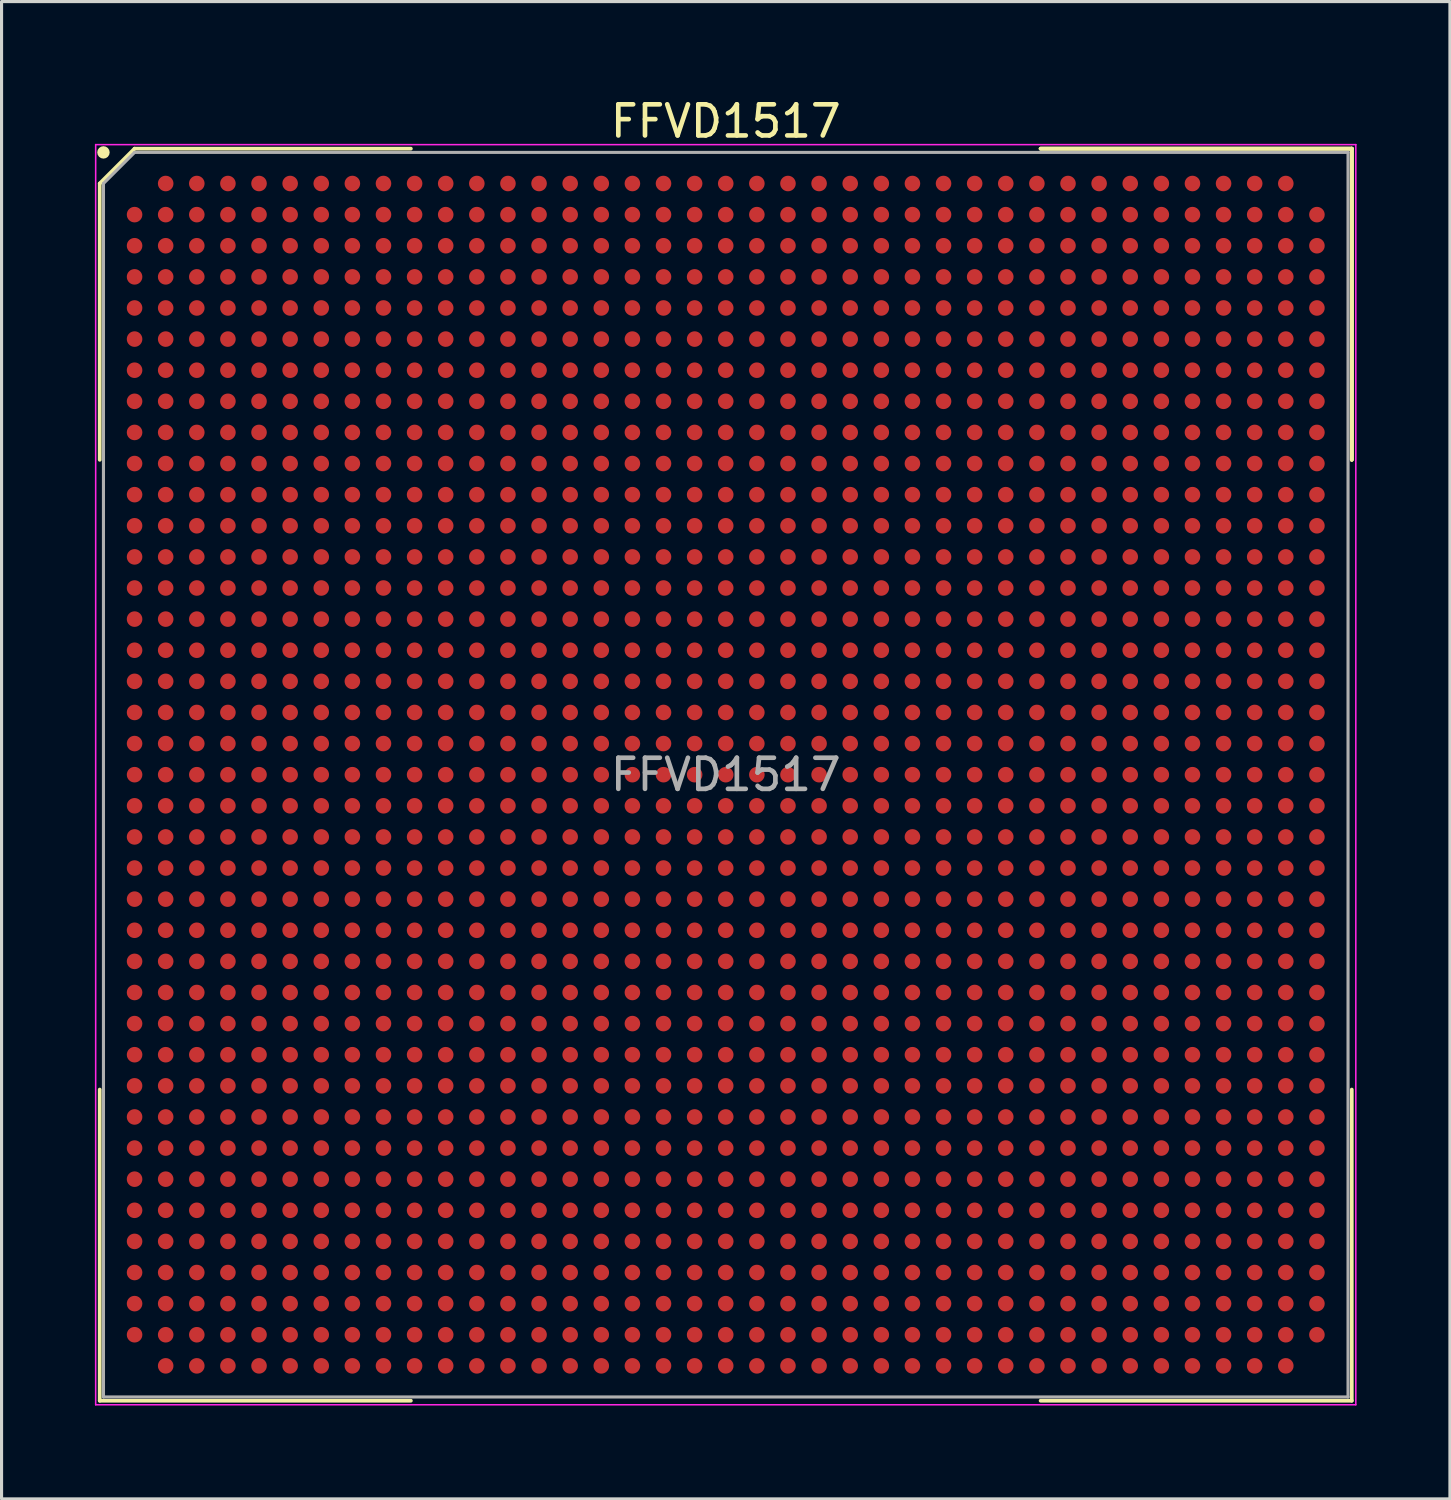
<source format=kicad_pcb>
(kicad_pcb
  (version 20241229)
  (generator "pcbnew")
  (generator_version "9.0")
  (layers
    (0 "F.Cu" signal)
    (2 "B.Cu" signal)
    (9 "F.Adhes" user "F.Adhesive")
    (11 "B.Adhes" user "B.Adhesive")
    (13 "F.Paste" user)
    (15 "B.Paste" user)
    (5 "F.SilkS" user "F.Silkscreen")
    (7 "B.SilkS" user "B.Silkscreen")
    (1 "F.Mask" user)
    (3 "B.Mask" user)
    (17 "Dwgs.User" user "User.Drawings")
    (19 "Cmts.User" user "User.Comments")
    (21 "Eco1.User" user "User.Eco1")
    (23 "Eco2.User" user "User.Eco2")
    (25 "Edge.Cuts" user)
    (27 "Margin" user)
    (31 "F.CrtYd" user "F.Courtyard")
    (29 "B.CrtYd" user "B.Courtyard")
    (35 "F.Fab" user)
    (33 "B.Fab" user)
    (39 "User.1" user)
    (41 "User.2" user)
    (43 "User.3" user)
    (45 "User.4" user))
  (footprint "FFVD1517"
    (layer "F.Cu")
    (at 20.275 21.848)
    (property "Reference" "FFVD1517" (at 0 -21 0) (layer "F.SilkS") (effects (font (size 1 1) (thickness 0.15))))
    (attr smd)
    (fp_line (start -20.12 -19) (end -20.12 -10.12) (stroke (width 0.12) (type solid)) (layer "F.SilkS"))
    (fp_line (start -20.12 20.12) (end -20.12 10.12) (stroke (width 0.12) (type solid)) (layer "F.SilkS"))
    (fp_line (start -19 -20.12) (end -20.12 -19) (stroke (width 0.12) (type solid)) (layer "F.SilkS"))
    (fp_line (start -10.12 -20.12) (end -19 -20.12) (stroke (width 0.12) (type solid)) (layer "F.SilkS"))
    (fp_line (start -10.12 20.12) (end -20.12 20.12) (stroke (width 0.12) (type solid)) (layer "F.SilkS"))
    (fp_line (start 10.12 -20.12) (end 20.12 -20.12) (stroke (width 0.12) (type solid)) (layer "F.SilkS"))
    (fp_line (start 10.12 -20.12) (end 20.12 -20.12) (stroke (width 0.12) (type solid)) (layer "F.SilkS"))
    (fp_line (start 10.12 -20.12) (end 20.12 -20.12) (stroke (width 0.12) (type solid)) (layer "F.SilkS"))
    (fp_line (start 10.12 20.12) (end 20.12 20.12) (stroke (width 0.12) (type solid)) (layer "F.SilkS"))
    (fp_line (start 20.12 -20.12) (end 20.12 -10.12) (stroke (width 0.12) (type solid)) (layer "F.SilkS"))
    (fp_line (start 20.12 -20.12) (end 20.12 -10.12) (stroke (width 0.12) (type solid)) (layer "F.SilkS"))
    (fp_line (start 20.12 -20.12) (end 20.12 -10.12) (stroke (width 0.12) (type solid)) (layer "F.SilkS"))
    (fp_line (start 20.12 20.12) (end 20.12 10.12) (stroke (width 0.12) (type solid)) (layer "F.SilkS"))
    (fp_circle (center -20 -20) (end -20 -19.9) (stroke (width 0.2) (type solid)) (fill no) (layer "F.SilkS"))
    (fp_line (start -20.25 -20.25) (end 20.25 -20.25) (stroke (width 0.05) (type solid)) (layer "F.CrtYd"))
    (fp_line (start -20.25 20.25) (end -20.25 -20.25) (stroke (width 0.05) (type solid)) (layer "F.CrtYd"))
    (fp_line (start 20.25 -20.25) (end 20.25 20.25) (stroke (width 0.05) (type solid)) (layer "F.CrtYd"))
    (fp_line (start 20.25 20.25) (end -20.25 20.25) (stroke (width 0.05) (type solid)) (layer "F.CrtYd"))
    (fp_line (start -20 -19) (end -20 20) (stroke (width 0.1) (type solid)) (layer "F.Fab"))
    (fp_line (start -20 20) (end 20 20) (stroke (width 0.1) (type solid)) (layer "F.Fab"))
    (fp_line (start -19 -20) (end -20 -19) (stroke (width 0.1) (type solid)) (layer "F.Fab"))
    (fp_line (start 20 -20) (end -19 -20) (stroke (width 0.1) (type solid)) (layer "F.Fab"))
    (fp_line (start 20 20) (end 20 -20) (stroke (width 0.1) (type solid)) (layer "F.Fab"))
    (fp_text user "${REFERENCE}" (at 0 0 0) (layer "F.Fab") (effects (font (size 1 1) (thickness 0.15))))
    (pad "A2" smd circle (at -18 -19) (size 0.5 0.5) (layers "F.Cu" "F.Mask" "F.Paste"))
    (pad "A3" smd circle (at -17 -19) (size 0.5 0.5) (layers "F.Cu" "F.Mask" "F.Paste"))
    (pad "A4" smd circle (at -16 -19) (size 0.5 0.5) (layers "F.Cu" "F.Mask" "F.Paste"))
    (pad "A5" smd circle (at -15 -19) (size 0.5 0.5) (layers "F.Cu" "F.Mask" "F.Paste"))
    (pad "A6" smd circle (at -14 -19) (size 0.5 0.5) (layers "F.Cu" "F.Mask" "F.Paste"))
    (pad "A7" smd circle (at -13 -19) (size 0.5 0.5) (layers "F.Cu" "F.Mask" "F.Paste"))
    (pad "A8" smd circle (at -12 -19) (size 0.5 0.5) (layers "F.Cu" "F.Mask" "F.Paste"))
    (pad "A9" smd circle (at -11 -19) (size 0.5 0.5) (layers "F.Cu" "F.Mask" "F.Paste"))
    (pad "A10" smd circle (at -10 -19) (size 0.5 0.5) (layers "F.Cu" "F.Mask" "F.Paste"))
    (pad "A11" smd circle (at -9 -19) (size 0.5 0.5) (layers "F.Cu" "F.Mask" "F.Paste"))
    (pad "A12" smd circle (at -8 -19) (size 0.5 0.5) (layers "F.Cu" "F.Mask" "F.Paste"))
    (pad "A13" smd circle (at -7 -19) (size 0.5 0.5) (layers "F.Cu" "F.Mask" "F.Paste"))
    (pad "A14" smd circle (at -6 -19) (size 0.5 0.5) (layers "F.Cu" "F.Mask" "F.Paste"))
    (pad "A15" smd circle (at -5 -19) (size 0.5 0.5) (layers "F.Cu" "F.Mask" "F.Paste"))
    (pad "A16" smd circle (at -4 -19) (size 0.5 0.5) (layers "F.Cu" "F.Mask" "F.Paste"))
    (pad "A17" smd circle (at -3 -19) (size 0.5 0.5) (layers "F.Cu" "F.Mask" "F.Paste"))
    (pad "A18" smd circle (at -2 -19) (size 0.5 0.5) (layers "F.Cu" "F.Mask" "F.Paste"))
    (pad "A19" smd circle (at -1 -19) (size 0.5 0.5) (layers "F.Cu" "F.Mask" "F.Paste"))
    (pad "A20" smd circle (at 0 -19) (size 0.5 0.5) (layers "F.Cu" "F.Mask" "F.Paste"))
    (pad "A21" smd circle (at 1 -19) (size 0.5 0.5) (layers "F.Cu" "F.Mask" "F.Paste"))
    (pad "A22" smd circle (at 2 -19) (size 0.5 0.5) (layers "F.Cu" "F.Mask" "F.Paste"))
    (pad "A23" smd circle (at 3 -19) (size 0.5 0.5) (layers "F.Cu" "F.Mask" "F.Paste"))
    (pad "A24" smd circle (at 4 -19) (size 0.5 0.5) (layers "F.Cu" "F.Mask" "F.Paste"))
    (pad "A25" smd circle (at 5 -19) (size 0.5 0.5) (layers "F.Cu" "F.Mask" "F.Paste"))
    (pad "A26" smd circle (at 6 -19) (size 0.5 0.5) (layers "F.Cu" "F.Mask" "F.Paste"))
    (pad "A27" smd circle (at 7 -19) (size 0.5 0.5) (layers "F.Cu" "F.Mask" "F.Paste"))
    (pad "A28" smd circle (at 8 -19) (size 0.5 0.5) (layers "F.Cu" "F.Mask" "F.Paste"))
    (pad "A29" smd circle (at 9 -19) (size 0.5 0.5) (layers "F.Cu" "F.Mask" "F.Paste"))
    (pad "A30" smd circle (at 10 -19) (size 0.5 0.5) (layers "F.Cu" "F.Mask" "F.Paste"))
    (pad "A31" smd circle (at 11 -19) (size 0.5 0.5) (layers "F.Cu" "F.Mask" "F.Paste"))
    (pad "A32" smd circle (at 12 -19) (size 0.5 0.5) (layers "F.Cu" "F.Mask" "F.Paste"))
    (pad "A33" smd circle (at 13 -19) (size 0.5 0.5) (layers "F.Cu" "F.Mask" "F.Paste"))
    (pad "A34" smd circle (at 14 -19) (size 0.5 0.5) (layers "F.Cu" "F.Mask" "F.Paste"))
    (pad "A35" smd circle (at 15 -19) (size 0.5 0.5) (layers "F.Cu" "F.Mask" "F.Paste"))
    (pad "A36" smd circle (at 16 -19) (size 0.5 0.5) (layers "F.Cu" "F.Mask" "F.Paste"))
    (pad "A37" smd circle (at 17 -19) (size 0.5 0.5) (layers "F.Cu" "F.Mask" "F.Paste"))
    (pad "A38" smd circle (at 18 -19) (size 0.5 0.5) (layers "F.Cu" "F.Mask" "F.Paste"))
    (pad "AA1" smd circle (at -19 1) (size 0.5 0.5) (layers "F.Cu" "F.Mask" "F.Paste"))
    (pad "AA2" smd circle (at -18 1) (size 0.5 0.5) (layers "F.Cu" "F.Mask" "F.Paste"))
    (pad "AA3" smd circle (at -17 1) (size 0.5 0.5) (layers "F.Cu" "F.Mask" "F.Paste"))
    (pad "AA4" smd circle (at -16 1) (size 0.5 0.5) (layers "F.Cu" "F.Mask" "F.Paste"))
    (pad "AA5" smd circle (at -15 1) (size 0.5 0.5) (layers "F.Cu" "F.Mask" "F.Paste"))
    (pad "AA6" smd circle (at -14 1) (size 0.5 0.5) (layers "F.Cu" "F.Mask" "F.Paste"))
    (pad "AA7" smd circle (at -13 1) (size 0.5 0.5) (layers "F.Cu" "F.Mask" "F.Paste"))
    (pad "AA8" smd circle (at -12 1) (size 0.5 0.5) (layers "F.Cu" "F.Mask" "F.Paste"))
    (pad "AA9" smd circle (at -11 1) (size 0.5 0.5) (layers "F.Cu" "F.Mask" "F.Paste"))
    (pad "AA10" smd circle (at -10 1) (size 0.5 0.5) (layers "F.Cu" "F.Mask" "F.Paste"))
    (pad "AA11" smd circle (at -9 1) (size 0.5 0.5) (layers "F.Cu" "F.Mask" "F.Paste"))
    (pad "AA12" smd circle (at -8 1) (size 0.5 0.5) (layers "F.Cu" "F.Mask" "F.Paste"))
    (pad "AA13" smd circle (at -7 1) (size 0.5 0.5) (layers "F.Cu" "F.Mask" "F.Paste"))
    (pad "AA14" smd circle (at -6 1) (size 0.5 0.5) (layers "F.Cu" "F.Mask" "F.Paste"))
    (pad "AA15" smd circle (at -5 1) (size 0.5 0.5) (layers "F.Cu" "F.Mask" "F.Paste"))
    (pad "AA16" smd circle (at -4 1) (size 0.5 0.5) (layers "F.Cu" "F.Mask" "F.Paste"))
    (pad "AA17" smd circle (at -3 1) (size 0.5 0.5) (layers "F.Cu" "F.Mask" "F.Paste"))
    (pad "AA18" smd circle (at -2 1) (size 0.5 0.5) (layers "F.Cu" "F.Mask" "F.Paste"))
    (pad "AA19" smd circle (at -1 1) (size 0.5 0.5) (layers "F.Cu" "F.Mask" "F.Paste"))
    (pad "AA20" smd circle (at 0 1) (size 0.5 0.5) (layers "F.Cu" "F.Mask" "F.Paste"))
    (pad "AA21" smd circle (at 1 1) (size 0.5 0.5) (layers "F.Cu" "F.Mask" "F.Paste"))
    (pad "AA22" smd circle (at 2 1) (size 0.5 0.5) (layers "F.Cu" "F.Mask" "F.Paste"))
    (pad "AA23" smd circle (at 3 1) (size 0.5 0.5) (layers "F.Cu" "F.Mask" "F.Paste"))
    (pad "AA24" smd circle (at 4 1) (size 0.5 0.5) (layers "F.Cu" "F.Mask" "F.Paste"))
    (pad "AA25" smd circle (at 5 1) (size 0.5 0.5) (layers "F.Cu" "F.Mask" "F.Paste"))
    (pad "AA26" smd circle (at 6 1) (size 0.5 0.5) (layers "F.Cu" "F.Mask" "F.Paste"))
    (pad "AA27" smd circle (at 7 1) (size 0.5 0.5) (layers "F.Cu" "F.Mask" "F.Paste"))
    (pad "AA28" smd circle (at 8 1) (size 0.5 0.5) (layers "F.Cu" "F.Mask" "F.Paste"))
    (pad "AA29" smd circle (at 9 1) (size 0.5 0.5) (layers "F.Cu" "F.Mask" "F.Paste"))
    (pad "AA30" smd circle (at 10 1) (size 0.5 0.5) (layers "F.Cu" "F.Mask" "F.Paste"))
    (pad "AA31" smd circle (at 11 1) (size 0.5 0.5) (layers "F.Cu" "F.Mask" "F.Paste"))
    (pad "AA32" smd circle (at 12 1) (size 0.5 0.5) (layers "F.Cu" "F.Mask" "F.Paste"))
    (pad "AA33" smd circle (at 13 1) (size 0.5 0.5) (layers "F.Cu" "F.Mask" "F.Paste"))
    (pad "AA34" smd circle (at 14 1) (size 0.5 0.5) (layers "F.Cu" "F.Mask" "F.Paste"))
    (pad "AA35" smd circle (at 15 1) (size 0.5 0.5) (layers "F.Cu" "F.Mask" "F.Paste"))
    (pad "AA36" smd circle (at 16 1) (size 0.5 0.5) (layers "F.Cu" "F.Mask" "F.Paste"))
    (pad "AA37" smd circle (at 17 1) (size 0.5 0.5) (layers "F.Cu" "F.Mask" "F.Paste"))
    (pad "AA38" smd circle (at 18 1) (size 0.5 0.5) (layers "F.Cu" "F.Mask" "F.Paste"))
    (pad "AA39" smd circle (at 19 1) (size 0.5 0.5) (layers "F.Cu" "F.Mask" "F.Paste"))
    (pad "AB1" smd circle (at -19 2) (size 0.5 0.5) (layers "F.Cu" "F.Mask" "F.Paste"))
    (pad "AB2" smd circle (at -18 2) (size 0.5 0.5) (layers "F.Cu" "F.Mask" "F.Paste"))
    (pad "AB3" smd circle (at -17 2) (size 0.5 0.5) (layers "F.Cu" "F.Mask" "F.Paste"))
    (pad "AB4" smd circle (at -16 2) (size 0.5 0.5) (layers "F.Cu" "F.Mask" "F.Paste"))
    (pad "AB5" smd circle (at -15 2) (size 0.5 0.5) (layers "F.Cu" "F.Mask" "F.Paste"))
    (pad "AB6" smd circle (at -14 2) (size 0.5 0.5) (layers "F.Cu" "F.Mask" "F.Paste"))
    (pad "AB7" smd circle (at -13 2) (size 0.5 0.5) (layers "F.Cu" "F.Mask" "F.Paste"))
    (pad "AB8" smd circle (at -12 2) (size 0.5 0.5) (layers "F.Cu" "F.Mask" "F.Paste"))
    (pad "AB9" smd circle (at -11 2) (size 0.5 0.5) (layers "F.Cu" "F.Mask" "F.Paste"))
    (pad "AB10" smd circle (at -10 2) (size 0.5 0.5) (layers "F.Cu" "F.Mask" "F.Paste"))
    (pad "AB11" smd circle (at -9 2) (size 0.5 0.5) (layers "F.Cu" "F.Mask" "F.Paste"))
    (pad "AB12" smd circle (at -8 2) (size 0.5 0.5) (layers "F.Cu" "F.Mask" "F.Paste"))
    (pad "AB13" smd circle (at -7 2) (size 0.5 0.5) (layers "F.Cu" "F.Mask" "F.Paste"))
    (pad "AB14" smd circle (at -6 2) (size 0.5 0.5) (layers "F.Cu" "F.Mask" "F.Paste"))
    (pad "AB15" smd circle (at -5 2) (size 0.5 0.5) (layers "F.Cu" "F.Mask" "F.Paste"))
    (pad "AB16" smd circle (at -4 2) (size 0.5 0.5) (layers "F.Cu" "F.Mask" "F.Paste"))
    (pad "AB17" smd circle (at -3 2) (size 0.5 0.5) (layers "F.Cu" "F.Mask" "F.Paste"))
    (pad "AB18" smd circle (at -2 2) (size 0.5 0.5) (layers "F.Cu" "F.Mask" "F.Paste"))
    (pad "AB19" smd circle (at -1 2) (size 0.5 0.5) (layers "F.Cu" "F.Mask" "F.Paste"))
    (pad "AB20" smd circle (at 0 2) (size 0.5 0.5) (layers "F.Cu" "F.Mask" "F.Paste"))
    (pad "AB21" smd circle (at 1 2) (size 0.5 0.5) (layers "F.Cu" "F.Mask" "F.Paste"))
    (pad "AB22" smd circle (at 2 2) (size 0.5 0.5) (layers "F.Cu" "F.Mask" "F.Paste"))
    (pad "AB23" smd circle (at 3 2) (size 0.5 0.5) (layers "F.Cu" "F.Mask" "F.Paste"))
    (pad "AB24" smd circle (at 4 2) (size 0.5 0.5) (layers "F.Cu" "F.Mask" "F.Paste"))
    (pad "AB25" smd circle (at 5 2) (size 0.5 0.5) (layers "F.Cu" "F.Mask" "F.Paste"))
    (pad "AB26" smd circle (at 6 2) (size 0.5 0.5) (layers "F.Cu" "F.Mask" "F.Paste"))
    (pad "AB27" smd circle (at 7 2) (size 0.5 0.5) (layers "F.Cu" "F.Mask" "F.Paste"))
    (pad "AB28" smd circle (at 8 2) (size 0.5 0.5) (layers "F.Cu" "F.Mask" "F.Paste"))
    (pad "AB29" smd circle (at 9 2) (size 0.5 0.5) (layers "F.Cu" "F.Mask" "F.Paste"))
    (pad "AB30" smd circle (at 10 2) (size 0.5 0.5) (layers "F.Cu" "F.Mask" "F.Paste"))
    (pad "AB31" smd circle (at 11 2) (size 0.5 0.5) (layers "F.Cu" "F.Mask" "F.Paste"))
    (pad "AB32" smd circle (at 12 2) (size 0.5 0.5) (layers "F.Cu" "F.Mask" "F.Paste"))
    (pad "AB33" smd circle (at 13 2) (size 0.5 0.5) (layers "F.Cu" "F.Mask" "F.Paste"))
    (pad "AB34" smd circle (at 14 2) (size 0.5 0.5) (layers "F.Cu" "F.Mask" "F.Paste"))
    (pad "AB35" smd circle (at 15 2) (size 0.5 0.5) (layers "F.Cu" "F.Mask" "F.Paste"))
    (pad "AB36" smd circle (at 16 2) (size 0.5 0.5) (layers "F.Cu" "F.Mask" "F.Paste"))
    (pad "AB37" smd circle (at 17 2) (size 0.5 0.5) (layers "F.Cu" "F.Mask" "F.Paste"))
    (pad "AB38" smd circle (at 18 2) (size 0.5 0.5) (layers "F.Cu" "F.Mask" "F.Paste"))
    (pad "AB39" smd circle (at 19 2) (size 0.5 0.5) (layers "F.Cu" "F.Mask" "F.Paste"))
    (pad "AC1" smd circle (at -19 3) (size 0.5 0.5) (layers "F.Cu" "F.Mask" "F.Paste"))
    (pad "AC2" smd circle (at -18 3) (size 0.5 0.5) (layers "F.Cu" "F.Mask" "F.Paste"))
    (pad "AC3" smd circle (at -17 3) (size 0.5 0.5) (layers "F.Cu" "F.Mask" "F.Paste"))
    (pad "AC4" smd circle (at -16 3) (size 0.5 0.5) (layers "F.Cu" "F.Mask" "F.Paste"))
    (pad "AC5" smd circle (at -15 3) (size 0.5 0.5) (layers "F.Cu" "F.Mask" "F.Paste"))
    (pad "AC6" smd circle (at -14 3) (size 0.5 0.5) (layers "F.Cu" "F.Mask" "F.Paste"))
    (pad "AC7" smd circle (at -13 3) (size 0.5 0.5) (layers "F.Cu" "F.Mask" "F.Paste"))
    (pad "AC8" smd circle (at -12 3) (size 0.5 0.5) (layers "F.Cu" "F.Mask" "F.Paste"))
    (pad "AC9" smd circle (at -11 3) (size 0.5 0.5) (layers "F.Cu" "F.Mask" "F.Paste"))
    (pad "AC10" smd circle (at -10 3) (size 0.5 0.5) (layers "F.Cu" "F.Mask" "F.Paste"))
    (pad "AC11" smd circle (at -9 3) (size 0.5 0.5) (layers "F.Cu" "F.Mask" "F.Paste"))
    (pad "AC12" smd circle (at -8 3) (size 0.5 0.5) (layers "F.Cu" "F.Mask" "F.Paste"))
    (pad "AC13" smd circle (at -7 3) (size 0.5 0.5) (layers "F.Cu" "F.Mask" "F.Paste"))
    (pad "AC14" smd circle (at -6 3) (size 0.5 0.5) (layers "F.Cu" "F.Mask" "F.Paste"))
    (pad "AC15" smd circle (at -5 3) (size 0.5 0.5) (layers "F.Cu" "F.Mask" "F.Paste"))
    (pad "AC16" smd circle (at -4 3) (size 0.5 0.5) (layers "F.Cu" "F.Mask" "F.Paste"))
    (pad "AC17" smd circle (at -3 3) (size 0.5 0.5) (layers "F.Cu" "F.Mask" "F.Paste"))
    (pad "AC18" smd circle (at -2 3) (size 0.5 0.5) (layers "F.Cu" "F.Mask" "F.Paste"))
    (pad "AC19" smd circle (at -1 3) (size 0.5 0.5) (layers "F.Cu" "F.Mask" "F.Paste"))
    (pad "AC20" smd circle (at 0 3) (size 0.5 0.5) (layers "F.Cu" "F.Mask" "F.Paste"))
    (pad "AC21" smd circle (at 1 3) (size 0.5 0.5) (layers "F.Cu" "F.Mask" "F.Paste"))
    (pad "AC22" smd circle (at 2 3) (size 0.5 0.5) (layers "F.Cu" "F.Mask" "F.Paste"))
    (pad "AC23" smd circle (at 3 3) (size 0.5 0.5) (layers "F.Cu" "F.Mask" "F.Paste"))
    (pad "AC24" smd circle (at 4 3) (size 0.5 0.5) (layers "F.Cu" "F.Mask" "F.Paste"))
    (pad "AC25" smd circle (at 5 3) (size 0.5 0.5) (layers "F.Cu" "F.Mask" "F.Paste"))
    (pad "AC26" smd circle (at 6 3) (size 0.5 0.5) (layers "F.Cu" "F.Mask" "F.Paste"))
    (pad "AC27" smd circle (at 7 3) (size 0.5 0.5) (layers "F.Cu" "F.Mask" "F.Paste"))
    (pad "AC28" smd circle (at 8 3) (size 0.5 0.5) (layers "F.Cu" "F.Mask" "F.Paste"))
    (pad "AC29" smd circle (at 9 3) (size 0.5 0.5) (layers "F.Cu" "F.Mask" "F.Paste"))
    (pad "AC30" smd circle (at 10 3) (size 0.5 0.5) (layers "F.Cu" "F.Mask" "F.Paste"))
    (pad "AC31" smd circle (at 11 3) (size 0.5 0.5) (layers "F.Cu" "F.Mask" "F.Paste"))
    (pad "AC32" smd circle (at 12 3) (size 0.5 0.5) (layers "F.Cu" "F.Mask" "F.Paste"))
    (pad "AC33" smd circle (at 13 3) (size 0.5 0.5) (layers "F.Cu" "F.Mask" "F.Paste"))
    (pad "AC34" smd circle (at 14 3) (size 0.5 0.5) (layers "F.Cu" "F.Mask" "F.Paste"))
    (pad "AC35" smd circle (at 15 3) (size 0.5 0.5) (layers "F.Cu" "F.Mask" "F.Paste"))
    (pad "AC36" smd circle (at 16 3) (size 0.5 0.5) (layers "F.Cu" "F.Mask" "F.Paste"))
    (pad "AC37" smd circle (at 17 3) (size 0.5 0.5) (layers "F.Cu" "F.Mask" "F.Paste"))
    (pad "AC38" smd circle (at 18 3) (size 0.5 0.5) (layers "F.Cu" "F.Mask" "F.Paste"))
    (pad "AC39" smd circle (at 19 3) (size 0.5 0.5) (layers "F.Cu" "F.Mask" "F.Paste"))
    (pad "AD1" smd circle (at -19 4) (size 0.5 0.5) (layers "F.Cu" "F.Mask" "F.Paste"))
    (pad "AD2" smd circle (at -18 4) (size 0.5 0.5) (layers "F.Cu" "F.Mask" "F.Paste"))
    (pad "AD3" smd circle (at -17 4) (size 0.5 0.5) (layers "F.Cu" "F.Mask" "F.Paste"))
    (pad "AD4" smd circle (at -16 4) (size 0.5 0.5) (layers "F.Cu" "F.Mask" "F.Paste"))
    (pad "AD5" smd circle (at -15 4) (size 0.5 0.5) (layers "F.Cu" "F.Mask" "F.Paste"))
    (pad "AD6" smd circle (at -14 4) (size 0.5 0.5) (layers "F.Cu" "F.Mask" "F.Paste"))
    (pad "AD7" smd circle (at -13 4) (size 0.5 0.5) (layers "F.Cu" "F.Mask" "F.Paste"))
    (pad "AD8" smd circle (at -12 4) (size 0.5 0.5) (layers "F.Cu" "F.Mask" "F.Paste"))
    (pad "AD9" smd circle (at -11 4) (size 0.5 0.5) (layers "F.Cu" "F.Mask" "F.Paste"))
    (pad "AD10" smd circle (at -10 4) (size 0.5 0.5) (layers "F.Cu" "F.Mask" "F.Paste"))
    (pad "AD11" smd circle (at -9 4) (size 0.5 0.5) (layers "F.Cu" "F.Mask" "F.Paste"))
    (pad "AD12" smd circle (at -8 4) (size 0.5 0.5) (layers "F.Cu" "F.Mask" "F.Paste"))
    (pad "AD13" smd circle (at -7 4) (size 0.5 0.5) (layers "F.Cu" "F.Mask" "F.Paste"))
    (pad "AD14" smd circle (at -6 4) (size 0.5 0.5) (layers "F.Cu" "F.Mask" "F.Paste"))
    (pad "AD15" smd circle (at -5 4) (size 0.5 0.5) (layers "F.Cu" "F.Mask" "F.Paste"))
    (pad "AD16" smd circle (at -4 4) (size 0.5 0.5) (layers "F.Cu" "F.Mask" "F.Paste"))
    (pad "AD17" smd circle (at -3 4) (size 0.5 0.5) (layers "F.Cu" "F.Mask" "F.Paste"))
    (pad "AD18" smd circle (at -2 4) (size 0.5 0.5) (layers "F.Cu" "F.Mask" "F.Paste"))
    (pad "AD19" smd circle (at -1 4) (size 0.5 0.5) (layers "F.Cu" "F.Mask" "F.Paste"))
    (pad "AD20" smd circle (at 0 4) (size 0.5 0.5) (layers "F.Cu" "F.Mask" "F.Paste"))
    (pad "AD21" smd circle (at 1 4) (size 0.5 0.5) (layers "F.Cu" "F.Mask" "F.Paste"))
    (pad "AD22" smd circle (at 2 4) (size 0.5 0.5) (layers "F.Cu" "F.Mask" "F.Paste"))
    (pad "AD23" smd circle (at 3 4) (size 0.5 0.5) (layers "F.Cu" "F.Mask" "F.Paste"))
    (pad "AD24" smd circle (at 4 4) (size 0.5 0.5) (layers "F.Cu" "F.Mask" "F.Paste"))
    (pad "AD25" smd circle (at 5 4) (size 0.5 0.5) (layers "F.Cu" "F.Mask" "F.Paste"))
    (pad "AD26" smd circle (at 6 4) (size 0.5 0.5) (layers "F.Cu" "F.Mask" "F.Paste"))
    (pad "AD27" smd circle (at 7 4) (size 0.5 0.5) (layers "F.Cu" "F.Mask" "F.Paste"))
    (pad "AD28" smd circle (at 8 4) (size 0.5 0.5) (layers "F.Cu" "F.Mask" "F.Paste"))
    (pad "AD29" smd circle (at 9 4) (size 0.5 0.5) (layers "F.Cu" "F.Mask" "F.Paste"))
    (pad "AD30" smd circle (at 10 4) (size 0.5 0.5) (layers "F.Cu" "F.Mask" "F.Paste"))
    (pad "AD31" smd circle (at 11 4) (size 0.5 0.5) (layers "F.Cu" "F.Mask" "F.Paste"))
    (pad "AD32" smd circle (at 12 4) (size 0.5 0.5) (layers "F.Cu" "F.Mask" "F.Paste"))
    (pad "AD33" smd circle (at 13 4) (size 0.5 0.5) (layers "F.Cu" "F.Mask" "F.Paste"))
    (pad "AD34" smd circle (at 14 4) (size 0.5 0.5) (layers "F.Cu" "F.Mask" "F.Paste"))
    (pad "AD35" smd circle (at 15 4) (size 0.5 0.5) (layers "F.Cu" "F.Mask" "F.Paste"))
    (pad "AD36" smd circle (at 16 4) (size 0.5 0.5) (layers "F.Cu" "F.Mask" "F.Paste"))
    (pad "AD37" smd circle (at 17 4) (size 0.5 0.5) (layers "F.Cu" "F.Mask" "F.Paste"))
    (pad "AD38" smd circle (at 18 4) (size 0.5 0.5) (layers "F.Cu" "F.Mask" "F.Paste"))
    (pad "AD39" smd circle (at 19 4) (size 0.5 0.5) (layers "F.Cu" "F.Mask" "F.Paste"))
    (pad "AE1" smd circle (at -19 5) (size 0.5 0.5) (layers "F.Cu" "F.Mask" "F.Paste"))
    (pad "AE2" smd circle (at -18 5) (size 0.5 0.5) (layers "F.Cu" "F.Mask" "F.Paste"))
    (pad "AE3" smd circle (at -17 5) (size 0.5 0.5) (layers "F.Cu" "F.Mask" "F.Paste"))
    (pad "AE4" smd circle (at -16 5) (size 0.5 0.5) (layers "F.Cu" "F.Mask" "F.Paste"))
    (pad "AE5" smd circle (at -15 5) (size 0.5 0.5) (layers "F.Cu" "F.Mask" "F.Paste"))
    (pad "AE6" smd circle (at -14 5) (size 0.5 0.5) (layers "F.Cu" "F.Mask" "F.Paste"))
    (pad "AE7" smd circle (at -13 5) (size 0.5 0.5) (layers "F.Cu" "F.Mask" "F.Paste"))
    (pad "AE8" smd circle (at -12 5) (size 0.5 0.5) (layers "F.Cu" "F.Mask" "F.Paste"))
    (pad "AE9" smd circle (at -11 5) (size 0.5 0.5) (layers "F.Cu" "F.Mask" "F.Paste"))
    (pad "AE10" smd circle (at -10 5) (size 0.5 0.5) (layers "F.Cu" "F.Mask" "F.Paste"))
    (pad "AE11" smd circle (at -9 5) (size 0.5 0.5) (layers "F.Cu" "F.Mask" "F.Paste"))
    (pad "AE12" smd circle (at -8 5) (size 0.5 0.5) (layers "F.Cu" "F.Mask" "F.Paste"))
    (pad "AE13" smd circle (at -7 5) (size 0.5 0.5) (layers "F.Cu" "F.Mask" "F.Paste"))
    (pad "AE14" smd circle (at -6 5) (size 0.5 0.5) (layers "F.Cu" "F.Mask" "F.Paste"))
    (pad "AE15" smd circle (at -5 5) (size 0.5 0.5) (layers "F.Cu" "F.Mask" "F.Paste"))
    (pad "AE16" smd circle (at -4 5) (size 0.5 0.5) (layers "F.Cu" "F.Mask" "F.Paste"))
    (pad "AE17" smd circle (at -3 5) (size 0.5 0.5) (layers "F.Cu" "F.Mask" "F.Paste"))
    (pad "AE18" smd circle (at -2 5) (size 0.5 0.5) (layers "F.Cu" "F.Mask" "F.Paste"))
    (pad "AE19" smd circle (at -1 5) (size 0.5 0.5) (layers "F.Cu" "F.Mask" "F.Paste"))
    (pad "AE20" smd circle (at 0 5) (size 0.5 0.5) (layers "F.Cu" "F.Mask" "F.Paste"))
    (pad "AE21" smd circle (at 1 5) (size 0.5 0.5) (layers "F.Cu" "F.Mask" "F.Paste"))
    (pad "AE22" smd circle (at 2 5) (size 0.5 0.5) (layers "F.Cu" "F.Mask" "F.Paste"))
    (pad "AE23" smd circle (at 3 5) (size 0.5 0.5) (layers "F.Cu" "F.Mask" "F.Paste"))
    (pad "AE24" smd circle (at 4 5) (size 0.5 0.5) (layers "F.Cu" "F.Mask" "F.Paste"))
    (pad "AE25" smd circle (at 5 5) (size 0.5 0.5) (layers "F.Cu" "F.Mask" "F.Paste"))
    (pad "AE26" smd circle (at 6 5) (size 0.5 0.5) (layers "F.Cu" "F.Mask" "F.Paste"))
    (pad "AE27" smd circle (at 7 5) (size 0.5 0.5) (layers "F.Cu" "F.Mask" "F.Paste"))
    (pad "AE28" smd circle (at 8 5) (size 0.5 0.5) (layers "F.Cu" "F.Mask" "F.Paste"))
    (pad "AE29" smd circle (at 9 5) (size 0.5 0.5) (layers "F.Cu" "F.Mask" "F.Paste"))
    (pad "AE30" smd circle (at 10 5) (size 0.5 0.5) (layers "F.Cu" "F.Mask" "F.Paste"))
    (pad "AE31" smd circle (at 11 5) (size 0.5 0.5) (layers "F.Cu" "F.Mask" "F.Paste"))
    (pad "AE32" smd circle (at 12 5) (size 0.5 0.5) (layers "F.Cu" "F.Mask" "F.Paste"))
    (pad "AE33" smd circle (at 13 5) (size 0.5 0.5) (layers "F.Cu" "F.Mask" "F.Paste"))
    (pad "AE34" smd circle (at 14 5) (size 0.5 0.5) (layers "F.Cu" "F.Mask" "F.Paste"))
    (pad "AE35" smd circle (at 15 5) (size 0.5 0.5) (layers "F.Cu" "F.Mask" "F.Paste"))
    (pad "AE36" smd circle (at 16 5) (size 0.5 0.5) (layers "F.Cu" "F.Mask" "F.Paste"))
    (pad "AE37" smd circle (at 17 5) (size 0.5 0.5) (layers "F.Cu" "F.Mask" "F.Paste"))
    (pad "AE38" smd circle (at 18 5) (size 0.5 0.5) (layers "F.Cu" "F.Mask" "F.Paste"))
    (pad "AE39" smd circle (at 19 5) (size 0.5 0.5) (layers "F.Cu" "F.Mask" "F.Paste"))
    (pad "AF1" smd circle (at -19 6) (size 0.5 0.5) (layers "F.Cu" "F.Mask" "F.Paste"))
    (pad "AF2" smd circle (at -18 6) (size 0.5 0.5) (layers "F.Cu" "F.Mask" "F.Paste"))
    (pad "AF3" smd circle (at -17 6) (size 0.5 0.5) (layers "F.Cu" "F.Mask" "F.Paste"))
    (pad "AF4" smd circle (at -16 6) (size 0.5 0.5) (layers "F.Cu" "F.Mask" "F.Paste"))
    (pad "AF5" smd circle (at -15 6) (size 0.5 0.5) (layers "F.Cu" "F.Mask" "F.Paste"))
    (pad "AF6" smd circle (at -14 6) (size 0.5 0.5) (layers "F.Cu" "F.Mask" "F.Paste"))
    (pad "AF7" smd circle (at -13 6) (size 0.5 0.5) (layers "F.Cu" "F.Mask" "F.Paste"))
    (pad "AF8" smd circle (at -12 6) (size 0.5 0.5) (layers "F.Cu" "F.Mask" "F.Paste"))
    (pad "AF9" smd circle (at -11 6) (size 0.5 0.5) (layers "F.Cu" "F.Mask" "F.Paste"))
    (pad "AF10" smd circle (at -10 6) (size 0.5 0.5) (layers "F.Cu" "F.Mask" "F.Paste"))
    (pad "AF11" smd circle (at -9 6) (size 0.5 0.5) (layers "F.Cu" "F.Mask" "F.Paste"))
    (pad "AF12" smd circle (at -8 6) (size 0.5 0.5) (layers "F.Cu" "F.Mask" "F.Paste"))
    (pad "AF13" smd circle (at -7 6) (size 0.5 0.5) (layers "F.Cu" "F.Mask" "F.Paste"))
    (pad "AF14" smd circle (at -6 6) (size 0.5 0.5) (layers "F.Cu" "F.Mask" "F.Paste"))
    (pad "AF15" smd circle (at -5 6) (size 0.5 0.5) (layers "F.Cu" "F.Mask" "F.Paste"))
    (pad "AF16" smd circle (at -4 6) (size 0.5 0.5) (layers "F.Cu" "F.Mask" "F.Paste"))
    (pad "AF17" smd circle (at -3 6) (size 0.5 0.5) (layers "F.Cu" "F.Mask" "F.Paste"))
    (pad "AF18" smd circle (at -2 6) (size 0.5 0.5) (layers "F.Cu" "F.Mask" "F.Paste"))
    (pad "AF19" smd circle (at -1 6) (size 0.5 0.5) (layers "F.Cu" "F.Mask" "F.Paste"))
    (pad "AF20" smd circle (at 0 6) (size 0.5 0.5) (layers "F.Cu" "F.Mask" "F.Paste"))
    (pad "AF21" smd circle (at 1 6) (size 0.5 0.5) (layers "F.Cu" "F.Mask" "F.Paste"))
    (pad "AF22" smd circle (at 2 6) (size 0.5 0.5) (layers "F.Cu" "F.Mask" "F.Paste"))
    (pad "AF23" smd circle (at 3 6) (size 0.5 0.5) (layers "F.Cu" "F.Mask" "F.Paste"))
    (pad "AF24" smd circle (at 4 6) (size 0.5 0.5) (layers "F.Cu" "F.Mask" "F.Paste"))
    (pad "AF25" smd circle (at 5 6) (size 0.5 0.5) (layers "F.Cu" "F.Mask" "F.Paste"))
    (pad "AF26" smd circle (at 6 6) (size 0.5 0.5) (layers "F.Cu" "F.Mask" "F.Paste"))
    (pad "AF27" smd circle (at 7 6) (size 0.5 0.5) (layers "F.Cu" "F.Mask" "F.Paste"))
    (pad "AF28" smd circle (at 8 6) (size 0.5 0.5) (layers "F.Cu" "F.Mask" "F.Paste"))
    (pad "AF29" smd circle (at 9 6) (size 0.5 0.5) (layers "F.Cu" "F.Mask" "F.Paste"))
    (pad "AF30" smd circle (at 10 6) (size 0.5 0.5) (layers "F.Cu" "F.Mask" "F.Paste"))
    (pad "AF31" smd circle (at 11 6) (size 0.5 0.5) (layers "F.Cu" "F.Mask" "F.Paste"))
    (pad "AF32" smd circle (at 12 6) (size 0.5 0.5) (layers "F.Cu" "F.Mask" "F.Paste"))
    (pad "AF33" smd circle (at 13 6) (size 0.5 0.5) (layers "F.Cu" "F.Mask" "F.Paste"))
    (pad "AF34" smd circle (at 14 6) (size 0.5 0.5) (layers "F.Cu" "F.Mask" "F.Paste"))
    (pad "AF35" smd circle (at 15 6) (size 0.5 0.5) (layers "F.Cu" "F.Mask" "F.Paste"))
    (pad "AF36" smd circle (at 16 6) (size 0.5 0.5) (layers "F.Cu" "F.Mask" "F.Paste"))
    (pad "AF37" smd circle (at 17 6) (size 0.5 0.5) (layers "F.Cu" "F.Mask" "F.Paste"))
    (pad "AF38" smd circle (at 18 6) (size 0.5 0.5) (layers "F.Cu" "F.Mask" "F.Paste"))
    (pad "AF39" smd circle (at 19 6) (size 0.5 0.5) (layers "F.Cu" "F.Mask" "F.Paste"))
    (pad "AG1" smd circle (at -19 7) (size 0.5 0.5) (layers "F.Cu" "F.Mask" "F.Paste"))
    (pad "AG2" smd circle (at -18 7) (size 0.5 0.5) (layers "F.Cu" "F.Mask" "F.Paste"))
    (pad "AG3" smd circle (at -17 7) (size 0.5 0.5) (layers "F.Cu" "F.Mask" "F.Paste"))
    (pad "AG4" smd circle (at -16 7) (size 0.5 0.5) (layers "F.Cu" "F.Mask" "F.Paste"))
    (pad "AG5" smd circle (at -15 7) (size 0.5 0.5) (layers "F.Cu" "F.Mask" "F.Paste"))
    (pad "AG6" smd circle (at -14 7) (size 0.5 0.5) (layers "F.Cu" "F.Mask" "F.Paste"))
    (pad "AG7" smd circle (at -13 7) (size 0.5 0.5) (layers "F.Cu" "F.Mask" "F.Paste"))
    (pad "AG8" smd circle (at -12 7) (size 0.5 0.5) (layers "F.Cu" "F.Mask" "F.Paste"))
    (pad "AG9" smd circle (at -11 7) (size 0.5 0.5) (layers "F.Cu" "F.Mask" "F.Paste"))
    (pad "AG10" smd circle (at -10 7) (size 0.5 0.5) (layers "F.Cu" "F.Mask" "F.Paste"))
    (pad "AG11" smd circle (at -9 7) (size 0.5 0.5) (layers "F.Cu" "F.Mask" "F.Paste"))
    (pad "AG12" smd circle (at -8 7) (size 0.5 0.5) (layers "F.Cu" "F.Mask" "F.Paste"))
    (pad "AG13" smd circle (at -7 7) (size 0.5 0.5) (layers "F.Cu" "F.Mask" "F.Paste"))
    (pad "AG14" smd circle (at -6 7) (size 0.5 0.5) (layers "F.Cu" "F.Mask" "F.Paste"))
    (pad "AG15" smd circle (at -5 7) (size 0.5 0.5) (layers "F.Cu" "F.Mask" "F.Paste"))
    (pad "AG16" smd circle (at -4 7) (size 0.5 0.5) (layers "F.Cu" "F.Mask" "F.Paste"))
    (pad "AG17" smd circle (at -3 7) (size 0.5 0.5) (layers "F.Cu" "F.Mask" "F.Paste"))
    (pad "AG18" smd circle (at -2 7) (size 0.5 0.5) (layers "F.Cu" "F.Mask" "F.Paste"))
    (pad "AG19" smd circle (at -1 7) (size 0.5 0.5) (layers "F.Cu" "F.Mask" "F.Paste"))
    (pad "AG20" smd circle (at 0 7) (size 0.5 0.5) (layers "F.Cu" "F.Mask" "F.Paste"))
    (pad "AG21" smd circle (at 1 7) (size 0.5 0.5) (layers "F.Cu" "F.Mask" "F.Paste"))
    (pad "AG22" smd circle (at 2 7) (size 0.5 0.5) (layers "F.Cu" "F.Mask" "F.Paste"))
    (pad "AG23" smd circle (at 3 7) (size 0.5 0.5) (layers "F.Cu" "F.Mask" "F.Paste"))
    (pad "AG24" smd circle (at 4 7) (size 0.5 0.5) (layers "F.Cu" "F.Mask" "F.Paste"))
    (pad "AG25" smd circle (at 5 7) (size 0.5 0.5) (layers "F.Cu" "F.Mask" "F.Paste"))
    (pad "AG26" smd circle (at 6 7) (size 0.5 0.5) (layers "F.Cu" "F.Mask" "F.Paste"))
    (pad "AG27" smd circle (at 7 7) (size 0.5 0.5) (layers "F.Cu" "F.Mask" "F.Paste"))
    (pad "AG28" smd circle (at 8 7) (size 0.5 0.5) (layers "F.Cu" "F.Mask" "F.Paste"))
    (pad "AG29" smd circle (at 9 7) (size 0.5 0.5) (layers "F.Cu" "F.Mask" "F.Paste"))
    (pad "AG30" smd circle (at 10 7) (size 0.5 0.5) (layers "F.Cu" "F.Mask" "F.Paste"))
    (pad "AG31" smd circle (at 11 7) (size 0.5 0.5) (layers "F.Cu" "F.Mask" "F.Paste"))
    (pad "AG32" smd circle (at 12 7) (size 0.5 0.5) (layers "F.Cu" "F.Mask" "F.Paste"))
    (pad "AG33" smd circle (at 13 7) (size 0.5 0.5) (layers "F.Cu" "F.Mask" "F.Paste"))
    (pad "AG34" smd circle (at 14 7) (size 0.5 0.5) (layers "F.Cu" "F.Mask" "F.Paste"))
    (pad "AG35" smd circle (at 15 7) (size 0.5 0.5) (layers "F.Cu" "F.Mask" "F.Paste"))
    (pad "AG36" smd circle (at 16 7) (size 0.5 0.5) (layers "F.Cu" "F.Mask" "F.Paste"))
    (pad "AG37" smd circle (at 17 7) (size 0.5 0.5) (layers "F.Cu" "F.Mask" "F.Paste"))
    (pad "AG38" smd circle (at 18 7) (size 0.5 0.5) (layers "F.Cu" "F.Mask" "F.Paste"))
    (pad "AG39" smd circle (at 19 7) (size 0.5 0.5) (layers "F.Cu" "F.Mask" "F.Paste"))
    (pad "AH1" smd circle (at -19 8) (size 0.5 0.5) (layers "F.Cu" "F.Mask" "F.Paste"))
    (pad "AH2" smd circle (at -18 8) (size 0.5 0.5) (layers "F.Cu" "F.Mask" "F.Paste"))
    (pad "AH3" smd circle (at -17 8) (size 0.5 0.5) (layers "F.Cu" "F.Mask" "F.Paste"))
    (pad "AH4" smd circle (at -16 8) (size 0.5 0.5) (layers "F.Cu" "F.Mask" "F.Paste"))
    (pad "AH5" smd circle (at -15 8) (size 0.5 0.5) (layers "F.Cu" "F.Mask" "F.Paste"))
    (pad "AH6" smd circle (at -14 8) (size 0.5 0.5) (layers "F.Cu" "F.Mask" "F.Paste"))
    (pad "AH7" smd circle (at -13 8) (size 0.5 0.5) (layers "F.Cu" "F.Mask" "F.Paste"))
    (pad "AH8" smd circle (at -12 8) (size 0.5 0.5) (layers "F.Cu" "F.Mask" "F.Paste"))
    (pad "AH9" smd circle (at -11 8) (size 0.5 0.5) (layers "F.Cu" "F.Mask" "F.Paste"))
    (pad "AH10" smd circle (at -10 8) (size 0.5 0.5) (layers "F.Cu" "F.Mask" "F.Paste"))
    (pad "AH11" smd circle (at -9 8) (size 0.5 0.5) (layers "F.Cu" "F.Mask" "F.Paste"))
    (pad "AH12" smd circle (at -8 8) (size 0.5 0.5) (layers "F.Cu" "F.Mask" "F.Paste"))
    (pad "AH13" smd circle (at -7 8) (size 0.5 0.5) (layers "F.Cu" "F.Mask" "F.Paste"))
    (pad "AH14" smd circle (at -6 8) (size 0.5 0.5) (layers "F.Cu" "F.Mask" "F.Paste"))
    (pad "AH15" smd circle (at -5 8) (size 0.5 0.5) (layers "F.Cu" "F.Mask" "F.Paste"))
    (pad "AH16" smd circle (at -4 8) (size 0.5 0.5) (layers "F.Cu" "F.Mask" "F.Paste"))
    (pad "AH17" smd circle (at -3 8) (size 0.5 0.5) (layers "F.Cu" "F.Mask" "F.Paste"))
    (pad "AH18" smd circle (at -2 8) (size 0.5 0.5) (layers "F.Cu" "F.Mask" "F.Paste"))
    (pad "AH19" smd circle (at -1 8) (size 0.5 0.5) (layers "F.Cu" "F.Mask" "F.Paste"))
    (pad "AH20" smd circle (at 0 8) (size 0.5 0.5) (layers "F.Cu" "F.Mask" "F.Paste"))
    (pad "AH21" smd circle (at 1 8) (size 0.5 0.5) (layers "F.Cu" "F.Mask" "F.Paste"))
    (pad "AH22" smd circle (at 2 8) (size 0.5 0.5) (layers "F.Cu" "F.Mask" "F.Paste"))
    (pad "AH23" smd circle (at 3 8) (size 0.5 0.5) (layers "F.Cu" "F.Mask" "F.Paste"))
    (pad "AH24" smd circle (at 4 8) (size 0.5 0.5) (layers "F.Cu" "F.Mask" "F.Paste"))
    (pad "AH25" smd circle (at 5 8) (size 0.5 0.5) (layers "F.Cu" "F.Mask" "F.Paste"))
    (pad "AH26" smd circle (at 6 8) (size 0.5 0.5) (layers "F.Cu" "F.Mask" "F.Paste"))
    (pad "AH27" smd circle (at 7 8) (size 0.5 0.5) (layers "F.Cu" "F.Mask" "F.Paste"))
    (pad "AH28" smd circle (at 8 8) (size 0.5 0.5) (layers "F.Cu" "F.Mask" "F.Paste"))
    (pad "AH29" smd circle (at 9 8) (size 0.5 0.5) (layers "F.Cu" "F.Mask" "F.Paste"))
    (pad "AH30" smd circle (at 10 8) (size 0.5 0.5) (layers "F.Cu" "F.Mask" "F.Paste"))
    (pad "AH31" smd circle (at 11 8) (size 0.5 0.5) (layers "F.Cu" "F.Mask" "F.Paste"))
    (pad "AH32" smd circle (at 12 8) (size 0.5 0.5) (layers "F.Cu" "F.Mask" "F.Paste"))
    (pad "AH33" smd circle (at 13 8) (size 0.5 0.5) (layers "F.Cu" "F.Mask" "F.Paste"))
    (pad "AH34" smd circle (at 14 8) (size 0.5 0.5) (layers "F.Cu" "F.Mask" "F.Paste"))
    (pad "AH35" smd circle (at 15 8) (size 0.5 0.5) (layers "F.Cu" "F.Mask" "F.Paste"))
    (pad "AH36" smd circle (at 16 8) (size 0.5 0.5) (layers "F.Cu" "F.Mask" "F.Paste"))
    (pad "AH37" smd circle (at 17 8) (size 0.5 0.5) (layers "F.Cu" "F.Mask" "F.Paste"))
    (pad "AH38" smd circle (at 18 8) (size 0.5 0.5) (layers "F.Cu" "F.Mask" "F.Paste"))
    (pad "AH39" smd circle (at 19 8) (size 0.5 0.5) (layers "F.Cu" "F.Mask" "F.Paste"))
    (pad "AJ1" smd circle (at -19 9) (size 0.5 0.5) (layers "F.Cu" "F.Mask" "F.Paste"))
    (pad "AJ2" smd circle (at -18 9) (size 0.5 0.5) (layers "F.Cu" "F.Mask" "F.Paste"))
    (pad "AJ3" smd circle (at -17 9) (size 0.5 0.5) (layers "F.Cu" "F.Mask" "F.Paste"))
    (pad "AJ4" smd circle (at -16 9) (size 0.5 0.5) (layers "F.Cu" "F.Mask" "F.Paste"))
    (pad "AJ5" smd circle (at -15 9) (size 0.5 0.5) (layers "F.Cu" "F.Mask" "F.Paste"))
    (pad "AJ6" smd circle (at -14 9) (size 0.5 0.5) (layers "F.Cu" "F.Mask" "F.Paste"))
    (pad "AJ7" smd circle (at -13 9) (size 0.5 0.5) (layers "F.Cu" "F.Mask" "F.Paste"))
    (pad "AJ8" smd circle (at -12 9) (size 0.5 0.5) (layers "F.Cu" "F.Mask" "F.Paste"))
    (pad "AJ9" smd circle (at -11 9) (size 0.5 0.5) (layers "F.Cu" "F.Mask" "F.Paste"))
    (pad "AJ10" smd circle (at -10 9) (size 0.5 0.5) (layers "F.Cu" "F.Mask" "F.Paste"))
    (pad "AJ11" smd circle (at -9 9) (size 0.5 0.5) (layers "F.Cu" "F.Mask" "F.Paste"))
    (pad "AJ12" smd circle (at -8 9) (size 0.5 0.5) (layers "F.Cu" "F.Mask" "F.Paste"))
    (pad "AJ13" smd circle (at -7 9) (size 0.5 0.5) (layers "F.Cu" "F.Mask" "F.Paste"))
    (pad "AJ14" smd circle (at -6 9) (size 0.5 0.5) (layers "F.Cu" "F.Mask" "F.Paste"))
    (pad "AJ15" smd circle (at -5 9) (size 0.5 0.5) (layers "F.Cu" "F.Mask" "F.Paste"))
    (pad "AJ16" smd circle (at -4 9) (size 0.5 0.5) (layers "F.Cu" "F.Mask" "F.Paste"))
    (pad "AJ17" smd circle (at -3 9) (size 0.5 0.5) (layers "F.Cu" "F.Mask" "F.Paste"))
    (pad "AJ18" smd circle (at -2 9) (size 0.5 0.5) (layers "F.Cu" "F.Mask" "F.Paste"))
    (pad "AJ19" smd circle (at -1 9) (size 0.5 0.5) (layers "F.Cu" "F.Mask" "F.Paste"))
    (pad "AJ20" smd circle (at 0 9) (size 0.5 0.5) (layers "F.Cu" "F.Mask" "F.Paste"))
    (pad "AJ21" smd circle (at 1 9) (size 0.5 0.5) (layers "F.Cu" "F.Mask" "F.Paste"))
    (pad "AJ22" smd circle (at 2 9) (size 0.5 0.5) (layers "F.Cu" "F.Mask" "F.Paste"))
    (pad "AJ23" smd circle (at 3 9) (size 0.5 0.5) (layers "F.Cu" "F.Mask" "F.Paste"))
    (pad "AJ24" smd circle (at 4 9) (size 0.5 0.5) (layers "F.Cu" "F.Mask" "F.Paste"))
    (pad "AJ25" smd circle (at 5 9) (size 0.5 0.5) (layers "F.Cu" "F.Mask" "F.Paste"))
    (pad "AJ26" smd circle (at 6 9) (size 0.5 0.5) (layers "F.Cu" "F.Mask" "F.Paste"))
    (pad "AJ27" smd circle (at 7 9) (size 0.5 0.5) (layers "F.Cu" "F.Mask" "F.Paste"))
    (pad "AJ28" smd circle (at 8 9) (size 0.5 0.5) (layers "F.Cu" "F.Mask" "F.Paste"))
    (pad "AJ29" smd circle (at 9 9) (size 0.5 0.5) (layers "F.Cu" "F.Mask" "F.Paste"))
    (pad "AJ30" smd circle (at 10 9) (size 0.5 0.5) (layers "F.Cu" "F.Mask" "F.Paste"))
    (pad "AJ31" smd circle (at 11 9) (size 0.5 0.5) (layers "F.Cu" "F.Mask" "F.Paste"))
    (pad "AJ32" smd circle (at 12 9) (size 0.5 0.5) (layers "F.Cu" "F.Mask" "F.Paste"))
    (pad "AJ33" smd circle (at 13 9) (size 0.5 0.5) (layers "F.Cu" "F.Mask" "F.Paste"))
    (pad "AJ34" smd circle (at 14 9) (size 0.5 0.5) (layers "F.Cu" "F.Mask" "F.Paste"))
    (pad "AJ35" smd circle (at 15 9) (size 0.5 0.5) (layers "F.Cu" "F.Mask" "F.Paste"))
    (pad "AJ36" smd circle (at 16 9) (size 0.5 0.5) (layers "F.Cu" "F.Mask" "F.Paste"))
    (pad "AJ37" smd circle (at 17 9) (size 0.5 0.5) (layers "F.Cu" "F.Mask" "F.Paste"))
    (pad "AJ38" smd circle (at 18 9) (size 0.5 0.5) (layers "F.Cu" "F.Mask" "F.Paste"))
    (pad "AJ39" smd circle (at 19 9) (size 0.5 0.5) (layers "F.Cu" "F.Mask" "F.Paste"))
    (pad "AK1" smd circle (at -19 10) (size 0.5 0.5) (layers "F.Cu" "F.Mask" "F.Paste"))
    (pad "AK2" smd circle (at -18 10) (size 0.5 0.5) (layers "F.Cu" "F.Mask" "F.Paste"))
    (pad "AK3" smd circle (at -17 10) (size 0.5 0.5) (layers "F.Cu" "F.Mask" "F.Paste"))
    (pad "AK4" smd circle (at -16 10) (size 0.5 0.5) (layers "F.Cu" "F.Mask" "F.Paste"))
    (pad "AK5" smd circle (at -15 10) (size 0.5 0.5) (layers "F.Cu" "F.Mask" "F.Paste"))
    (pad "AK6" smd circle (at -14 10) (size 0.5 0.5) (layers "F.Cu" "F.Mask" "F.Paste"))
    (pad "AK7" smd circle (at -13 10) (size 0.5 0.5) (layers "F.Cu" "F.Mask" "F.Paste"))
    (pad "AK8" smd circle (at -12 10) (size 0.5 0.5) (layers "F.Cu" "F.Mask" "F.Paste"))
    (pad "AK9" smd circle (at -11 10) (size 0.5 0.5) (layers "F.Cu" "F.Mask" "F.Paste"))
    (pad "AK10" smd circle (at -10 10) (size 0.5 0.5) (layers "F.Cu" "F.Mask" "F.Paste"))
    (pad "AK11" smd circle (at -9 10) (size 0.5 0.5) (layers "F.Cu" "F.Mask" "F.Paste"))
    (pad "AK12" smd circle (at -8 10) (size 0.5 0.5) (layers "F.Cu" "F.Mask" "F.Paste"))
    (pad "AK13" smd circle (at -7 10) (size 0.5 0.5) (layers "F.Cu" "F.Mask" "F.Paste"))
    (pad "AK14" smd circle (at -6 10) (size 0.5 0.5) (layers "F.Cu" "F.Mask" "F.Paste"))
    (pad "AK15" smd circle (at -5 10) (size 0.5 0.5) (layers "F.Cu" "F.Mask" "F.Paste"))
    (pad "AK16" smd circle (at -4 10) (size 0.5 0.5) (layers "F.Cu" "F.Mask" "F.Paste"))
    (pad "AK17" smd circle (at -3 10) (size 0.5 0.5) (layers "F.Cu" "F.Mask" "F.Paste"))
    (pad "AK18" smd circle (at -2 10) (size 0.5 0.5) (layers "F.Cu" "F.Mask" "F.Paste"))
    (pad "AK19" smd circle (at -1 10) (size 0.5 0.5) (layers "F.Cu" "F.Mask" "F.Paste"))
    (pad "AK20" smd circle (at 0 10) (size 0.5 0.5) (layers "F.Cu" "F.Mask" "F.Paste"))
    (pad "AK21" smd circle (at 1 10) (size 0.5 0.5) (layers "F.Cu" "F.Mask" "F.Paste"))
    (pad "AK22" smd circle (at 2 10) (size 0.5 0.5) (layers "F.Cu" "F.Mask" "F.Paste"))
    (pad "AK23" smd circle (at 3 10) (size 0.5 0.5) (layers "F.Cu" "F.Mask" "F.Paste"))
    (pad "AK24" smd circle (at 4 10) (size 0.5 0.5) (layers "F.Cu" "F.Mask" "F.Paste"))
    (pad "AK25" smd circle (at 5 10) (size 0.5 0.5) (layers "F.Cu" "F.Mask" "F.Paste"))
    (pad "AK26" smd circle (at 6 10) (size 0.5 0.5) (layers "F.Cu" "F.Mask" "F.Paste"))
    (pad "AK27" smd circle (at 7 10) (size 0.5 0.5) (layers "F.Cu" "F.Mask" "F.Paste"))
    (pad "AK28" smd circle (at 8 10) (size 0.5 0.5) (layers "F.Cu" "F.Mask" "F.Paste"))
    (pad "AK29" smd circle (at 9 10) (size 0.5 0.5) (layers "F.Cu" "F.Mask" "F.Paste"))
    (pad "AK30" smd circle (at 10 10) (size 0.5 0.5) (layers "F.Cu" "F.Mask" "F.Paste"))
    (pad "AK31" smd circle (at 11 10) (size 0.5 0.5) (layers "F.Cu" "F.Mask" "F.Paste"))
    (pad "AK32" smd circle (at 12 10) (size 0.5 0.5) (layers "F.Cu" "F.Mask" "F.Paste"))
    (pad "AK33" smd circle (at 13 10) (size 0.5 0.5) (layers "F.Cu" "F.Mask" "F.Paste"))
    (pad "AK34" smd circle (at 14 10) (size 0.5 0.5) (layers "F.Cu" "F.Mask" "F.Paste"))
    (pad "AK35" smd circle (at 15 10) (size 0.5 0.5) (layers "F.Cu" "F.Mask" "F.Paste"))
    (pad "AK36" smd circle (at 16 10) (size 0.5 0.5) (layers "F.Cu" "F.Mask" "F.Paste"))
    (pad "AK37" smd circle (at 17 10) (size 0.5 0.5) (layers "F.Cu" "F.Mask" "F.Paste"))
    (pad "AK38" smd circle (at 18 10) (size 0.5 0.5) (layers "F.Cu" "F.Mask" "F.Paste"))
    (pad "AK39" smd circle (at 19 10) (size 0.5 0.5) (layers "F.Cu" "F.Mask" "F.Paste"))
    (pad "AL1" smd circle (at -19 11) (size 0.5 0.5) (layers "F.Cu" "F.Mask" "F.Paste"))
    (pad "AL2" smd circle (at -18 11) (size 0.5 0.5) (layers "F.Cu" "F.Mask" "F.Paste"))
    (pad "AL3" smd circle (at -17 11) (size 0.5 0.5) (layers "F.Cu" "F.Mask" "F.Paste"))
    (pad "AL4" smd circle (at -16 11) (size 0.5 0.5) (layers "F.Cu" "F.Mask" "F.Paste"))
    (pad "AL5" smd circle (at -15 11) (size 0.5 0.5) (layers "F.Cu" "F.Mask" "F.Paste"))
    (pad "AL6" smd circle (at -14 11) (size 0.5 0.5) (layers "F.Cu" "F.Mask" "F.Paste"))
    (pad "AL7" smd circle (at -13 11) (size 0.5 0.5) (layers "F.Cu" "F.Mask" "F.Paste"))
    (pad "AL8" smd circle (at -12 11) (size 0.5 0.5) (layers "F.Cu" "F.Mask" "F.Paste"))
    (pad "AL9" smd circle (at -11 11) (size 0.5 0.5) (layers "F.Cu" "F.Mask" "F.Paste"))
    (pad "AL10" smd circle (at -10 11) (size 0.5 0.5) (layers "F.Cu" "F.Mask" "F.Paste"))
    (pad "AL11" smd circle (at -9 11) (size 0.5 0.5) (layers "F.Cu" "F.Mask" "F.Paste"))
    (pad "AL12" smd circle (at -8 11) (size 0.5 0.5) (layers "F.Cu" "F.Mask" "F.Paste"))
    (pad "AL13" smd circle (at -7 11) (size 0.5 0.5) (layers "F.Cu" "F.Mask" "F.Paste"))
    (pad "AL14" smd circle (at -6 11) (size 0.5 0.5) (layers "F.Cu" "F.Mask" "F.Paste"))
    (pad "AL15" smd circle (at -5 11) (size 0.5 0.5) (layers "F.Cu" "F.Mask" "F.Paste"))
    (pad "AL16" smd circle (at -4 11) (size 0.5 0.5) (layers "F.Cu" "F.Mask" "F.Paste"))
    (pad "AL17" smd circle (at -3 11) (size 0.5 0.5) (layers "F.Cu" "F.Mask" "F.Paste"))
    (pad "AL18" smd circle (at -2 11) (size 0.5 0.5) (layers "F.Cu" "F.Mask" "F.Paste"))
    (pad "AL19" smd circle (at -1 11) (size 0.5 0.5) (layers "F.Cu" "F.Mask" "F.Paste"))
    (pad "AL20" smd circle (at 0 11) (size 0.5 0.5) (layers "F.Cu" "F.Mask" "F.Paste"))
    (pad "AL21" smd circle (at 1 11) (size 0.5 0.5) (layers "F.Cu" "F.Mask" "F.Paste"))
    (pad "AL22" smd circle (at 2 11) (size 0.5 0.5) (layers "F.Cu" "F.Mask" "F.Paste"))
    (pad "AL23" smd circle (at 3 11) (size 0.5 0.5) (layers "F.Cu" "F.Mask" "F.Paste"))
    (pad "AL24" smd circle (at 4 11) (size 0.5 0.5) (layers "F.Cu" "F.Mask" "F.Paste"))
    (pad "AL25" smd circle (at 5 11) (size 0.5 0.5) (layers "F.Cu" "F.Mask" "F.Paste"))
    (pad "AL26" smd circle (at 6 11) (size 0.5 0.5) (layers "F.Cu" "F.Mask" "F.Paste"))
    (pad "AL27" smd circle (at 7 11) (size 0.5 0.5) (layers "F.Cu" "F.Mask" "F.Paste"))
    (pad "AL28" smd circle (at 8 11) (size 0.5 0.5) (layers "F.Cu" "F.Mask" "F.Paste"))
    (pad "AL29" smd circle (at 9 11) (size 0.5 0.5) (layers "F.Cu" "F.Mask" "F.Paste"))
    (pad "AL30" smd circle (at 10 11) (size 0.5 0.5) (layers "F.Cu" "F.Mask" "F.Paste"))
    (pad "AL31" smd circle (at 11 11) (size 0.5 0.5) (layers "F.Cu" "F.Mask" "F.Paste"))
    (pad "AL32" smd circle (at 12 11) (size 0.5 0.5) (layers "F.Cu" "F.Mask" "F.Paste"))
    (pad "AL33" smd circle (at 13 11) (size 0.5 0.5) (layers "F.Cu" "F.Mask" "F.Paste"))
    (pad "AL34" smd circle (at 14 11) (size 0.5 0.5) (layers "F.Cu" "F.Mask" "F.Paste"))
    (pad "AL35" smd circle (at 15 11) (size 0.5 0.5) (layers "F.Cu" "F.Mask" "F.Paste"))
    (pad "AL36" smd circle (at 16 11) (size 0.5 0.5) (layers "F.Cu" "F.Mask" "F.Paste"))
    (pad "AL37" smd circle (at 17 11) (size 0.5 0.5) (layers "F.Cu" "F.Mask" "F.Paste"))
    (pad "AL38" smd circle (at 18 11) (size 0.5 0.5) (layers "F.Cu" "F.Mask" "F.Paste"))
    (pad "AL39" smd circle (at 19 11) (size 0.5 0.5) (layers "F.Cu" "F.Mask" "F.Paste"))
    (pad "AM1" smd circle (at -19 12) (size 0.5 0.5) (layers "F.Cu" "F.Mask" "F.Paste"))
    (pad "AM2" smd circle (at -18 12) (size 0.5 0.5) (layers "F.Cu" "F.Mask" "F.Paste"))
    (pad "AM3" smd circle (at -17 12) (size 0.5 0.5) (layers "F.Cu" "F.Mask" "F.Paste"))
    (pad "AM4" smd circle (at -16 12) (size 0.5 0.5) (layers "F.Cu" "F.Mask" "F.Paste"))
    (pad "AM5" smd circle (at -15 12) (size 0.5 0.5) (layers "F.Cu" "F.Mask" "F.Paste"))
    (pad "AM6" smd circle (at -14 12) (size 0.5 0.5) (layers "F.Cu" "F.Mask" "F.Paste"))
    (pad "AM7" smd circle (at -13 12) (size 0.5 0.5) (layers "F.Cu" "F.Mask" "F.Paste"))
    (pad "AM8" smd circle (at -12 12) (size 0.5 0.5) (layers "F.Cu" "F.Mask" "F.Paste"))
    (pad "AM9" smd circle (at -11 12) (size 0.5 0.5) (layers "F.Cu" "F.Mask" "F.Paste"))
    (pad "AM10" smd circle (at -10 12) (size 0.5 0.5) (layers "F.Cu" "F.Mask" "F.Paste"))
    (pad "AM11" smd circle (at -9 12) (size 0.5 0.5) (layers "F.Cu" "F.Mask" "F.Paste"))
    (pad "AM12" smd circle (at -8 12) (size 0.5 0.5) (layers "F.Cu" "F.Mask" "F.Paste"))
    (pad "AM13" smd circle (at -7 12) (size 0.5 0.5) (layers "F.Cu" "F.Mask" "F.Paste"))
    (pad "AM14" smd circle (at -6 12) (size 0.5 0.5) (layers "F.Cu" "F.Mask" "F.Paste"))
    (pad "AM15" smd circle (at -5 12) (size 0.5 0.5) (layers "F.Cu" "F.Mask" "F.Paste"))
    (pad "AM16" smd circle (at -4 12) (size 0.5 0.5) (layers "F.Cu" "F.Mask" "F.Paste"))
    (pad "AM17" smd circle (at -3 12) (size 0.5 0.5) (layers "F.Cu" "F.Mask" "F.Paste"))
    (pad "AM18" smd circle (at -2 12) (size 0.5 0.5) (layers "F.Cu" "F.Mask" "F.Paste"))
    (pad "AM19" smd circle (at -1 12) (size 0.5 0.5) (layers "F.Cu" "F.Mask" "F.Paste"))
    (pad "AM20" smd circle (at 0 12) (size 0.5 0.5) (layers "F.Cu" "F.Mask" "F.Paste"))
    (pad "AM21" smd circle (at 1 12) (size 0.5 0.5) (layers "F.Cu" "F.Mask" "F.Paste"))
    (pad "AM22" smd circle (at 2 12) (size 0.5 0.5) (layers "F.Cu" "F.Mask" "F.Paste"))
    (pad "AM23" smd circle (at 3 12) (size 0.5 0.5) (layers "F.Cu" "F.Mask" "F.Paste"))
    (pad "AM24" smd circle (at 4 12) (size 0.5 0.5) (layers "F.Cu" "F.Mask" "F.Paste"))
    (pad "AM25" smd circle (at 5 12) (size 0.5 0.5) (layers "F.Cu" "F.Mask" "F.Paste"))
    (pad "AM26" smd circle (at 6 12) (size 0.5 0.5) (layers "F.Cu" "F.Mask" "F.Paste"))
    (pad "AM27" smd circle (at 7 12) (size 0.5 0.5) (layers "F.Cu" "F.Mask" "F.Paste"))
    (pad "AM28" smd circle (at 8 12) (size 0.5 0.5) (layers "F.Cu" "F.Mask" "F.Paste"))
    (pad "AM29" smd circle (at 9 12) (size 0.5 0.5) (layers "F.Cu" "F.Mask" "F.Paste"))
    (pad "AM30" smd circle (at 10 12) (size 0.5 0.5) (layers "F.Cu" "F.Mask" "F.Paste"))
    (pad "AM31" smd circle (at 11 12) (size 0.5 0.5) (layers "F.Cu" "F.Mask" "F.Paste"))
    (pad "AM32" smd circle (at 12 12) (size 0.5 0.5) (layers "F.Cu" "F.Mask" "F.Paste"))
    (pad "AM33" smd circle (at 13 12) (size 0.5 0.5) (layers "F.Cu" "F.Mask" "F.Paste"))
    (pad "AM34" smd circle (at 14 12) (size 0.5 0.5) (layers "F.Cu" "F.Mask" "F.Paste"))
    (pad "AM35" smd circle (at 15 12) (size 0.5 0.5) (layers "F.Cu" "F.Mask" "F.Paste"))
    (pad "AM36" smd circle (at 16 12) (size 0.5 0.5) (layers "F.Cu" "F.Mask" "F.Paste"))
    (pad "AM37" smd circle (at 17 12) (size 0.5 0.5) (layers "F.Cu" "F.Mask" "F.Paste"))
    (pad "AM38" smd circle (at 18 12) (size 0.5 0.5) (layers "F.Cu" "F.Mask" "F.Paste"))
    (pad "AM39" smd circle (at 19 12) (size 0.5 0.5) (layers "F.Cu" "F.Mask" "F.Paste"))
    (pad "AN1" smd circle (at -19 13) (size 0.5 0.5) (layers "F.Cu" "F.Mask" "F.Paste"))
    (pad "AN2" smd circle (at -18 13) (size 0.5 0.5) (layers "F.Cu" "F.Mask" "F.Paste"))
    (pad "AN3" smd circle (at -17 13) (size 0.5 0.5) (layers "F.Cu" "F.Mask" "F.Paste"))
    (pad "AN4" smd circle (at -16 13) (size 0.5 0.5) (layers "F.Cu" "F.Mask" "F.Paste"))
    (pad "AN5" smd circle (at -15 13) (size 0.5 0.5) (layers "F.Cu" "F.Mask" "F.Paste"))
    (pad "AN6" smd circle (at -14 13) (size 0.5 0.5) (layers "F.Cu" "F.Mask" "F.Paste"))
    (pad "AN7" smd circle (at -13 13) (size 0.5 0.5) (layers "F.Cu" "F.Mask" "F.Paste"))
    (pad "AN8" smd circle (at -12 13) (size 0.5 0.5) (layers "F.Cu" "F.Mask" "F.Paste"))
    (pad "AN9" smd circle (at -11 13) (size 0.5 0.5) (layers "F.Cu" "F.Mask" "F.Paste"))
    (pad "AN10" smd circle (at -10 13) (size 0.5 0.5) (layers "F.Cu" "F.Mask" "F.Paste"))
    (pad "AN11" smd circle (at -9 13) (size 0.5 0.5) (layers "F.Cu" "F.Mask" "F.Paste"))
    (pad "AN12" smd circle (at -8 13) (size 0.5 0.5) (layers "F.Cu" "F.Mask" "F.Paste"))
    (pad "AN13" smd circle (at -7 13) (size 0.5 0.5) (layers "F.Cu" "F.Mask" "F.Paste"))
    (pad "AN14" smd circle (at -6 13) (size 0.5 0.5) (layers "F.Cu" "F.Mask" "F.Paste"))
    (pad "AN15" smd circle (at -5 13) (size 0.5 0.5) (layers "F.Cu" "F.Mask" "F.Paste"))
    (pad "AN16" smd circle (at -4 13) (size 0.5 0.5) (layers "F.Cu" "F.Mask" "F.Paste"))
    (pad "AN17" smd circle (at -3 13) (size 0.5 0.5) (layers "F.Cu" "F.Mask" "F.Paste"))
    (pad "AN18" smd circle (at -2 13) (size 0.5 0.5) (layers "F.Cu" "F.Mask" "F.Paste"))
    (pad "AN19" smd circle (at -1 13) (size 0.5 0.5) (layers "F.Cu" "F.Mask" "F.Paste"))
    (pad "AN20" smd circle (at 0 13) (size 0.5 0.5) (layers "F.Cu" "F.Mask" "F.Paste"))
    (pad "AN21" smd circle (at 1 13) (size 0.5 0.5) (layers "F.Cu" "F.Mask" "F.Paste"))
    (pad "AN22" smd circle (at 2 13) (size 0.5 0.5) (layers "F.Cu" "F.Mask" "F.Paste"))
    (pad "AN23" smd circle (at 3 13) (size 0.5 0.5) (layers "F.Cu" "F.Mask" "F.Paste"))
    (pad "AN24" smd circle (at 4 13) (size 0.5 0.5) (layers "F.Cu" "F.Mask" "F.Paste"))
    (pad "AN25" smd circle (at 5 13) (size 0.5 0.5) (layers "F.Cu" "F.Mask" "F.Paste"))
    (pad "AN26" smd circle (at 6 13) (size 0.5 0.5) (layers "F.Cu" "F.Mask" "F.Paste"))
    (pad "AN27" smd circle (at 7 13) (size 0.5 0.5) (layers "F.Cu" "F.Mask" "F.Paste"))
    (pad "AN28" smd circle (at 8 13) (size 0.5 0.5) (layers "F.Cu" "F.Mask" "F.Paste"))
    (pad "AN29" smd circle (at 9 13) (size 0.5 0.5) (layers "F.Cu" "F.Mask" "F.Paste"))
    (pad "AN30" smd circle (at 10 13) (size 0.5 0.5) (layers "F.Cu" "F.Mask" "F.Paste"))
    (pad "AN31" smd circle (at 11 13) (size 0.5 0.5) (layers "F.Cu" "F.Mask" "F.Paste"))
    (pad "AN32" smd circle (at 12 13) (size 0.5 0.5) (layers "F.Cu" "F.Mask" "F.Paste"))
    (pad "AN33" smd circle (at 13 13) (size 0.5 0.5) (layers "F.Cu" "F.Mask" "F.Paste"))
    (pad "AN34" smd circle (at 14 13) (size 0.5 0.5) (layers "F.Cu" "F.Mask" "F.Paste"))
    (pad "AN35" smd circle (at 15 13) (size 0.5 0.5) (layers "F.Cu" "F.Mask" "F.Paste"))
    (pad "AN36" smd circle (at 16 13) (size 0.5 0.5) (layers "F.Cu" "F.Mask" "F.Paste"))
    (pad "AN37" smd circle (at 17 13) (size 0.5 0.5) (layers "F.Cu" "F.Mask" "F.Paste"))
    (pad "AN38" smd circle (at 18 13) (size 0.5 0.5) (layers "F.Cu" "F.Mask" "F.Paste"))
    (pad "AN39" smd circle (at 19 13) (size 0.5 0.5) (layers "F.Cu" "F.Mask" "F.Paste"))
    (pad "AP1" smd circle (at -19 14) (size 0.5 0.5) (layers "F.Cu" "F.Mask" "F.Paste"))
    (pad "AP2" smd circle (at -18 14) (size 0.5 0.5) (layers "F.Cu" "F.Mask" "F.Paste"))
    (pad "AP3" smd circle (at -17 14) (size 0.5 0.5) (layers "F.Cu" "F.Mask" "F.Paste"))
    (pad "AP4" smd circle (at -16 14) (size 0.5 0.5) (layers "F.Cu" "F.Mask" "F.Paste"))
    (pad "AP5" smd circle (at -15 14) (size 0.5 0.5) (layers "F.Cu" "F.Mask" "F.Paste"))
    (pad "AP6" smd circle (at -14 14) (size 0.5 0.5) (layers "F.Cu" "F.Mask" "F.Paste"))
    (pad "AP7" smd circle (at -13 14) (size 0.5 0.5) (layers "F.Cu" "F.Mask" "F.Paste"))
    (pad "AP8" smd circle (at -12 14) (size 0.5 0.5) (layers "F.Cu" "F.Mask" "F.Paste"))
    (pad "AP9" smd circle (at -11 14) (size 0.5 0.5) (layers "F.Cu" "F.Mask" "F.Paste"))
    (pad "AP10" smd circle (at -10 14) (size 0.5 0.5) (layers "F.Cu" "F.Mask" "F.Paste"))
    (pad "AP11" smd circle (at -9 14) (size 0.5 0.5) (layers "F.Cu" "F.Mask" "F.Paste"))
    (pad "AP12" smd circle (at -8 14) (size 0.5 0.5) (layers "F.Cu" "F.Mask" "F.Paste"))
    (pad "AP13" smd circle (at -7 14) (size 0.5 0.5) (layers "F.Cu" "F.Mask" "F.Paste"))
    (pad "AP14" smd circle (at -6 14) (size 0.5 0.5) (layers "F.Cu" "F.Mask" "F.Paste"))
    (pad "AP15" smd circle (at -5 14) (size 0.5 0.5) (layers "F.Cu" "F.Mask" "F.Paste"))
    (pad "AP16" smd circle (at -4 14) (size 0.5 0.5) (layers "F.Cu" "F.Mask" "F.Paste"))
    (pad "AP17" smd circle (at -3 14) (size 0.5 0.5) (layers "F.Cu" "F.Mask" "F.Paste"))
    (pad "AP18" smd circle (at -2 14) (size 0.5 0.5) (layers "F.Cu" "F.Mask" "F.Paste"))
    (pad "AP19" smd circle (at -1 14) (size 0.5 0.5) (layers "F.Cu" "F.Mask" "F.Paste"))
    (pad "AP20" smd circle (at 0 14) (size 0.5 0.5) (layers "F.Cu" "F.Mask" "F.Paste"))
    (pad "AP21" smd circle (at 1 14) (size 0.5 0.5) (layers "F.Cu" "F.Mask" "F.Paste"))
    (pad "AP22" smd circle (at 2 14) (size 0.5 0.5) (layers "F.Cu" "F.Mask" "F.Paste"))
    (pad "AP23" smd circle (at 3 14) (size 0.5 0.5) (layers "F.Cu" "F.Mask" "F.Paste"))
    (pad "AP24" smd circle (at 4 14) (size 0.5 0.5) (layers "F.Cu" "F.Mask" "F.Paste"))
    (pad "AP25" smd circle (at 5 14) (size 0.5 0.5) (layers "F.Cu" "F.Mask" "F.Paste"))
    (pad "AP26" smd circle (at 6 14) (size 0.5 0.5) (layers "F.Cu" "F.Mask" "F.Paste"))
    (pad "AP27" smd circle (at 7 14) (size 0.5 0.5) (layers "F.Cu" "F.Mask" "F.Paste"))
    (pad "AP28" smd circle (at 8 14) (size 0.5 0.5) (layers "F.Cu" "F.Mask" "F.Paste"))
    (pad "AP29" smd circle (at 9 14) (size 0.5 0.5) (layers "F.Cu" "F.Mask" "F.Paste"))
    (pad "AP30" smd circle (at 10 14) (size 0.5 0.5) (layers "F.Cu" "F.Mask" "F.Paste"))
    (pad "AP31" smd circle (at 11 14) (size 0.5 0.5) (layers "F.Cu" "F.Mask" "F.Paste"))
    (pad "AP32" smd circle (at 12 14) (size 0.5 0.5) (layers "F.Cu" "F.Mask" "F.Paste"))
    (pad "AP33" smd circle (at 13 14) (size 0.5 0.5) (layers "F.Cu" "F.Mask" "F.Paste"))
    (pad "AP34" smd circle (at 14 14) (size 0.5 0.5) (layers "F.Cu" "F.Mask" "F.Paste"))
    (pad "AP35" smd circle (at 15 14) (size 0.5 0.5) (layers "F.Cu" "F.Mask" "F.Paste"))
    (pad "AP36" smd circle (at 16 14) (size 0.5 0.5) (layers "F.Cu" "F.Mask" "F.Paste"))
    (pad "AP37" smd circle (at 17 14) (size 0.5 0.5) (layers "F.Cu" "F.Mask" "F.Paste"))
    (pad "AP38" smd circle (at 18 14) (size 0.5 0.5) (layers "F.Cu" "F.Mask" "F.Paste"))
    (pad "AP39" smd circle (at 19 14) (size 0.5 0.5) (layers "F.Cu" "F.Mask" "F.Paste"))
    (pad "AR1" smd circle (at -19 15) (size 0.5 0.5) (layers "F.Cu" "F.Mask" "F.Paste"))
    (pad "AR2" smd circle (at -18 15) (size 0.5 0.5) (layers "F.Cu" "F.Mask" "F.Paste"))
    (pad "AR3" smd circle (at -17 15) (size 0.5 0.5) (layers "F.Cu" "F.Mask" "F.Paste"))
    (pad "AR4" smd circle (at -16 15) (size 0.5 0.5) (layers "F.Cu" "F.Mask" "F.Paste"))
    (pad "AR5" smd circle (at -15 15) (size 0.5 0.5) (layers "F.Cu" "F.Mask" "F.Paste"))
    (pad "AR6" smd circle (at -14 15) (size 0.5 0.5) (layers "F.Cu" "F.Mask" "F.Paste"))
    (pad "AR7" smd circle (at -13 15) (size 0.5 0.5) (layers "F.Cu" "F.Mask" "F.Paste"))
    (pad "AR8" smd circle (at -12 15) (size 0.5 0.5) (layers "F.Cu" "F.Mask" "F.Paste"))
    (pad "AR9" smd circle (at -11 15) (size 0.5 0.5) (layers "F.Cu" "F.Mask" "F.Paste"))
    (pad "AR10" smd circle (at -10 15) (size 0.5 0.5) (layers "F.Cu" "F.Mask" "F.Paste"))
    (pad "AR11" smd circle (at -9 15) (size 0.5 0.5) (layers "F.Cu" "F.Mask" "F.Paste"))
    (pad "AR12" smd circle (at -8 15) (size 0.5 0.5) (layers "F.Cu" "F.Mask" "F.Paste"))
    (pad "AR13" smd circle (at -7 15) (size 0.5 0.5) (layers "F.Cu" "F.Mask" "F.Paste"))
    (pad "AR14" smd circle (at -6 15) (size 0.5 0.5) (layers "F.Cu" "F.Mask" "F.Paste"))
    (pad "AR15" smd circle (at -5 15) (size 0.5 0.5) (layers "F.Cu" "F.Mask" "F.Paste"))
    (pad "AR16" smd circle (at -4 15) (size 0.5 0.5) (layers "F.Cu" "F.Mask" "F.Paste"))
    (pad "AR17" smd circle (at -3 15) (size 0.5 0.5) (layers "F.Cu" "F.Mask" "F.Paste"))
    (pad "AR18" smd circle (at -2 15) (size 0.5 0.5) (layers "F.Cu" "F.Mask" "F.Paste"))
    (pad "AR19" smd circle (at -1 15) (size 0.5 0.5) (layers "F.Cu" "F.Mask" "F.Paste"))
    (pad "AR20" smd circle (at 0 15) (size 0.5 0.5) (layers "F.Cu" "F.Mask" "F.Paste"))
    (pad "AR21" smd circle (at 1 15) (size 0.5 0.5) (layers "F.Cu" "F.Mask" "F.Paste"))
    (pad "AR22" smd circle (at 2 15) (size 0.5 0.5) (layers "F.Cu" "F.Mask" "F.Paste"))
    (pad "AR23" smd circle (at 3 15) (size 0.5 0.5) (layers "F.Cu" "F.Mask" "F.Paste"))
    (pad "AR24" smd circle (at 4 15) (size 0.5 0.5) (layers "F.Cu" "F.Mask" "F.Paste"))
    (pad "AR25" smd circle (at 5 15) (size 0.5 0.5) (layers "F.Cu" "F.Mask" "F.Paste"))
    (pad "AR26" smd circle (at 6 15) (size 0.5 0.5) (layers "F.Cu" "F.Mask" "F.Paste"))
    (pad "AR27" smd circle (at 7 15) (size 0.5 0.5) (layers "F.Cu" "F.Mask" "F.Paste"))
    (pad "AR28" smd circle (at 8 15) (size 0.5 0.5) (layers "F.Cu" "F.Mask" "F.Paste"))
    (pad "AR29" smd circle (at 9 15) (size 0.5 0.5) (layers "F.Cu" "F.Mask" "F.Paste"))
    (pad "AR30" smd circle (at 10 15) (size 0.5 0.5) (layers "F.Cu" "F.Mask" "F.Paste"))
    (pad "AR31" smd circle (at 11 15) (size 0.5 0.5) (layers "F.Cu" "F.Mask" "F.Paste"))
    (pad "AR32" smd circle (at 12 15) (size 0.5 0.5) (layers "F.Cu" "F.Mask" "F.Paste"))
    (pad "AR33" smd circle (at 13 15) (size 0.5 0.5) (layers "F.Cu" "F.Mask" "F.Paste"))
    (pad "AR34" smd circle (at 14 15) (size 0.5 0.5) (layers "F.Cu" "F.Mask" "F.Paste"))
    (pad "AR35" smd circle (at 15 15) (size 0.5 0.5) (layers "F.Cu" "F.Mask" "F.Paste"))
    (pad "AR36" smd circle (at 16 15) (size 0.5 0.5) (layers "F.Cu" "F.Mask" "F.Paste"))
    (pad "AR37" smd circle (at 17 15) (size 0.5 0.5) (layers "F.Cu" "F.Mask" "F.Paste"))
    (pad "AR38" smd circle (at 18 15) (size 0.5 0.5) (layers "F.Cu" "F.Mask" "F.Paste"))
    (pad "AR39" smd circle (at 19 15) (size 0.5 0.5) (layers "F.Cu" "F.Mask" "F.Paste"))
    (pad "AT1" smd circle (at -19 16) (size 0.5 0.5) (layers "F.Cu" "F.Mask" "F.Paste"))
    (pad "AT2" smd circle (at -18 16) (size 0.5 0.5) (layers "F.Cu" "F.Mask" "F.Paste"))
    (pad "AT3" smd circle (at -17 16) (size 0.5 0.5) (layers "F.Cu" "F.Mask" "F.Paste"))
    (pad "AT4" smd circle (at -16 16) (size 0.5 0.5) (layers "F.Cu" "F.Mask" "F.Paste"))
    (pad "AT5" smd circle (at -15 16) (size 0.5 0.5) (layers "F.Cu" "F.Mask" "F.Paste"))
    (pad "AT6" smd circle (at -14 16) (size 0.5 0.5) (layers "F.Cu" "F.Mask" "F.Paste"))
    (pad "AT7" smd circle (at -13 16) (size 0.5 0.5) (layers "F.Cu" "F.Mask" "F.Paste"))
    (pad "AT8" smd circle (at -12 16) (size 0.5 0.5) (layers "F.Cu" "F.Mask" "F.Paste"))
    (pad "AT9" smd circle (at -11 16) (size 0.5 0.5) (layers "F.Cu" "F.Mask" "F.Paste"))
    (pad "AT10" smd circle (at -10 16) (size 0.5 0.5) (layers "F.Cu" "F.Mask" "F.Paste"))
    (pad "AT11" smd circle (at -9 16) (size 0.5 0.5) (layers "F.Cu" "F.Mask" "F.Paste"))
    (pad "AT12" smd circle (at -8 16) (size 0.5 0.5) (layers "F.Cu" "F.Mask" "F.Paste"))
    (pad "AT13" smd circle (at -7 16) (size 0.5 0.5) (layers "F.Cu" "F.Mask" "F.Paste"))
    (pad "AT14" smd circle (at -6 16) (size 0.5 0.5) (layers "F.Cu" "F.Mask" "F.Paste"))
    (pad "AT15" smd circle (at -5 16) (size 0.5 0.5) (layers "F.Cu" "F.Mask" "F.Paste"))
    (pad "AT16" smd circle (at -4 16) (size 0.5 0.5) (layers "F.Cu" "F.Mask" "F.Paste"))
    (pad "AT17" smd circle (at -3 16) (size 0.5 0.5) (layers "F.Cu" "F.Mask" "F.Paste"))
    (pad "AT18" smd circle (at -2 16) (size 0.5 0.5) (layers "F.Cu" "F.Mask" "F.Paste"))
    (pad "AT19" smd circle (at -1 16) (size 0.5 0.5) (layers "F.Cu" "F.Mask" "F.Paste"))
    (pad "AT20" smd circle (at 0 16) (size 0.5 0.5) (layers "F.Cu" "F.Mask" "F.Paste"))
    (pad "AT21" smd circle (at 1 16) (size 0.5 0.5) (layers "F.Cu" "F.Mask" "F.Paste"))
    (pad "AT22" smd circle (at 2 16) (size 0.5 0.5) (layers "F.Cu" "F.Mask" "F.Paste"))
    (pad "AT23" smd circle (at 3 16) (size 0.5 0.5) (layers "F.Cu" "F.Mask" "F.Paste"))
    (pad "AT24" smd circle (at 4 16) (size 0.5 0.5) (layers "F.Cu" "F.Mask" "F.Paste"))
    (pad "AT25" smd circle (at 5 16) (size 0.5 0.5) (layers "F.Cu" "F.Mask" "F.Paste"))
    (pad "AT26" smd circle (at 6 16) (size 0.5 0.5) (layers "F.Cu" "F.Mask" "F.Paste"))
    (pad "AT27" smd circle (at 7 16) (size 0.5 0.5) (layers "F.Cu" "F.Mask" "F.Paste"))
    (pad "AT28" smd circle (at 8 16) (size 0.5 0.5) (layers "F.Cu" "F.Mask" "F.Paste"))
    (pad "AT29" smd circle (at 9 16) (size 0.5 0.5) (layers "F.Cu" "F.Mask" "F.Paste"))
    (pad "AT30" smd circle (at 10 16) (size 0.5 0.5) (layers "F.Cu" "F.Mask" "F.Paste"))
    (pad "AT31" smd circle (at 11 16) (size 0.5 0.5) (layers "F.Cu" "F.Mask" "F.Paste"))
    (pad "AT32" smd circle (at 12 16) (size 0.5 0.5) (layers "F.Cu" "F.Mask" "F.Paste"))
    (pad "AT33" smd circle (at 13 16) (size 0.5 0.5) (layers "F.Cu" "F.Mask" "F.Paste"))
    (pad "AT34" smd circle (at 14 16) (size 0.5 0.5) (layers "F.Cu" "F.Mask" "F.Paste"))
    (pad "AT35" smd circle (at 15 16) (size 0.5 0.5) (layers "F.Cu" "F.Mask" "F.Paste"))
    (pad "AT36" smd circle (at 16 16) (size 0.5 0.5) (layers "F.Cu" "F.Mask" "F.Paste"))
    (pad "AT37" smd circle (at 17 16) (size 0.5 0.5) (layers "F.Cu" "F.Mask" "F.Paste"))
    (pad "AT38" smd circle (at 18 16) (size 0.5 0.5) (layers "F.Cu" "F.Mask" "F.Paste"))
    (pad "AT39" smd circle (at 19 16) (size 0.5 0.5) (layers "F.Cu" "F.Mask" "F.Paste"))
    (pad "AU1" smd circle (at -19 17) (size 0.5 0.5) (layers "F.Cu" "F.Mask" "F.Paste"))
    (pad "AU2" smd circle (at -18 17) (size 0.5 0.5) (layers "F.Cu" "F.Mask" "F.Paste"))
    (pad "AU3" smd circle (at -17 17) (size 0.5 0.5) (layers "F.Cu" "F.Mask" "F.Paste"))
    (pad "AU4" smd circle (at -16 17) (size 0.5 0.5) (layers "F.Cu" "F.Mask" "F.Paste"))
    (pad "AU5" smd circle (at -15 17) (size 0.5 0.5) (layers "F.Cu" "F.Mask" "F.Paste"))
    (pad "AU6" smd circle (at -14 17) (size 0.5 0.5) (layers "F.Cu" "F.Mask" "F.Paste"))
    (pad "AU7" smd circle (at -13 17) (size 0.5 0.5) (layers "F.Cu" "F.Mask" "F.Paste"))
    (pad "AU8" smd circle (at -12 17) (size 0.5 0.5) (layers "F.Cu" "F.Mask" "F.Paste"))
    (pad "AU9" smd circle (at -11 17) (size 0.5 0.5) (layers "F.Cu" "F.Mask" "F.Paste"))
    (pad "AU10" smd circle (at -10 17) (size 0.5 0.5) (layers "F.Cu" "F.Mask" "F.Paste"))
    (pad "AU11" smd circle (at -9 17) (size 0.5 0.5) (layers "F.Cu" "F.Mask" "F.Paste"))
    (pad "AU12" smd circle (at -8 17) (size 0.5 0.5) (layers "F.Cu" "F.Mask" "F.Paste"))
    (pad "AU13" smd circle (at -7 17) (size 0.5 0.5) (layers "F.Cu" "F.Mask" "F.Paste"))
    (pad "AU14" smd circle (at -6 17) (size 0.5 0.5) (layers "F.Cu" "F.Mask" "F.Paste"))
    (pad "AU15" smd circle (at -5 17) (size 0.5 0.5) (layers "F.Cu" "F.Mask" "F.Paste"))
    (pad "AU16" smd circle (at -4 17) (size 0.5 0.5) (layers "F.Cu" "F.Mask" "F.Paste"))
    (pad "AU17" smd circle (at -3 17) (size 0.5 0.5) (layers "F.Cu" "F.Mask" "F.Paste"))
    (pad "AU18" smd circle (at -2 17) (size 0.5 0.5) (layers "F.Cu" "F.Mask" "F.Paste"))
    (pad "AU19" smd circle (at -1 17) (size 0.5 0.5) (layers "F.Cu" "F.Mask" "F.Paste"))
    (pad "AU20" smd circle (at 0 17) (size 0.5 0.5) (layers "F.Cu" "F.Mask" "F.Paste"))
    (pad "AU21" smd circle (at 1 17) (size 0.5 0.5) (layers "F.Cu" "F.Mask" "F.Paste"))
    (pad "AU22" smd circle (at 2 17) (size 0.5 0.5) (layers "F.Cu" "F.Mask" "F.Paste"))
    (pad "AU23" smd circle (at 3 17) (size 0.5 0.5) (layers "F.Cu" "F.Mask" "F.Paste"))
    (pad "AU24" smd circle (at 4 17) (size 0.5 0.5) (layers "F.Cu" "F.Mask" "F.Paste"))
    (pad "AU25" smd circle (at 5 17) (size 0.5 0.5) (layers "F.Cu" "F.Mask" "F.Paste"))
    (pad "AU26" smd circle (at 6 17) (size 0.5 0.5) (layers "F.Cu" "F.Mask" "F.Paste"))
    (pad "AU27" smd circle (at 7 17) (size 0.5 0.5) (layers "F.Cu" "F.Mask" "F.Paste"))
    (pad "AU28" smd circle (at 8 17) (size 0.5 0.5) (layers "F.Cu" "F.Mask" "F.Paste"))
    (pad "AU29" smd circle (at 9 17) (size 0.5 0.5) (layers "F.Cu" "F.Mask" "F.Paste"))
    (pad "AU30" smd circle (at 10 17) (size 0.5 0.5) (layers "F.Cu" "F.Mask" "F.Paste"))
    (pad "AU31" smd circle (at 11 17) (size 0.5 0.5) (layers "F.Cu" "F.Mask" "F.Paste"))
    (pad "AU32" smd circle (at 12 17) (size 0.5 0.5) (layers "F.Cu" "F.Mask" "F.Paste"))
    (pad "AU33" smd circle (at 13 17) (size 0.5 0.5) (layers "F.Cu" "F.Mask" "F.Paste"))
    (pad "AU34" smd circle (at 14 17) (size 0.5 0.5) (layers "F.Cu" "F.Mask" "F.Paste"))
    (pad "AU35" smd circle (at 15 17) (size 0.5 0.5) (layers "F.Cu" "F.Mask" "F.Paste"))
    (pad "AU36" smd circle (at 16 17) (size 0.5 0.5) (layers "F.Cu" "F.Mask" "F.Paste"))
    (pad "AU37" smd circle (at 17 17) (size 0.5 0.5) (layers "F.Cu" "F.Mask" "F.Paste"))
    (pad "AU38" smd circle (at 18 17) (size 0.5 0.5) (layers "F.Cu" "F.Mask" "F.Paste"))
    (pad "AU39" smd circle (at 19 17) (size 0.5 0.5) (layers "F.Cu" "F.Mask" "F.Paste"))
    (pad "AV1" smd circle (at -19 18) (size 0.5 0.5) (layers "F.Cu" "F.Mask" "F.Paste"))
    (pad "AV2" smd circle (at -18 18) (size 0.5 0.5) (layers "F.Cu" "F.Mask" "F.Paste"))
    (pad "AV3" smd circle (at -17 18) (size 0.5 0.5) (layers "F.Cu" "F.Mask" "F.Paste"))
    (pad "AV4" smd circle (at -16 18) (size 0.5 0.5) (layers "F.Cu" "F.Mask" "F.Paste"))
    (pad "AV5" smd circle (at -15 18) (size 0.5 0.5) (layers "F.Cu" "F.Mask" "F.Paste"))
    (pad "AV6" smd circle (at -14 18) (size 0.5 0.5) (layers "F.Cu" "F.Mask" "F.Paste"))
    (pad "AV7" smd circle (at -13 18) (size 0.5 0.5) (layers "F.Cu" "F.Mask" "F.Paste"))
    (pad "AV8" smd circle (at -12 18) (size 0.5 0.5) (layers "F.Cu" "F.Mask" "F.Paste"))
    (pad "AV9" smd circle (at -11 18) (size 0.5 0.5) (layers "F.Cu" "F.Mask" "F.Paste"))
    (pad "AV10" smd circle (at -10 18) (size 0.5 0.5) (layers "F.Cu" "F.Mask" "F.Paste"))
    (pad "AV11" smd circle (at -9 18) (size 0.5 0.5) (layers "F.Cu" "F.Mask" "F.Paste"))
    (pad "AV12" smd circle (at -8 18) (size 0.5 0.5) (layers "F.Cu" "F.Mask" "F.Paste"))
    (pad "AV13" smd circle (at -7 18) (size 0.5 0.5) (layers "F.Cu" "F.Mask" "F.Paste"))
    (pad "AV14" smd circle (at -6 18) (size 0.5 0.5) (layers "F.Cu" "F.Mask" "F.Paste"))
    (pad "AV15" smd circle (at -5 18) (size 0.5 0.5) (layers "F.Cu" "F.Mask" "F.Paste"))
    (pad "AV16" smd circle (at -4 18) (size 0.5 0.5) (layers "F.Cu" "F.Mask" "F.Paste"))
    (pad "AV17" smd circle (at -3 18) (size 0.5 0.5) (layers "F.Cu" "F.Mask" "F.Paste"))
    (pad "AV18" smd circle (at -2 18) (size 0.5 0.5) (layers "F.Cu" "F.Mask" "F.Paste"))
    (pad "AV19" smd circle (at -1 18) (size 0.5 0.5) (layers "F.Cu" "F.Mask" "F.Paste"))
    (pad "AV20" smd circle (at 0 18) (size 0.5 0.5) (layers "F.Cu" "F.Mask" "F.Paste"))
    (pad "AV21" smd circle (at 1 18) (size 0.5 0.5) (layers "F.Cu" "F.Mask" "F.Paste"))
    (pad "AV22" smd circle (at 2 18) (size 0.5 0.5) (layers "F.Cu" "F.Mask" "F.Paste"))
    (pad "AV23" smd circle (at 3 18) (size 0.5 0.5) (layers "F.Cu" "F.Mask" "F.Paste"))
    (pad "AV24" smd circle (at 4 18) (size 0.5 0.5) (layers "F.Cu" "F.Mask" "F.Paste"))
    (pad "AV25" smd circle (at 5 18) (size 0.5 0.5) (layers "F.Cu" "F.Mask" "F.Paste"))
    (pad "AV26" smd circle (at 6 18) (size 0.5 0.5) (layers "F.Cu" "F.Mask" "F.Paste"))
    (pad "AV27" smd circle (at 7 18) (size 0.5 0.5) (layers "F.Cu" "F.Mask" "F.Paste"))
    (pad "AV28" smd circle (at 8 18) (size 0.5 0.5) (layers "F.Cu" "F.Mask" "F.Paste"))
    (pad "AV29" smd circle (at 9 18) (size 0.5 0.5) (layers "F.Cu" "F.Mask" "F.Paste"))
    (pad "AV30" smd circle (at 10 18) (size 0.5 0.5) (layers "F.Cu" "F.Mask" "F.Paste"))
    (pad "AV31" smd circle (at 11 18) (size 0.5 0.5) (layers "F.Cu" "F.Mask" "F.Paste"))
    (pad "AV32" smd circle (at 12 18) (size 0.5 0.5) (layers "F.Cu" "F.Mask" "F.Paste"))
    (pad "AV33" smd circle (at 13 18) (size 0.5 0.5) (layers "F.Cu" "F.Mask" "F.Paste"))
    (pad "AV34" smd circle (at 14 18) (size 0.5 0.5) (layers "F.Cu" "F.Mask" "F.Paste"))
    (pad "AV35" smd circle (at 15 18) (size 0.5 0.5) (layers "F.Cu" "F.Mask" "F.Paste"))
    (pad "AV36" smd circle (at 16 18) (size 0.5 0.5) (layers "F.Cu" "F.Mask" "F.Paste"))
    (pad "AV37" smd circle (at 17 18) (size 0.5 0.5) (layers "F.Cu" "F.Mask" "F.Paste"))
    (pad "AV38" smd circle (at 18 18) (size 0.5 0.5) (layers "F.Cu" "F.Mask" "F.Paste"))
    (pad "AV39" smd circle (at 19 18) (size 0.5 0.5) (layers "F.Cu" "F.Mask" "F.Paste"))
    (pad "AW2" smd circle (at -18 19) (size 0.5 0.5) (layers "F.Cu" "F.Mask" "F.Paste"))
    (pad "AW3" smd circle (at -17 19) (size 0.5 0.5) (layers "F.Cu" "F.Mask" "F.Paste"))
    (pad "AW4" smd circle (at -16 19) (size 0.5 0.5) (layers "F.Cu" "F.Mask" "F.Paste"))
    (pad "AW5" smd circle (at -15 19) (size 0.5 0.5) (layers "F.Cu" "F.Mask" "F.Paste"))
    (pad "AW6" smd circle (at -14 19) (size 0.5 0.5) (layers "F.Cu" "F.Mask" "F.Paste"))
    (pad "AW7" smd circle (at -13 19) (size 0.5 0.5) (layers "F.Cu" "F.Mask" "F.Paste"))
    (pad "AW8" smd circle (at -12 19) (size 0.5 0.5) (layers "F.Cu" "F.Mask" "F.Paste"))
    (pad "AW9" smd circle (at -11 19) (size 0.5 0.5) (layers "F.Cu" "F.Mask" "F.Paste"))
    (pad "AW10" smd circle (at -10 19) (size 0.5 0.5) (layers "F.Cu" "F.Mask" "F.Paste"))
    (pad "AW11" smd circle (at -9 19) (size 0.5 0.5) (layers "F.Cu" "F.Mask" "F.Paste"))
    (pad "AW12" smd circle (at -8 19) (size 0.5 0.5) (layers "F.Cu" "F.Mask" "F.Paste"))
    (pad "AW13" smd circle (at -7 19) (size 0.5 0.5) (layers "F.Cu" "F.Mask" "F.Paste"))
    (pad "AW14" smd circle (at -6 19) (size 0.5 0.5) (layers "F.Cu" "F.Mask" "F.Paste"))
    (pad "AW15" smd circle (at -5 19) (size 0.5 0.5) (layers "F.Cu" "F.Mask" "F.Paste"))
    (pad "AW16" smd circle (at -4 19) (size 0.5 0.5) (layers "F.Cu" "F.Mask" "F.Paste"))
    (pad "AW17" smd circle (at -3 19) (size 0.5 0.5) (layers "F.Cu" "F.Mask" "F.Paste"))
    (pad "AW18" smd circle (at -2 19) (size 0.5 0.5) (layers "F.Cu" "F.Mask" "F.Paste"))
    (pad "AW19" smd circle (at -1 19) (size 0.5 0.5) (layers "F.Cu" "F.Mask" "F.Paste"))
    (pad "AW20" smd circle (at 0 19) (size 0.5 0.5) (layers "F.Cu" "F.Mask" "F.Paste"))
    (pad "AW21" smd circle (at 1 19) (size 0.5 0.5) (layers "F.Cu" "F.Mask" "F.Paste"))
    (pad "AW22" smd circle (at 2 19) (size 0.5 0.5) (layers "F.Cu" "F.Mask" "F.Paste"))
    (pad "AW23" smd circle (at 3 19) (size 0.5 0.5) (layers "F.Cu" "F.Mask" "F.Paste"))
    (pad "AW24" smd circle (at 4 19) (size 0.5 0.5) (layers "F.Cu" "F.Mask" "F.Paste"))
    (pad "AW25" smd circle (at 5 19) (size 0.5 0.5) (layers "F.Cu" "F.Mask" "F.Paste"))
    (pad "AW26" smd circle (at 6 19) (size 0.5 0.5) (layers "F.Cu" "F.Mask" "F.Paste"))
    (pad "AW27" smd circle (at 7 19) (size 0.5 0.5) (layers "F.Cu" "F.Mask" "F.Paste"))
    (pad "AW28" smd circle (at 8 19) (size 0.5 0.5) (layers "F.Cu" "F.Mask" "F.Paste"))
    (pad "AW29" smd circle (at 9 19) (size 0.5 0.5) (layers "F.Cu" "F.Mask" "F.Paste"))
    (pad "AW30" smd circle (at 10 19) (size 0.5 0.5) (layers "F.Cu" "F.Mask" "F.Paste"))
    (pad "AW31" smd circle (at 11 19) (size 0.5 0.5) (layers "F.Cu" "F.Mask" "F.Paste"))
    (pad "AW32" smd circle (at 12 19) (size 0.5 0.5) (layers "F.Cu" "F.Mask" "F.Paste"))
    (pad "AW33" smd circle (at 13 19) (size 0.5 0.5) (layers "F.Cu" "F.Mask" "F.Paste"))
    (pad "AW34" smd circle (at 14 19) (size 0.5 0.5) (layers "F.Cu" "F.Mask" "F.Paste"))
    (pad "AW35" smd circle (at 15 19) (size 0.5 0.5) (layers "F.Cu" "F.Mask" "F.Paste"))
    (pad "AW36" smd circle (at 16 19) (size 0.5 0.5) (layers "F.Cu" "F.Mask" "F.Paste"))
    (pad "AW37" smd circle (at 17 19) (size 0.5 0.5) (layers "F.Cu" "F.Mask" "F.Paste"))
    (pad "AW38" smd circle (at 18 19) (size 0.5 0.5) (layers "F.Cu" "F.Mask" "F.Paste"))
    (pad "B1" smd circle (at -19 -18) (size 0.5 0.5) (layers "F.Cu" "F.Mask" "F.Paste"))
    (pad "B2" smd circle (at -18 -18) (size 0.5 0.5) (layers "F.Cu" "F.Mask" "F.Paste"))
    (pad "B3" smd circle (at -17 -18) (size 0.5 0.5) (layers "F.Cu" "F.Mask" "F.Paste"))
    (pad "B4" smd circle (at -16 -18) (size 0.5 0.5) (layers "F.Cu" "F.Mask" "F.Paste"))
    (pad "B5" smd circle (at -15 -18) (size 0.5 0.5) (layers "F.Cu" "F.Mask" "F.Paste"))
    (pad "B6" smd circle (at -14 -18) (size 0.5 0.5) (layers "F.Cu" "F.Mask" "F.Paste"))
    (pad "B7" smd circle (at -13 -18) (size 0.5 0.5) (layers "F.Cu" "F.Mask" "F.Paste"))
    (pad "B8" smd circle (at -12 -18) (size 0.5 0.5) (layers "F.Cu" "F.Mask" "F.Paste"))
    (pad "B9" smd circle (at -11 -18) (size 0.5 0.5) (layers "F.Cu" "F.Mask" "F.Paste"))
    (pad "B10" smd circle (at -10 -18) (size 0.5 0.5) (layers "F.Cu" "F.Mask" "F.Paste"))
    (pad "B11" smd circle (at -9 -18) (size 0.5 0.5) (layers "F.Cu" "F.Mask" "F.Paste"))
    (pad "B12" smd circle (at -8 -18) (size 0.5 0.5) (layers "F.Cu" "F.Mask" "F.Paste"))
    (pad "B13" smd circle (at -7 -18) (size 0.5 0.5) (layers "F.Cu" "F.Mask" "F.Paste"))
    (pad "B14" smd circle (at -6 -18) (size 0.5 0.5) (layers "F.Cu" "F.Mask" "F.Paste"))
    (pad "B15" smd circle (at -5 -18) (size 0.5 0.5) (layers "F.Cu" "F.Mask" "F.Paste"))
    (pad "B16" smd circle (at -4 -18) (size 0.5 0.5) (layers "F.Cu" "F.Mask" "F.Paste"))
    (pad "B17" smd circle (at -3 -18) (size 0.5 0.5) (layers "F.Cu" "F.Mask" "F.Paste"))
    (pad "B18" smd circle (at -2 -18) (size 0.5 0.5) (layers "F.Cu" "F.Mask" "F.Paste"))
    (pad "B19" smd circle (at -1 -18) (size 0.5 0.5) (layers "F.Cu" "F.Mask" "F.Paste"))
    (pad "B20" smd circle (at 0 -18) (size 0.5 0.5) (layers "F.Cu" "F.Mask" "F.Paste"))
    (pad "B21" smd circle (at 1 -18) (size 0.5 0.5) (layers "F.Cu" "F.Mask" "F.Paste"))
    (pad "B22" smd circle (at 2 -18) (size 0.5 0.5) (layers "F.Cu" "F.Mask" "F.Paste"))
    (pad "B23" smd circle (at 3 -18) (size 0.5 0.5) (layers "F.Cu" "F.Mask" "F.Paste"))
    (pad "B24" smd circle (at 4 -18) (size 0.5 0.5) (layers "F.Cu" "F.Mask" "F.Paste"))
    (pad "B25" smd circle (at 5 -18) (size 0.5 0.5) (layers "F.Cu" "F.Mask" "F.Paste"))
    (pad "B26" smd circle (at 6 -18) (size 0.5 0.5) (layers "F.Cu" "F.Mask" "F.Paste"))
    (pad "B27" smd circle (at 7 -18) (size 0.5 0.5) (layers "F.Cu" "F.Mask" "F.Paste"))
    (pad "B28" smd circle (at 8 -18) (size 0.5 0.5) (layers "F.Cu" "F.Mask" "F.Paste"))
    (pad "B29" smd circle (at 9 -18) (size 0.5 0.5) (layers "F.Cu" "F.Mask" "F.Paste"))
    (pad "B30" smd circle (at 10 -18) (size 0.5 0.5) (layers "F.Cu" "F.Mask" "F.Paste"))
    (pad "B31" smd circle (at 11 -18) (size 0.5 0.5) (layers "F.Cu" "F.Mask" "F.Paste"))
    (pad "B32" smd circle (at 12 -18) (size 0.5 0.5) (layers "F.Cu" "F.Mask" "F.Paste"))
    (pad "B33" smd circle (at 13 -18) (size 0.5 0.5) (layers "F.Cu" "F.Mask" "F.Paste"))
    (pad "B34" smd circle (at 14 -18) (size 0.5 0.5) (layers "F.Cu" "F.Mask" "F.Paste"))
    (pad "B35" smd circle (at 15 -18) (size 0.5 0.5) (layers "F.Cu" "F.Mask" "F.Paste"))
    (pad "B36" smd circle (at 16 -18) (size 0.5 0.5) (layers "F.Cu" "F.Mask" "F.Paste"))
    (pad "B37" smd circle (at 17 -18) (size 0.5 0.5) (layers "F.Cu" "F.Mask" "F.Paste"))
    (pad "B38" smd circle (at 18 -18) (size 0.5 0.5) (layers "F.Cu" "F.Mask" "F.Paste"))
    (pad "B39" smd circle (at 19 -18) (size 0.5 0.5) (layers "F.Cu" "F.Mask" "F.Paste"))
    (pad "C1" smd circle (at -19 -17) (size 0.5 0.5) (layers "F.Cu" "F.Mask" "F.Paste"))
    (pad "C2" smd circle (at -18 -17) (size 0.5 0.5) (layers "F.Cu" "F.Mask" "F.Paste"))
    (pad "C3" smd circle (at -17 -17) (size 0.5 0.5) (layers "F.Cu" "F.Mask" "F.Paste"))
    (pad "C4" smd circle (at -16 -17) (size 0.5 0.5) (layers "F.Cu" "F.Mask" "F.Paste"))
    (pad "C5" smd circle (at -15 -17) (size 0.5 0.5) (layers "F.Cu" "F.Mask" "F.Paste"))
    (pad "C6" smd circle (at -14 -17) (size 0.5 0.5) (layers "F.Cu" "F.Mask" "F.Paste"))
    (pad "C7" smd circle (at -13 -17) (size 0.5 0.5) (layers "F.Cu" "F.Mask" "F.Paste"))
    (pad "C8" smd circle (at -12 -17) (size 0.5 0.5) (layers "F.Cu" "F.Mask" "F.Paste"))
    (pad "C9" smd circle (at -11 -17) (size 0.5 0.5) (layers "F.Cu" "F.Mask" "F.Paste"))
    (pad "C10" smd circle (at -10 -17) (size 0.5 0.5) (layers "F.Cu" "F.Mask" "F.Paste"))
    (pad "C11" smd circle (at -9 -17) (size 0.5 0.5) (layers "F.Cu" "F.Mask" "F.Paste"))
    (pad "C12" smd circle (at -8 -17) (size 0.5 0.5) (layers "F.Cu" "F.Mask" "F.Paste"))
    (pad "C13" smd circle (at -7 -17) (size 0.5 0.5) (layers "F.Cu" "F.Mask" "F.Paste"))
    (pad "C14" smd circle (at -6 -17) (size 0.5 0.5) (layers "F.Cu" "F.Mask" "F.Paste"))
    (pad "C15" smd circle (at -5 -17) (size 0.5 0.5) (layers "F.Cu" "F.Mask" "F.Paste"))
    (pad "C16" smd circle (at -4 -17) (size 0.5 0.5) (layers "F.Cu" "F.Mask" "F.Paste"))
    (pad "C17" smd circle (at -3 -17) (size 0.5 0.5) (layers "F.Cu" "F.Mask" "F.Paste"))
    (pad "C18" smd circle (at -2 -17) (size 0.5 0.5) (layers "F.Cu" "F.Mask" "F.Paste"))
    (pad "C19" smd circle (at -1 -17) (size 0.5 0.5) (layers "F.Cu" "F.Mask" "F.Paste"))
    (pad "C20" smd circle (at 0 -17) (size 0.5 0.5) (layers "F.Cu" "F.Mask" "F.Paste"))
    (pad "C21" smd circle (at 1 -17) (size 0.5 0.5) (layers "F.Cu" "F.Mask" "F.Paste"))
    (pad "C22" smd circle (at 2 -17) (size 0.5 0.5) (layers "F.Cu" "F.Mask" "F.Paste"))
    (pad "C23" smd circle (at 3 -17) (size 0.5 0.5) (layers "F.Cu" "F.Mask" "F.Paste"))
    (pad "C24" smd circle (at 4 -17) (size 0.5 0.5) (layers "F.Cu" "F.Mask" "F.Paste"))
    (pad "C25" smd circle (at 5 -17) (size 0.5 0.5) (layers "F.Cu" "F.Mask" "F.Paste"))
    (pad "C26" smd circle (at 6 -17) (size 0.5 0.5) (layers "F.Cu" "F.Mask" "F.Paste"))
    (pad "C27" smd circle (at 7 -17) (size 0.5 0.5) (layers "F.Cu" "F.Mask" "F.Paste"))
    (pad "C28" smd circle (at 8 -17) (size 0.5 0.5) (layers "F.Cu" "F.Mask" "F.Paste"))
    (pad "C29" smd circle (at 9 -17) (size 0.5 0.5) (layers "F.Cu" "F.Mask" "F.Paste"))
    (pad "C30" smd circle (at 10 -17) (size 0.5 0.5) (layers "F.Cu" "F.Mask" "F.Paste"))
    (pad "C31" smd circle (at 11 -17) (size 0.5 0.5) (layers "F.Cu" "F.Mask" "F.Paste"))
    (pad "C32" smd circle (at 12 -17) (size 0.5 0.5) (layers "F.Cu" "F.Mask" "F.Paste"))
    (pad "C33" smd circle (at 13 -17) (size 0.5 0.5) (layers "F.Cu" "F.Mask" "F.Paste"))
    (pad "C34" smd circle (at 14 -17) (size 0.5 0.5) (layers "F.Cu" "F.Mask" "F.Paste"))
    (pad "C35" smd circle (at 15 -17) (size 0.5 0.5) (layers "F.Cu" "F.Mask" "F.Paste"))
    (pad "C36" smd circle (at 16 -17) (size 0.5 0.5) (layers "F.Cu" "F.Mask" "F.Paste"))
    (pad "C37" smd circle (at 17 -17) (size 0.5 0.5) (layers "F.Cu" "F.Mask" "F.Paste"))
    (pad "C38" smd circle (at 18 -17) (size 0.5 0.5) (layers "F.Cu" "F.Mask" "F.Paste"))
    (pad "C39" smd circle (at 19 -17) (size 0.5 0.5) (layers "F.Cu" "F.Mask" "F.Paste"))
    (pad "D1" smd circle (at -19 -16) (size 0.5 0.5) (layers "F.Cu" "F.Mask" "F.Paste"))
    (pad "D2" smd circle (at -18 -16) (size 0.5 0.5) (layers "F.Cu" "F.Mask" "F.Paste"))
    (pad "D3" smd circle (at -17 -16) (size 0.5 0.5) (layers "F.Cu" "F.Mask" "F.Paste"))
    (pad "D4" smd circle (at -16 -16) (size 0.5 0.5) (layers "F.Cu" "F.Mask" "F.Paste"))
    (pad "D5" smd circle (at -15 -16) (size 0.5 0.5) (layers "F.Cu" "F.Mask" "F.Paste"))
    (pad "D6" smd circle (at -14 -16) (size 0.5 0.5) (layers "F.Cu" "F.Mask" "F.Paste"))
    (pad "D7" smd circle (at -13 -16) (size 0.5 0.5) (layers "F.Cu" "F.Mask" "F.Paste"))
    (pad "D8" smd circle (at -12 -16) (size 0.5 0.5) (layers "F.Cu" "F.Mask" "F.Paste"))
    (pad "D9" smd circle (at -11 -16) (size 0.5 0.5) (layers "F.Cu" "F.Mask" "F.Paste"))
    (pad "D10" smd circle (at -10 -16) (size 0.5 0.5) (layers "F.Cu" "F.Mask" "F.Paste"))
    (pad "D11" smd circle (at -9 -16) (size 0.5 0.5) (layers "F.Cu" "F.Mask" "F.Paste"))
    (pad "D12" smd circle (at -8 -16) (size 0.5 0.5) (layers "F.Cu" "F.Mask" "F.Paste"))
    (pad "D13" smd circle (at -7 -16) (size 0.5 0.5) (layers "F.Cu" "F.Mask" "F.Paste"))
    (pad "D14" smd circle (at -6 -16) (size 0.5 0.5) (layers "F.Cu" "F.Mask" "F.Paste"))
    (pad "D15" smd circle (at -5 -16) (size 0.5 0.5) (layers "F.Cu" "F.Mask" "F.Paste"))
    (pad "D16" smd circle (at -4 -16) (size 0.5 0.5) (layers "F.Cu" "F.Mask" "F.Paste"))
    (pad "D17" smd circle (at -3 -16) (size 0.5 0.5) (layers "F.Cu" "F.Mask" "F.Paste"))
    (pad "D18" smd circle (at -2 -16) (size 0.5 0.5) (layers "F.Cu" "F.Mask" "F.Paste"))
    (pad "D19" smd circle (at -1 -16) (size 0.5 0.5) (layers "F.Cu" "F.Mask" "F.Paste"))
    (pad "D20" smd circle (at 0 -16) (size 0.5 0.5) (layers "F.Cu" "F.Mask" "F.Paste"))
    (pad "D21" smd circle (at 1 -16) (size 0.5 0.5) (layers "F.Cu" "F.Mask" "F.Paste"))
    (pad "D22" smd circle (at 2 -16) (size 0.5 0.5) (layers "F.Cu" "F.Mask" "F.Paste"))
    (pad "D23" smd circle (at 3 -16) (size 0.5 0.5) (layers "F.Cu" "F.Mask" "F.Paste"))
    (pad "D24" smd circle (at 4 -16) (size 0.5 0.5) (layers "F.Cu" "F.Mask" "F.Paste"))
    (pad "D25" smd circle (at 5 -16) (size 0.5 0.5) (layers "F.Cu" "F.Mask" "F.Paste"))
    (pad "D26" smd circle (at 6 -16) (size 0.5 0.5) (layers "F.Cu" "F.Mask" "F.Paste"))
    (pad "D27" smd circle (at 7 -16) (size 0.5 0.5) (layers "F.Cu" "F.Mask" "F.Paste"))
    (pad "D28" smd circle (at 8 -16) (size 0.5 0.5) (layers "F.Cu" "F.Mask" "F.Paste"))
    (pad "D29" smd circle (at 9 -16) (size 0.5 0.5) (layers "F.Cu" "F.Mask" "F.Paste"))
    (pad "D30" smd circle (at 10 -16) (size 0.5 0.5) (layers "F.Cu" "F.Mask" "F.Paste"))
    (pad "D31" smd circle (at 11 -16) (size 0.5 0.5) (layers "F.Cu" "F.Mask" "F.Paste"))
    (pad "D32" smd circle (at 12 -16) (size 0.5 0.5) (layers "F.Cu" "F.Mask" "F.Paste"))
    (pad "D33" smd circle (at 13 -16) (size 0.5 0.5) (layers "F.Cu" "F.Mask" "F.Paste"))
    (pad "D34" smd circle (at 14 -16) (size 0.5 0.5) (layers "F.Cu" "F.Mask" "F.Paste"))
    (pad "D35" smd circle (at 15 -16) (size 0.5 0.5) (layers "F.Cu" "F.Mask" "F.Paste"))
    (pad "D36" smd circle (at 16 -16) (size 0.5 0.5) (layers "F.Cu" "F.Mask" "F.Paste"))
    (pad "D37" smd circle (at 17 -16) (size 0.5 0.5) (layers "F.Cu" "F.Mask" "F.Paste"))
    (pad "D38" smd circle (at 18 -16) (size 0.5 0.5) (layers "F.Cu" "F.Mask" "F.Paste"))
    (pad "D39" smd circle (at 19 -16) (size 0.5 0.5) (layers "F.Cu" "F.Mask" "F.Paste"))
    (pad "E1" smd circle (at -19 -15) (size 0.5 0.5) (layers "F.Cu" "F.Mask" "F.Paste"))
    (pad "E2" smd circle (at -18 -15) (size 0.5 0.5) (layers "F.Cu" "F.Mask" "F.Paste"))
    (pad "E3" smd circle (at -17 -15) (size 0.5 0.5) (layers "F.Cu" "F.Mask" "F.Paste"))
    (pad "E4" smd circle (at -16 -15) (size 0.5 0.5) (layers "F.Cu" "F.Mask" "F.Paste"))
    (pad "E5" smd circle (at -15 -15) (size 0.5 0.5) (layers "F.Cu" "F.Mask" "F.Paste"))
    (pad "E6" smd circle (at -14 -15) (size 0.5 0.5) (layers "F.Cu" "F.Mask" "F.Paste"))
    (pad "E7" smd circle (at -13 -15) (size 0.5 0.5) (layers "F.Cu" "F.Mask" "F.Paste"))
    (pad "E8" smd circle (at -12 -15) (size 0.5 0.5) (layers "F.Cu" "F.Mask" "F.Paste"))
    (pad "E9" smd circle (at -11 -15) (size 0.5 0.5) (layers "F.Cu" "F.Mask" "F.Paste"))
    (pad "E10" smd circle (at -10 -15) (size 0.5 0.5) (layers "F.Cu" "F.Mask" "F.Paste"))
    (pad "E11" smd circle (at -9 -15) (size 0.5 0.5) (layers "F.Cu" "F.Mask" "F.Paste"))
    (pad "E12" smd circle (at -8 -15) (size 0.5 0.5) (layers "F.Cu" "F.Mask" "F.Paste"))
    (pad "E13" smd circle (at -7 -15) (size 0.5 0.5) (layers "F.Cu" "F.Mask" "F.Paste"))
    (pad "E14" smd circle (at -6 -15) (size 0.5 0.5) (layers "F.Cu" "F.Mask" "F.Paste"))
    (pad "E15" smd circle (at -5 -15) (size 0.5 0.5) (layers "F.Cu" "F.Mask" "F.Paste"))
    (pad "E16" smd circle (at -4 -15) (size 0.5 0.5) (layers "F.Cu" "F.Mask" "F.Paste"))
    (pad "E17" smd circle (at -3 -15) (size 0.5 0.5) (layers "F.Cu" "F.Mask" "F.Paste"))
    (pad "E18" smd circle (at -2 -15) (size 0.5 0.5) (layers "F.Cu" "F.Mask" "F.Paste"))
    (pad "E19" smd circle (at -1 -15) (size 0.5 0.5) (layers "F.Cu" "F.Mask" "F.Paste"))
    (pad "E20" smd circle (at 0 -15) (size 0.5 0.5) (layers "F.Cu" "F.Mask" "F.Paste"))
    (pad "E21" smd circle (at 1 -15) (size 0.5 0.5) (layers "F.Cu" "F.Mask" "F.Paste"))
    (pad "E22" smd circle (at 2 -15) (size 0.5 0.5) (layers "F.Cu" "F.Mask" "F.Paste"))
    (pad "E23" smd circle (at 3 -15) (size 0.5 0.5) (layers "F.Cu" "F.Mask" "F.Paste"))
    (pad "E24" smd circle (at 4 -15) (size 0.5 0.5) (layers "F.Cu" "F.Mask" "F.Paste"))
    (pad "E25" smd circle (at 5 -15) (size 0.5 0.5) (layers "F.Cu" "F.Mask" "F.Paste"))
    (pad "E26" smd circle (at 6 -15) (size 0.5 0.5) (layers "F.Cu" "F.Mask" "F.Paste"))
    (pad "E27" smd circle (at 7 -15) (size 0.5 0.5) (layers "F.Cu" "F.Mask" "F.Paste"))
    (pad "E28" smd circle (at 8 -15) (size 0.5 0.5) (layers "F.Cu" "F.Mask" "F.Paste"))
    (pad "E29" smd circle (at 9 -15) (size 0.5 0.5) (layers "F.Cu" "F.Mask" "F.Paste"))
    (pad "E30" smd circle (at 10 -15) (size 0.5 0.5) (layers "F.Cu" "F.Mask" "F.Paste"))
    (pad "E31" smd circle (at 11 -15) (size 0.5 0.5) (layers "F.Cu" "F.Mask" "F.Paste"))
    (pad "E32" smd circle (at 12 -15) (size 0.5 0.5) (layers "F.Cu" "F.Mask" "F.Paste"))
    (pad "E33" smd circle (at 13 -15) (size 0.5 0.5) (layers "F.Cu" "F.Mask" "F.Paste"))
    (pad "E34" smd circle (at 14 -15) (size 0.5 0.5) (layers "F.Cu" "F.Mask" "F.Paste"))
    (pad "E35" smd circle (at 15 -15) (size 0.5 0.5) (layers "F.Cu" "F.Mask" "F.Paste"))
    (pad "E36" smd circle (at 16 -15) (size 0.5 0.5) (layers "F.Cu" "F.Mask" "F.Paste"))
    (pad "E37" smd circle (at 17 -15) (size 0.5 0.5) (layers "F.Cu" "F.Mask" "F.Paste"))
    (pad "E38" smd circle (at 18 -15) (size 0.5 0.5) (layers "F.Cu" "F.Mask" "F.Paste"))
    (pad "E39" smd circle (at 19 -15) (size 0.5 0.5) (layers "F.Cu" "F.Mask" "F.Paste"))
    (pad "F1" smd circle (at -19 -14) (size 0.5 0.5) (layers "F.Cu" "F.Mask" "F.Paste"))
    (pad "F2" smd circle (at -18 -14) (size 0.5 0.5) (layers "F.Cu" "F.Mask" "F.Paste"))
    (pad "F3" smd circle (at -17 -14) (size 0.5 0.5) (layers "F.Cu" "F.Mask" "F.Paste"))
    (pad "F4" smd circle (at -16 -14) (size 0.5 0.5) (layers "F.Cu" "F.Mask" "F.Paste"))
    (pad "F5" smd circle (at -15 -14) (size 0.5 0.5) (layers "F.Cu" "F.Mask" "F.Paste"))
    (pad "F6" smd circle (at -14 -14) (size 0.5 0.5) (layers "F.Cu" "F.Mask" "F.Paste"))
    (pad "F7" smd circle (at -13 -14) (size 0.5 0.5) (layers "F.Cu" "F.Mask" "F.Paste"))
    (pad "F8" smd circle (at -12 -14) (size 0.5 0.5) (layers "F.Cu" "F.Mask" "F.Paste"))
    (pad "F9" smd circle (at -11 -14) (size 0.5 0.5) (layers "F.Cu" "F.Mask" "F.Paste"))
    (pad "F10" smd circle (at -10 -14) (size 0.5 0.5) (layers "F.Cu" "F.Mask" "F.Paste"))
    (pad "F11" smd circle (at -9 -14) (size 0.5 0.5) (layers "F.Cu" "F.Mask" "F.Paste"))
    (pad "F12" smd circle (at -8 -14) (size 0.5 0.5) (layers "F.Cu" "F.Mask" "F.Paste"))
    (pad "F13" smd circle (at -7 -14) (size 0.5 0.5) (layers "F.Cu" "F.Mask" "F.Paste"))
    (pad "F14" smd circle (at -6 -14) (size 0.5 0.5) (layers "F.Cu" "F.Mask" "F.Paste"))
    (pad "F15" smd circle (at -5 -14) (size 0.5 0.5) (layers "F.Cu" "F.Mask" "F.Paste"))
    (pad "F16" smd circle (at -4 -14) (size 0.5 0.5) (layers "F.Cu" "F.Mask" "F.Paste"))
    (pad "F17" smd circle (at -3 -14) (size 0.5 0.5) (layers "F.Cu" "F.Mask" "F.Paste"))
    (pad "F18" smd circle (at -2 -14) (size 0.5 0.5) (layers "F.Cu" "F.Mask" "F.Paste"))
    (pad "F19" smd circle (at -1 -14) (size 0.5 0.5) (layers "F.Cu" "F.Mask" "F.Paste"))
    (pad "F20" smd circle (at 0 -14) (size 0.5 0.5) (layers "F.Cu" "F.Mask" "F.Paste"))
    (pad "F21" smd circle (at 1 -14) (size 0.5 0.5) (layers "F.Cu" "F.Mask" "F.Paste"))
    (pad "F22" smd circle (at 2 -14) (size 0.5 0.5) (layers "F.Cu" "F.Mask" "F.Paste"))
    (pad "F23" smd circle (at 3 -14) (size 0.5 0.5) (layers "F.Cu" "F.Mask" "F.Paste"))
    (pad "F24" smd circle (at 4 -14) (size 0.5 0.5) (layers "F.Cu" "F.Mask" "F.Paste"))
    (pad "F25" smd circle (at 5 -14) (size 0.5 0.5) (layers "F.Cu" "F.Mask" "F.Paste"))
    (pad "F26" smd circle (at 6 -14) (size 0.5 0.5) (layers "F.Cu" "F.Mask" "F.Paste"))
    (pad "F27" smd circle (at 7 -14) (size 0.5 0.5) (layers "F.Cu" "F.Mask" "F.Paste"))
    (pad "F28" smd circle (at 8 -14) (size 0.5 0.5) (layers "F.Cu" "F.Mask" "F.Paste"))
    (pad "F29" smd circle (at 9 -14) (size 0.5 0.5) (layers "F.Cu" "F.Mask" "F.Paste"))
    (pad "F30" smd circle (at 10 -14) (size 0.5 0.5) (layers "F.Cu" "F.Mask" "F.Paste"))
    (pad "F31" smd circle (at 11 -14) (size 0.5 0.5) (layers "F.Cu" "F.Mask" "F.Paste"))
    (pad "F32" smd circle (at 12 -14) (size 0.5 0.5) (layers "F.Cu" "F.Mask" "F.Paste"))
    (pad "F33" smd circle (at 13 -14) (size 0.5 0.5) (layers "F.Cu" "F.Mask" "F.Paste"))
    (pad "F34" smd circle (at 14 -14) (size 0.5 0.5) (layers "F.Cu" "F.Mask" "F.Paste"))
    (pad "F35" smd circle (at 15 -14) (size 0.5 0.5) (layers "F.Cu" "F.Mask" "F.Paste"))
    (pad "F36" smd circle (at 16 -14) (size 0.5 0.5) (layers "F.Cu" "F.Mask" "F.Paste"))
    (pad "F37" smd circle (at 17 -14) (size 0.5 0.5) (layers "F.Cu" "F.Mask" "F.Paste"))
    (pad "F38" smd circle (at 18 -14) (size 0.5 0.5) (layers "F.Cu" "F.Mask" "F.Paste"))
    (pad "F39" smd circle (at 19 -14) (size 0.5 0.5) (layers "F.Cu" "F.Mask" "F.Paste"))
    (pad "G1" smd circle (at -19 -13) (size 0.5 0.5) (layers "F.Cu" "F.Mask" "F.Paste"))
    (pad "G2" smd circle (at -18 -13) (size 0.5 0.5) (layers "F.Cu" "F.Mask" "F.Paste"))
    (pad "G3" smd circle (at -17 -13) (size 0.5 0.5) (layers "F.Cu" "F.Mask" "F.Paste"))
    (pad "G4" smd circle (at -16 -13) (size 0.5 0.5) (layers "F.Cu" "F.Mask" "F.Paste"))
    (pad "G5" smd circle (at -15 -13) (size 0.5 0.5) (layers "F.Cu" "F.Mask" "F.Paste"))
    (pad "G6" smd circle (at -14 -13) (size 0.5 0.5) (layers "F.Cu" "F.Mask" "F.Paste"))
    (pad "G7" smd circle (at -13 -13) (size 0.5 0.5) (layers "F.Cu" "F.Mask" "F.Paste"))
    (pad "G8" smd circle (at -12 -13) (size 0.5 0.5) (layers "F.Cu" "F.Mask" "F.Paste"))
    (pad "G9" smd circle (at -11 -13) (size 0.5 0.5) (layers "F.Cu" "F.Mask" "F.Paste"))
    (pad "G10" smd circle (at -10 -13) (size 0.5 0.5) (layers "F.Cu" "F.Mask" "F.Paste"))
    (pad "G11" smd circle (at -9 -13) (size 0.5 0.5) (layers "F.Cu" "F.Mask" "F.Paste"))
    (pad "G12" smd circle (at -8 -13) (size 0.5 0.5) (layers "F.Cu" "F.Mask" "F.Paste"))
    (pad "G13" smd circle (at -7 -13) (size 0.5 0.5) (layers "F.Cu" "F.Mask" "F.Paste"))
    (pad "G14" smd circle (at -6 -13) (size 0.5 0.5) (layers "F.Cu" "F.Mask" "F.Paste"))
    (pad "G15" smd circle (at -5 -13) (size 0.5 0.5) (layers "F.Cu" "F.Mask" "F.Paste"))
    (pad "G16" smd circle (at -4 -13) (size 0.5 0.5) (layers "F.Cu" "F.Mask" "F.Paste"))
    (pad "G17" smd circle (at -3 -13) (size 0.5 0.5) (layers "F.Cu" "F.Mask" "F.Paste"))
    (pad "G18" smd circle (at -2 -13) (size 0.5 0.5) (layers "F.Cu" "F.Mask" "F.Paste"))
    (pad "G19" smd circle (at -1 -13) (size 0.5 0.5) (layers "F.Cu" "F.Mask" "F.Paste"))
    (pad "G20" smd circle (at 0 -13) (size 0.5 0.5) (layers "F.Cu" "F.Mask" "F.Paste"))
    (pad "G21" smd circle (at 1 -13) (size 0.5 0.5) (layers "F.Cu" "F.Mask" "F.Paste"))
    (pad "G22" smd circle (at 2 -13) (size 0.5 0.5) (layers "F.Cu" "F.Mask" "F.Paste"))
    (pad "G23" smd circle (at 3 -13) (size 0.5 0.5) (layers "F.Cu" "F.Mask" "F.Paste"))
    (pad "G24" smd circle (at 4 -13) (size 0.5 0.5) (layers "F.Cu" "F.Mask" "F.Paste"))
    (pad "G25" smd circle (at 5 -13) (size 0.5 0.5) (layers "F.Cu" "F.Mask" "F.Paste"))
    (pad "G26" smd circle (at 6 -13) (size 0.5 0.5) (layers "F.Cu" "F.Mask" "F.Paste"))
    (pad "G27" smd circle (at 7 -13) (size 0.5 0.5) (layers "F.Cu" "F.Mask" "F.Paste"))
    (pad "G28" smd circle (at 8 -13) (size 0.5 0.5) (layers "F.Cu" "F.Mask" "F.Paste"))
    (pad "G29" smd circle (at 9 -13) (size 0.5 0.5) (layers "F.Cu" "F.Mask" "F.Paste"))
    (pad "G30" smd circle (at 10 -13) (size 0.5 0.5) (layers "F.Cu" "F.Mask" "F.Paste"))
    (pad "G31" smd circle (at 11 -13) (size 0.5 0.5) (layers "F.Cu" "F.Mask" "F.Paste"))
    (pad "G32" smd circle (at 12 -13) (size 0.5 0.5) (layers "F.Cu" "F.Mask" "F.Paste"))
    (pad "G33" smd circle (at 13 -13) (size 0.5 0.5) (layers "F.Cu" "F.Mask" "F.Paste"))
    (pad "G34" smd circle (at 14 -13) (size 0.5 0.5) (layers "F.Cu" "F.Mask" "F.Paste"))
    (pad "G35" smd circle (at 15 -13) (size 0.5 0.5) (layers "F.Cu" "F.Mask" "F.Paste"))
    (pad "G36" smd circle (at 16 -13) (size 0.5 0.5) (layers "F.Cu" "F.Mask" "F.Paste"))
    (pad "G37" smd circle (at 17 -13) (size 0.5 0.5) (layers "F.Cu" "F.Mask" "F.Paste"))
    (pad "G38" smd circle (at 18 -13) (size 0.5 0.5) (layers "F.Cu" "F.Mask" "F.Paste"))
    (pad "G39" smd circle (at 19 -13) (size 0.5 0.5) (layers "F.Cu" "F.Mask" "F.Paste"))
    (pad "H1" smd circle (at -19 -12) (size 0.5 0.5) (layers "F.Cu" "F.Mask" "F.Paste"))
    (pad "H2" smd circle (at -18 -12) (size 0.5 0.5) (layers "F.Cu" "F.Mask" "F.Paste"))
    (pad "H3" smd circle (at -17 -12) (size 0.5 0.5) (layers "F.Cu" "F.Mask" "F.Paste"))
    (pad "H4" smd circle (at -16 -12) (size 0.5 0.5) (layers "F.Cu" "F.Mask" "F.Paste"))
    (pad "H5" smd circle (at -15 -12) (size 0.5 0.5) (layers "F.Cu" "F.Mask" "F.Paste"))
    (pad "H6" smd circle (at -14 -12) (size 0.5 0.5) (layers "F.Cu" "F.Mask" "F.Paste"))
    (pad "H7" smd circle (at -13 -12) (size 0.5 0.5) (layers "F.Cu" "F.Mask" "F.Paste"))
    (pad "H8" smd circle (at -12 -12) (size 0.5 0.5) (layers "F.Cu" "F.Mask" "F.Paste"))
    (pad "H9" smd circle (at -11 -12) (size 0.5 0.5) (layers "F.Cu" "F.Mask" "F.Paste"))
    (pad "H10" smd circle (at -10 -12) (size 0.5 0.5) (layers "F.Cu" "F.Mask" "F.Paste"))
    (pad "H11" smd circle (at -9 -12) (size 0.5 0.5) (layers "F.Cu" "F.Mask" "F.Paste"))
    (pad "H12" smd circle (at -8 -12) (size 0.5 0.5) (layers "F.Cu" "F.Mask" "F.Paste"))
    (pad "H13" smd circle (at -7 -12) (size 0.5 0.5) (layers "F.Cu" "F.Mask" "F.Paste"))
    (pad "H14" smd circle (at -6 -12) (size 0.5 0.5) (layers "F.Cu" "F.Mask" "F.Paste"))
    (pad "H15" smd circle (at -5 -12) (size 0.5 0.5) (layers "F.Cu" "F.Mask" "F.Paste"))
    (pad "H16" smd circle (at -4 -12) (size 0.5 0.5) (layers "F.Cu" "F.Mask" "F.Paste"))
    (pad "H17" smd circle (at -3 -12) (size 0.5 0.5) (layers "F.Cu" "F.Mask" "F.Paste"))
    (pad "H18" smd circle (at -2 -12) (size 0.5 0.5) (layers "F.Cu" "F.Mask" "F.Paste"))
    (pad "H19" smd circle (at -1 -12) (size 0.5 0.5) (layers "F.Cu" "F.Mask" "F.Paste"))
    (pad "H20" smd circle (at 0 -12) (size 0.5 0.5) (layers "F.Cu" "F.Mask" "F.Paste"))
    (pad "H21" smd circle (at 1 -12) (size 0.5 0.5) (layers "F.Cu" "F.Mask" "F.Paste"))
    (pad "H22" smd circle (at 2 -12) (size 0.5 0.5) (layers "F.Cu" "F.Mask" "F.Paste"))
    (pad "H23" smd circle (at 3 -12) (size 0.5 0.5) (layers "F.Cu" "F.Mask" "F.Paste"))
    (pad "H24" smd circle (at 4 -12) (size 0.5 0.5) (layers "F.Cu" "F.Mask" "F.Paste"))
    (pad "H25" smd circle (at 5 -12) (size 0.5 0.5) (layers "F.Cu" "F.Mask" "F.Paste"))
    (pad "H26" smd circle (at 6 -12) (size 0.5 0.5) (layers "F.Cu" "F.Mask" "F.Paste"))
    (pad "H27" smd circle (at 7 -12) (size 0.5 0.5) (layers "F.Cu" "F.Mask" "F.Paste"))
    (pad "H28" smd circle (at 8 -12) (size 0.5 0.5) (layers "F.Cu" "F.Mask" "F.Paste"))
    (pad "H29" smd circle (at 9 -12) (size 0.5 0.5) (layers "F.Cu" "F.Mask" "F.Paste"))
    (pad "H30" smd circle (at 10 -12) (size 0.5 0.5) (layers "F.Cu" "F.Mask" "F.Paste"))
    (pad "H31" smd circle (at 11 -12) (size 0.5 0.5) (layers "F.Cu" "F.Mask" "F.Paste"))
    (pad "H32" smd circle (at 12 -12) (size 0.5 0.5) (layers "F.Cu" "F.Mask" "F.Paste"))
    (pad "H33" smd circle (at 13 -12) (size 0.5 0.5) (layers "F.Cu" "F.Mask" "F.Paste"))
    (pad "H34" smd circle (at 14 -12) (size 0.5 0.5) (layers "F.Cu" "F.Mask" "F.Paste"))
    (pad "H35" smd circle (at 15 -12) (size 0.5 0.5) (layers "F.Cu" "F.Mask" "F.Paste"))
    (pad "H36" smd circle (at 16 -12) (size 0.5 0.5) (layers "F.Cu" "F.Mask" "F.Paste"))
    (pad "H37" smd circle (at 17 -12) (size 0.5 0.5) (layers "F.Cu" "F.Mask" "F.Paste"))
    (pad "H38" smd circle (at 18 -12) (size 0.5 0.5) (layers "F.Cu" "F.Mask" "F.Paste"))
    (pad "H39" smd circle (at 19 -12) (size 0.5 0.5) (layers "F.Cu" "F.Mask" "F.Paste"))
    (pad "J1" smd circle (at -19 -11) (size 0.5 0.5) (layers "F.Cu" "F.Mask" "F.Paste"))
    (pad "J2" smd circle (at -18 -11) (size 0.5 0.5) (layers "F.Cu" "F.Mask" "F.Paste"))
    (pad "J3" smd circle (at -17 -11) (size 0.5 0.5) (layers "F.Cu" "F.Mask" "F.Paste"))
    (pad "J4" smd circle (at -16 -11) (size 0.5 0.5) (layers "F.Cu" "F.Mask" "F.Paste"))
    (pad "J5" smd circle (at -15 -11) (size 0.5 0.5) (layers "F.Cu" "F.Mask" "F.Paste"))
    (pad "J6" smd circle (at -14 -11) (size 0.5 0.5) (layers "F.Cu" "F.Mask" "F.Paste"))
    (pad "J7" smd circle (at -13 -11) (size 0.5 0.5) (layers "F.Cu" "F.Mask" "F.Paste"))
    (pad "J8" smd circle (at -12 -11) (size 0.5 0.5) (layers "F.Cu" "F.Mask" "F.Paste"))
    (pad "J9" smd circle (at -11 -11) (size 0.5 0.5) (layers "F.Cu" "F.Mask" "F.Paste"))
    (pad "J10" smd circle (at -10 -11) (size 0.5 0.5) (layers "F.Cu" "F.Mask" "F.Paste"))
    (pad "J11" smd circle (at -9 -11) (size 0.5 0.5) (layers "F.Cu" "F.Mask" "F.Paste"))
    (pad "J12" smd circle (at -8 -11) (size 0.5 0.5) (layers "F.Cu" "F.Mask" "F.Paste"))
    (pad "J13" smd circle (at -7 -11) (size 0.5 0.5) (layers "F.Cu" "F.Mask" "F.Paste"))
    (pad "J14" smd circle (at -6 -11) (size 0.5 0.5) (layers "F.Cu" "F.Mask" "F.Paste"))
    (pad "J15" smd circle (at -5 -11) (size 0.5 0.5) (layers "F.Cu" "F.Mask" "F.Paste"))
    (pad "J16" smd circle (at -4 -11) (size 0.5 0.5) (layers "F.Cu" "F.Mask" "F.Paste"))
    (pad "J17" smd circle (at -3 -11) (size 0.5 0.5) (layers "F.Cu" "F.Mask" "F.Paste"))
    (pad "J18" smd circle (at -2 -11) (size 0.5 0.5) (layers "F.Cu" "F.Mask" "F.Paste"))
    (pad "J19" smd circle (at -1 -11) (size 0.5 0.5) (layers "F.Cu" "F.Mask" "F.Paste"))
    (pad "J20" smd circle (at 0 -11) (size 0.5 0.5) (layers "F.Cu" "F.Mask" "F.Paste"))
    (pad "J21" smd circle (at 1 -11) (size 0.5 0.5) (layers "F.Cu" "F.Mask" "F.Paste"))
    (pad "J22" smd circle (at 2 -11) (size 0.5 0.5) (layers "F.Cu" "F.Mask" "F.Paste"))
    (pad "J23" smd circle (at 3 -11) (size 0.5 0.5) (layers "F.Cu" "F.Mask" "F.Paste"))
    (pad "J24" smd circle (at 4 -11) (size 0.5 0.5) (layers "F.Cu" "F.Mask" "F.Paste"))
    (pad "J25" smd circle (at 5 -11) (size 0.5 0.5) (layers "F.Cu" "F.Mask" "F.Paste"))
    (pad "J26" smd circle (at 6 -11) (size 0.5 0.5) (layers "F.Cu" "F.Mask" "F.Paste"))
    (pad "J27" smd circle (at 7 -11) (size 0.5 0.5) (layers "F.Cu" "F.Mask" "F.Paste"))
    (pad "J28" smd circle (at 8 -11) (size 0.5 0.5) (layers "F.Cu" "F.Mask" "F.Paste"))
    (pad "J29" smd circle (at 9 -11) (size 0.5 0.5) (layers "F.Cu" "F.Mask" "F.Paste"))
    (pad "J30" smd circle (at 10 -11) (size 0.5 0.5) (layers "F.Cu" "F.Mask" "F.Paste"))
    (pad "J31" smd circle (at 11 -11) (size 0.5 0.5) (layers "F.Cu" "F.Mask" "F.Paste"))
    (pad "J32" smd circle (at 12 -11) (size 0.5 0.5) (layers "F.Cu" "F.Mask" "F.Paste"))
    (pad "J33" smd circle (at 13 -11) (size 0.5 0.5) (layers "F.Cu" "F.Mask" "F.Paste"))
    (pad "J34" smd circle (at 14 -11) (size 0.5 0.5) (layers "F.Cu" "F.Mask" "F.Paste"))
    (pad "J35" smd circle (at 15 -11) (size 0.5 0.5) (layers "F.Cu" "F.Mask" "F.Paste"))
    (pad "J36" smd circle (at 16 -11) (size 0.5 0.5) (layers "F.Cu" "F.Mask" "F.Paste"))
    (pad "J37" smd circle (at 17 -11) (size 0.5 0.5) (layers "F.Cu" "F.Mask" "F.Paste"))
    (pad "J38" smd circle (at 18 -11) (size 0.5 0.5) (layers "F.Cu" "F.Mask" "F.Paste"))
    (pad "J39" smd circle (at 19 -11) (size 0.5 0.5) (layers "F.Cu" "F.Mask" "F.Paste"))
    (pad "K1" smd circle (at -19 -10) (size 0.5 0.5) (layers "F.Cu" "F.Mask" "F.Paste"))
    (pad "K2" smd circle (at -18 -10) (size 0.5 0.5) (layers "F.Cu" "F.Mask" "F.Paste"))
    (pad "K3" smd circle (at -17 -10) (size 0.5 0.5) (layers "F.Cu" "F.Mask" "F.Paste"))
    (pad "K4" smd circle (at -16 -10) (size 0.5 0.5) (layers "F.Cu" "F.Mask" "F.Paste"))
    (pad "K5" smd circle (at -15 -10) (size 0.5 0.5) (layers "F.Cu" "F.Mask" "F.Paste"))
    (pad "K6" smd circle (at -14 -10) (size 0.5 0.5) (layers "F.Cu" "F.Mask" "F.Paste"))
    (pad "K7" smd circle (at -13 -10) (size 0.5 0.5) (layers "F.Cu" "F.Mask" "F.Paste"))
    (pad "K8" smd circle (at -12 -10) (size 0.5 0.5) (layers "F.Cu" "F.Mask" "F.Paste"))
    (pad "K9" smd circle (at -11 -10) (size 0.5 0.5) (layers "F.Cu" "F.Mask" "F.Paste"))
    (pad "K10" smd circle (at -10 -10) (size 0.5 0.5) (layers "F.Cu" "F.Mask" "F.Paste"))
    (pad "K11" smd circle (at -9 -10) (size 0.5 0.5) (layers "F.Cu" "F.Mask" "F.Paste"))
    (pad "K12" smd circle (at -8 -10) (size 0.5 0.5) (layers "F.Cu" "F.Mask" "F.Paste"))
    (pad "K13" smd circle (at -7 -10) (size 0.5 0.5) (layers "F.Cu" "F.Mask" "F.Paste"))
    (pad "K14" smd circle (at -6 -10) (size 0.5 0.5) (layers "F.Cu" "F.Mask" "F.Paste"))
    (pad "K15" smd circle (at -5 -10) (size 0.5 0.5) (layers "F.Cu" "F.Mask" "F.Paste"))
    (pad "K16" smd circle (at -4 -10) (size 0.5 0.5) (layers "F.Cu" "F.Mask" "F.Paste"))
    (pad "K17" smd circle (at -3 -10) (size 0.5 0.5) (layers "F.Cu" "F.Mask" "F.Paste"))
    (pad "K18" smd circle (at -2 -10) (size 0.5 0.5) (layers "F.Cu" "F.Mask" "F.Paste"))
    (pad "K19" smd circle (at -1 -10) (size 0.5 0.5) (layers "F.Cu" "F.Mask" "F.Paste"))
    (pad "K20" smd circle (at 0 -10) (size 0.5 0.5) (layers "F.Cu" "F.Mask" "F.Paste"))
    (pad "K21" smd circle (at 1 -10) (size 0.5 0.5) (layers "F.Cu" "F.Mask" "F.Paste"))
    (pad "K22" smd circle (at 2 -10) (size 0.5 0.5) (layers "F.Cu" "F.Mask" "F.Paste"))
    (pad "K23" smd circle (at 3 -10) (size 0.5 0.5) (layers "F.Cu" "F.Mask" "F.Paste"))
    (pad "K24" smd circle (at 4 -10) (size 0.5 0.5) (layers "F.Cu" "F.Mask" "F.Paste"))
    (pad "K25" smd circle (at 5 -10) (size 0.5 0.5) (layers "F.Cu" "F.Mask" "F.Paste"))
    (pad "K26" smd circle (at 6 -10) (size 0.5 0.5) (layers "F.Cu" "F.Mask" "F.Paste"))
    (pad "K27" smd circle (at 7 -10) (size 0.5 0.5) (layers "F.Cu" "F.Mask" "F.Paste"))
    (pad "K28" smd circle (at 8 -10) (size 0.5 0.5) (layers "F.Cu" "F.Mask" "F.Paste"))
    (pad "K29" smd circle (at 9 -10) (size 0.5 0.5) (layers "F.Cu" "F.Mask" "F.Paste"))
    (pad "K30" smd circle (at 10 -10) (size 0.5 0.5) (layers "F.Cu" "F.Mask" "F.Paste"))
    (pad "K31" smd circle (at 11 -10) (size 0.5 0.5) (layers "F.Cu" "F.Mask" "F.Paste"))
    (pad "K32" smd circle (at 12 -10) (size 0.5 0.5) (layers "F.Cu" "F.Mask" "F.Paste"))
    (pad "K33" smd circle (at 13 -10) (size 0.5 0.5) (layers "F.Cu" "F.Mask" "F.Paste"))
    (pad "K34" smd circle (at 14 -10) (size 0.5 0.5) (layers "F.Cu" "F.Mask" "F.Paste"))
    (pad "K35" smd circle (at 15 -10) (size 0.5 0.5) (layers "F.Cu" "F.Mask" "F.Paste"))
    (pad "K36" smd circle (at 16 -10) (size 0.5 0.5) (layers "F.Cu" "F.Mask" "F.Paste"))
    (pad "K37" smd circle (at 17 -10) (size 0.5 0.5) (layers "F.Cu" "F.Mask" "F.Paste"))
    (pad "K38" smd circle (at 18 -10) (size 0.5 0.5) (layers "F.Cu" "F.Mask" "F.Paste"))
    (pad "K39" smd circle (at 19 -10) (size 0.5 0.5) (layers "F.Cu" "F.Mask" "F.Paste"))
    (pad "L1" smd circle (at -19 -9) (size 0.5 0.5) (layers "F.Cu" "F.Mask" "F.Paste"))
    (pad "L2" smd circle (at -18 -9) (size 0.5 0.5) (layers "F.Cu" "F.Mask" "F.Paste"))
    (pad "L3" smd circle (at -17 -9) (size 0.5 0.5) (layers "F.Cu" "F.Mask" "F.Paste"))
    (pad "L4" smd circle (at -16 -9) (size 0.5 0.5) (layers "F.Cu" "F.Mask" "F.Paste"))
    (pad "L5" smd circle (at -15 -9) (size 0.5 0.5) (layers "F.Cu" "F.Mask" "F.Paste"))
    (pad "L6" smd circle (at -14 -9) (size 0.5 0.5) (layers "F.Cu" "F.Mask" "F.Paste"))
    (pad "L7" smd circle (at -13 -9) (size 0.5 0.5) (layers "F.Cu" "F.Mask" "F.Paste"))
    (pad "L8" smd circle (at -12 -9) (size 0.5 0.5) (layers "F.Cu" "F.Mask" "F.Paste"))
    (pad "L9" smd circle (at -11 -9) (size 0.5 0.5) (layers "F.Cu" "F.Mask" "F.Paste"))
    (pad "L10" smd circle (at -10 -9) (size 0.5 0.5) (layers "F.Cu" "F.Mask" "F.Paste"))
    (pad "L11" smd circle (at -9 -9) (size 0.5 0.5) (layers "F.Cu" "F.Mask" "F.Paste"))
    (pad "L12" smd circle (at -8 -9) (size 0.5 0.5) (layers "F.Cu" "F.Mask" "F.Paste"))
    (pad "L13" smd circle (at -7 -9) (size 0.5 0.5) (layers "F.Cu" "F.Mask" "F.Paste"))
    (pad "L14" smd circle (at -6 -9) (size 0.5 0.5) (layers "F.Cu" "F.Mask" "F.Paste"))
    (pad "L15" smd circle (at -5 -9) (size 0.5 0.5) (layers "F.Cu" "F.Mask" "F.Paste"))
    (pad "L16" smd circle (at -4 -9) (size 0.5 0.5) (layers "F.Cu" "F.Mask" "F.Paste"))
    (pad "L17" smd circle (at -3 -9) (size 0.5 0.5) (layers "F.Cu" "F.Mask" "F.Paste"))
    (pad "L18" smd circle (at -2 -9) (size 0.5 0.5) (layers "F.Cu" "F.Mask" "F.Paste"))
    (pad "L19" smd circle (at -1 -9) (size 0.5 0.5) (layers "F.Cu" "F.Mask" "F.Paste"))
    (pad "L20" smd circle (at 0 -9) (size 0.5 0.5) (layers "F.Cu" "F.Mask" "F.Paste"))
    (pad "L21" smd circle (at 1 -9) (size 0.5 0.5) (layers "F.Cu" "F.Mask" "F.Paste"))
    (pad "L22" smd circle (at 2 -9) (size 0.5 0.5) (layers "F.Cu" "F.Mask" "F.Paste"))
    (pad "L23" smd circle (at 3 -9) (size 0.5 0.5) (layers "F.Cu" "F.Mask" "F.Paste"))
    (pad "L24" smd circle (at 4 -9) (size 0.5 0.5) (layers "F.Cu" "F.Mask" "F.Paste"))
    (pad "L25" smd circle (at 5 -9) (size 0.5 0.5) (layers "F.Cu" "F.Mask" "F.Paste"))
    (pad "L26" smd circle (at 6 -9) (size 0.5 0.5) (layers "F.Cu" "F.Mask" "F.Paste"))
    (pad "L27" smd circle (at 7 -9) (size 0.5 0.5) (layers "F.Cu" "F.Mask" "F.Paste"))
    (pad "L28" smd circle (at 8 -9) (size 0.5 0.5) (layers "F.Cu" "F.Mask" "F.Paste"))
    (pad "L29" smd circle (at 9 -9) (size 0.5 0.5) (layers "F.Cu" "F.Mask" "F.Paste"))
    (pad "L30" smd circle (at 10 -9) (size 0.5 0.5) (layers "F.Cu" "F.Mask" "F.Paste"))
    (pad "L31" smd circle (at 11 -9) (size 0.5 0.5) (layers "F.Cu" "F.Mask" "F.Paste"))
    (pad "L32" smd circle (at 12 -9) (size 0.5 0.5) (layers "F.Cu" "F.Mask" "F.Paste"))
    (pad "L33" smd circle (at 13 -9) (size 0.5 0.5) (layers "F.Cu" "F.Mask" "F.Paste"))
    (pad "L34" smd circle (at 14 -9) (size 0.5 0.5) (layers "F.Cu" "F.Mask" "F.Paste"))
    (pad "L35" smd circle (at 15 -9) (size 0.5 0.5) (layers "F.Cu" "F.Mask" "F.Paste"))
    (pad "L36" smd circle (at 16 -9) (size 0.5 0.5) (layers "F.Cu" "F.Mask" "F.Paste"))
    (pad "L37" smd circle (at 17 -9) (size 0.5 0.5) (layers "F.Cu" "F.Mask" "F.Paste"))
    (pad "L38" smd circle (at 18 -9) (size 0.5 0.5) (layers "F.Cu" "F.Mask" "F.Paste"))
    (pad "L39" smd circle (at 19 -9) (size 0.5 0.5) (layers "F.Cu" "F.Mask" "F.Paste"))
    (pad "M1" smd circle (at -19 -8) (size 0.5 0.5) (layers "F.Cu" "F.Mask" "F.Paste"))
    (pad "M2" smd circle (at -18 -8) (size 0.5 0.5) (layers "F.Cu" "F.Mask" "F.Paste"))
    (pad "M3" smd circle (at -17 -8) (size 0.5 0.5) (layers "F.Cu" "F.Mask" "F.Paste"))
    (pad "M4" smd circle (at -16 -8) (size 0.5 0.5) (layers "F.Cu" "F.Mask" "F.Paste"))
    (pad "M5" smd circle (at -15 -8) (size 0.5 0.5) (layers "F.Cu" "F.Mask" "F.Paste"))
    (pad "M6" smd circle (at -14 -8) (size 0.5 0.5) (layers "F.Cu" "F.Mask" "F.Paste"))
    (pad "M7" smd circle (at -13 -8) (size 0.5 0.5) (layers "F.Cu" "F.Mask" "F.Paste"))
    (pad "M8" smd circle (at -12 -8) (size 0.5 0.5) (layers "F.Cu" "F.Mask" "F.Paste"))
    (pad "M9" smd circle (at -11 -8) (size 0.5 0.5) (layers "F.Cu" "F.Mask" "F.Paste"))
    (pad "M10" smd circle (at -10 -8) (size 0.5 0.5) (layers "F.Cu" "F.Mask" "F.Paste"))
    (pad "M11" smd circle (at -9 -8) (size 0.5 0.5) (layers "F.Cu" "F.Mask" "F.Paste"))
    (pad "M12" smd circle (at -8 -8) (size 0.5 0.5) (layers "F.Cu" "F.Mask" "F.Paste"))
    (pad "M13" smd circle (at -7 -8) (size 0.5 0.5) (layers "F.Cu" "F.Mask" "F.Paste"))
    (pad "M14" smd circle (at -6 -8) (size 0.5 0.5) (layers "F.Cu" "F.Mask" "F.Paste"))
    (pad "M15" smd circle (at -5 -8) (size 0.5 0.5) (layers "F.Cu" "F.Mask" "F.Paste"))
    (pad "M16" smd circle (at -4 -8) (size 0.5 0.5) (layers "F.Cu" "F.Mask" "F.Paste"))
    (pad "M17" smd circle (at -3 -8) (size 0.5 0.5) (layers "F.Cu" "F.Mask" "F.Paste"))
    (pad "M18" smd circle (at -2 -8) (size 0.5 0.5) (layers "F.Cu" "F.Mask" "F.Paste"))
    (pad "M19" smd circle (at -1 -8) (size 0.5 0.5) (layers "F.Cu" "F.Mask" "F.Paste"))
    (pad "M20" smd circle (at 0 -8) (size 0.5 0.5) (layers "F.Cu" "F.Mask" "F.Paste"))
    (pad "M21" smd circle (at 1 -8) (size 0.5 0.5) (layers "F.Cu" "F.Mask" "F.Paste"))
    (pad "M22" smd circle (at 2 -8) (size 0.5 0.5) (layers "F.Cu" "F.Mask" "F.Paste"))
    (pad "M23" smd circle (at 3 -8) (size 0.5 0.5) (layers "F.Cu" "F.Mask" "F.Paste"))
    (pad "M24" smd circle (at 4 -8) (size 0.5 0.5) (layers "F.Cu" "F.Mask" "F.Paste"))
    (pad "M25" smd circle (at 5 -8) (size 0.5 0.5) (layers "F.Cu" "F.Mask" "F.Paste"))
    (pad "M26" smd circle (at 6 -8) (size 0.5 0.5) (layers "F.Cu" "F.Mask" "F.Paste"))
    (pad "M27" smd circle (at 7 -8) (size 0.5 0.5) (layers "F.Cu" "F.Mask" "F.Paste"))
    (pad "M28" smd circle (at 8 -8) (size 0.5 0.5) (layers "F.Cu" "F.Mask" "F.Paste"))
    (pad "M29" smd circle (at 9 -8) (size 0.5 0.5) (layers "F.Cu" "F.Mask" "F.Paste"))
    (pad "M30" smd circle (at 10 -8) (size 0.5 0.5) (layers "F.Cu" "F.Mask" "F.Paste"))
    (pad "M31" smd circle (at 11 -8) (size 0.5 0.5) (layers "F.Cu" "F.Mask" "F.Paste"))
    (pad "M32" smd circle (at 12 -8) (size 0.5 0.5) (layers "F.Cu" "F.Mask" "F.Paste"))
    (pad "M33" smd circle (at 13 -8) (size 0.5 0.5) (layers "F.Cu" "F.Mask" "F.Paste"))
    (pad "M34" smd circle (at 14 -8) (size 0.5 0.5) (layers "F.Cu" "F.Mask" "F.Paste"))
    (pad "M35" smd circle (at 15 -8) (size 0.5 0.5) (layers "F.Cu" "F.Mask" "F.Paste"))
    (pad "M36" smd circle (at 16 -8) (size 0.5 0.5) (layers "F.Cu" "F.Mask" "F.Paste"))
    (pad "M37" smd circle (at 17 -8) (size 0.5 0.5) (layers "F.Cu" "F.Mask" "F.Paste"))
    (pad "M38" smd circle (at 18 -8) (size 0.5 0.5) (layers "F.Cu" "F.Mask" "F.Paste"))
    (pad "M39" smd circle (at 19 -8) (size 0.5 0.5) (layers "F.Cu" "F.Mask" "F.Paste"))
    (pad "N1" smd circle (at -19 -7) (size 0.5 0.5) (layers "F.Cu" "F.Mask" "F.Paste"))
    (pad "N2" smd circle (at -18 -7) (size 0.5 0.5) (layers "F.Cu" "F.Mask" "F.Paste"))
    (pad "N3" smd circle (at -17 -7) (size 0.5 0.5) (layers "F.Cu" "F.Mask" "F.Paste"))
    (pad "N4" smd circle (at -16 -7) (size 0.5 0.5) (layers "F.Cu" "F.Mask" "F.Paste"))
    (pad "N5" smd circle (at -15 -7) (size 0.5 0.5) (layers "F.Cu" "F.Mask" "F.Paste"))
    (pad "N6" smd circle (at -14 -7) (size 0.5 0.5) (layers "F.Cu" "F.Mask" "F.Paste"))
    (pad "N7" smd circle (at -13 -7) (size 0.5 0.5) (layers "F.Cu" "F.Mask" "F.Paste"))
    (pad "N8" smd circle (at -12 -7) (size 0.5 0.5) (layers "F.Cu" "F.Mask" "F.Paste"))
    (pad "N9" smd circle (at -11 -7) (size 0.5 0.5) (layers "F.Cu" "F.Mask" "F.Paste"))
    (pad "N10" smd circle (at -10 -7) (size 0.5 0.5) (layers "F.Cu" "F.Mask" "F.Paste"))
    (pad "N11" smd circle (at -9 -7) (size 0.5 0.5) (layers "F.Cu" "F.Mask" "F.Paste"))
    (pad "N12" smd circle (at -8 -7) (size 0.5 0.5) (layers "F.Cu" "F.Mask" "F.Paste"))
    (pad "N13" smd circle (at -7 -7) (size 0.5 0.5) (layers "F.Cu" "F.Mask" "F.Paste"))
    (pad "N14" smd circle (at -6 -7) (size 0.5 0.5) (layers "F.Cu" "F.Mask" "F.Paste"))
    (pad "N15" smd circle (at -5 -7) (size 0.5 0.5) (layers "F.Cu" "F.Mask" "F.Paste"))
    (pad "N16" smd circle (at -4 -7) (size 0.5 0.5) (layers "F.Cu" "F.Mask" "F.Paste"))
    (pad "N17" smd circle (at -3 -7) (size 0.5 0.5) (layers "F.Cu" "F.Mask" "F.Paste"))
    (pad "N18" smd circle (at -2 -7) (size 0.5 0.5) (layers "F.Cu" "F.Mask" "F.Paste"))
    (pad "N19" smd circle (at -1 -7) (size 0.5 0.5) (layers "F.Cu" "F.Mask" "F.Paste"))
    (pad "N20" smd circle (at 0 -7) (size 0.5 0.5) (layers "F.Cu" "F.Mask" "F.Paste"))
    (pad "N21" smd circle (at 1 -7) (size 0.5 0.5) (layers "F.Cu" "F.Mask" "F.Paste"))
    (pad "N22" smd circle (at 2 -7) (size 0.5 0.5) (layers "F.Cu" "F.Mask" "F.Paste"))
    (pad "N23" smd circle (at 3 -7) (size 0.5 0.5) (layers "F.Cu" "F.Mask" "F.Paste"))
    (pad "N24" smd circle (at 4 -7) (size 0.5 0.5) (layers "F.Cu" "F.Mask" "F.Paste"))
    (pad "N25" smd circle (at 5 -7) (size 0.5 0.5) (layers "F.Cu" "F.Mask" "F.Paste"))
    (pad "N26" smd circle (at 6 -7) (size 0.5 0.5) (layers "F.Cu" "F.Mask" "F.Paste"))
    (pad "N27" smd circle (at 7 -7) (size 0.5 0.5) (layers "F.Cu" "F.Mask" "F.Paste"))
    (pad "N28" smd circle (at 8 -7) (size 0.5 0.5) (layers "F.Cu" "F.Mask" "F.Paste"))
    (pad "N29" smd circle (at 9 -7) (size 0.5 0.5) (layers "F.Cu" "F.Mask" "F.Paste"))
    (pad "N30" smd circle (at 10 -7) (size 0.5 0.5) (layers "F.Cu" "F.Mask" "F.Paste"))
    (pad "N31" smd circle (at 11 -7) (size 0.5 0.5) (layers "F.Cu" "F.Mask" "F.Paste"))
    (pad "N32" smd circle (at 12 -7) (size 0.5 0.5) (layers "F.Cu" "F.Mask" "F.Paste"))
    (pad "N33" smd circle (at 13 -7) (size 0.5 0.5) (layers "F.Cu" "F.Mask" "F.Paste"))
    (pad "N34" smd circle (at 14 -7) (size 0.5 0.5) (layers "F.Cu" "F.Mask" "F.Paste"))
    (pad "N35" smd circle (at 15 -7) (size 0.5 0.5) (layers "F.Cu" "F.Mask" "F.Paste"))
    (pad "N36" smd circle (at 16 -7) (size 0.5 0.5) (layers "F.Cu" "F.Mask" "F.Paste"))
    (pad "N37" smd circle (at 17 -7) (size 0.5 0.5) (layers "F.Cu" "F.Mask" "F.Paste"))
    (pad "N38" smd circle (at 18 -7) (size 0.5 0.5) (layers "F.Cu" "F.Mask" "F.Paste"))
    (pad "N39" smd circle (at 19 -7) (size 0.5 0.5) (layers "F.Cu" "F.Mask" "F.Paste"))
    (pad "P1" smd circle (at -19 -6) (size 0.5 0.5) (layers "F.Cu" "F.Mask" "F.Paste"))
    (pad "P2" smd circle (at -18 -6) (size 0.5 0.5) (layers "F.Cu" "F.Mask" "F.Paste"))
    (pad "P3" smd circle (at -17 -6) (size 0.5 0.5) (layers "F.Cu" "F.Mask" "F.Paste"))
    (pad "P4" smd circle (at -16 -6) (size 0.5 0.5) (layers "F.Cu" "F.Mask" "F.Paste"))
    (pad "P5" smd circle (at -15 -6) (size 0.5 0.5) (layers "F.Cu" "F.Mask" "F.Paste"))
    (pad "P6" smd circle (at -14 -6) (size 0.5 0.5) (layers "F.Cu" "F.Mask" "F.Paste"))
    (pad "P7" smd circle (at -13 -6) (size 0.5 0.5) (layers "F.Cu" "F.Mask" "F.Paste"))
    (pad "P8" smd circle (at -12 -6) (size 0.5 0.5) (layers "F.Cu" "F.Mask" "F.Paste"))
    (pad "P9" smd circle (at -11 -6) (size 0.5 0.5) (layers "F.Cu" "F.Mask" "F.Paste"))
    (pad "P10" smd circle (at -10 -6) (size 0.5 0.5) (layers "F.Cu" "F.Mask" "F.Paste"))
    (pad "P11" smd circle (at -9 -6) (size 0.5 0.5) (layers "F.Cu" "F.Mask" "F.Paste"))
    (pad "P12" smd circle (at -8 -6) (size 0.5 0.5) (layers "F.Cu" "F.Mask" "F.Paste"))
    (pad "P13" smd circle (at -7 -6) (size 0.5 0.5) (layers "F.Cu" "F.Mask" "F.Paste"))
    (pad "P14" smd circle (at -6 -6) (size 0.5 0.5) (layers "F.Cu" "F.Mask" "F.Paste"))
    (pad "P15" smd circle (at -5 -6) (size 0.5 0.5) (layers "F.Cu" "F.Mask" "F.Paste"))
    (pad "P16" smd circle (at -4 -6) (size 0.5 0.5) (layers "F.Cu" "F.Mask" "F.Paste"))
    (pad "P17" smd circle (at -3 -6) (size 0.5 0.5) (layers "F.Cu" "F.Mask" "F.Paste"))
    (pad "P18" smd circle (at -2 -6) (size 0.5 0.5) (layers "F.Cu" "F.Mask" "F.Paste"))
    (pad "P19" smd circle (at -1 -6) (size 0.5 0.5) (layers "F.Cu" "F.Mask" "F.Paste"))
    (pad "P20" smd circle (at 0 -6) (size 0.5 0.5) (layers "F.Cu" "F.Mask" "F.Paste"))
    (pad "P21" smd circle (at 1 -6) (size 0.5 0.5) (layers "F.Cu" "F.Mask" "F.Paste"))
    (pad "P22" smd circle (at 2 -6) (size 0.5 0.5) (layers "F.Cu" "F.Mask" "F.Paste"))
    (pad "P23" smd circle (at 3 -6) (size 0.5 0.5) (layers "F.Cu" "F.Mask" "F.Paste"))
    (pad "P24" smd circle (at 4 -6) (size 0.5 0.5) (layers "F.Cu" "F.Mask" "F.Paste"))
    (pad "P25" smd circle (at 5 -6) (size 0.5 0.5) (layers "F.Cu" "F.Mask" "F.Paste"))
    (pad "P26" smd circle (at 6 -6) (size 0.5 0.5) (layers "F.Cu" "F.Mask" "F.Paste"))
    (pad "P27" smd circle (at 7 -6) (size 0.5 0.5) (layers "F.Cu" "F.Mask" "F.Paste"))
    (pad "P28" smd circle (at 8 -6) (size 0.5 0.5) (layers "F.Cu" "F.Mask" "F.Paste"))
    (pad "P29" smd circle (at 9 -6) (size 0.5 0.5) (layers "F.Cu" "F.Mask" "F.Paste"))
    (pad "P30" smd circle (at 10 -6) (size 0.5 0.5) (layers "F.Cu" "F.Mask" "F.Paste"))
    (pad "P31" smd circle (at 11 -6) (size 0.5 0.5) (layers "F.Cu" "F.Mask" "F.Paste"))
    (pad "P32" smd circle (at 12 -6) (size 0.5 0.5) (layers "F.Cu" "F.Mask" "F.Paste"))
    (pad "P33" smd circle (at 13 -6) (size 0.5 0.5) (layers "F.Cu" "F.Mask" "F.Paste"))
    (pad "P34" smd circle (at 14 -6) (size 0.5 0.5) (layers "F.Cu" "F.Mask" "F.Paste"))
    (pad "P35" smd circle (at 15 -6) (size 0.5 0.5) (layers "F.Cu" "F.Mask" "F.Paste"))
    (pad "P36" smd circle (at 16 -6) (size 0.5 0.5) (layers "F.Cu" "F.Mask" "F.Paste"))
    (pad "P37" smd circle (at 17 -6) (size 0.5 0.5) (layers "F.Cu" "F.Mask" "F.Paste"))
    (pad "P38" smd circle (at 18 -6) (size 0.5 0.5) (layers "F.Cu" "F.Mask" "F.Paste"))
    (pad "P39" smd circle (at 19 -6) (size 0.5 0.5) (layers "F.Cu" "F.Mask" "F.Paste"))
    (pad "R1" smd circle (at -19 -5) (size 0.5 0.5) (layers "F.Cu" "F.Mask" "F.Paste"))
    (pad "R2" smd circle (at -18 -5) (size 0.5 0.5) (layers "F.Cu" "F.Mask" "F.Paste"))
    (pad "R3" smd circle (at -17 -5) (size 0.5 0.5) (layers "F.Cu" "F.Mask" "F.Paste"))
    (pad "R4" smd circle (at -16 -5) (size 0.5 0.5) (layers "F.Cu" "F.Mask" "F.Paste"))
    (pad "R5" smd circle (at -15 -5) (size 0.5 0.5) (layers "F.Cu" "F.Mask" "F.Paste"))
    (pad "R6" smd circle (at -14 -5) (size 0.5 0.5) (layers "F.Cu" "F.Mask" "F.Paste"))
    (pad "R7" smd circle (at -13 -5) (size 0.5 0.5) (layers "F.Cu" "F.Mask" "F.Paste"))
    (pad "R8" smd circle (at -12 -5) (size 0.5 0.5) (layers "F.Cu" "F.Mask" "F.Paste"))
    (pad "R9" smd circle (at -11 -5) (size 0.5 0.5) (layers "F.Cu" "F.Mask" "F.Paste"))
    (pad "R10" smd circle (at -10 -5) (size 0.5 0.5) (layers "F.Cu" "F.Mask" "F.Paste"))
    (pad "R11" smd circle (at -9 -5) (size 0.5 0.5) (layers "F.Cu" "F.Mask" "F.Paste"))
    (pad "R12" smd circle (at -8 -5) (size 0.5 0.5) (layers "F.Cu" "F.Mask" "F.Paste"))
    (pad "R13" smd circle (at -7 -5) (size 0.5 0.5) (layers "F.Cu" "F.Mask" "F.Paste"))
    (pad "R14" smd circle (at -6 -5) (size 0.5 0.5) (layers "F.Cu" "F.Mask" "F.Paste"))
    (pad "R15" smd circle (at -5 -5) (size 0.5 0.5) (layers "F.Cu" "F.Mask" "F.Paste"))
    (pad "R16" smd circle (at -4 -5) (size 0.5 0.5) (layers "F.Cu" "F.Mask" "F.Paste"))
    (pad "R17" smd circle (at -3 -5) (size 0.5 0.5) (layers "F.Cu" "F.Mask" "F.Paste"))
    (pad "R18" smd circle (at -2 -5) (size 0.5 0.5) (layers "F.Cu" "F.Mask" "F.Paste"))
    (pad "R19" smd circle (at -1 -5) (size 0.5 0.5) (layers "F.Cu" "F.Mask" "F.Paste"))
    (pad "R20" smd circle (at 0 -5) (size 0.5 0.5) (layers "F.Cu" "F.Mask" "F.Paste"))
    (pad "R21" smd circle (at 1 -5) (size 0.5 0.5) (layers "F.Cu" "F.Mask" "F.Paste"))
    (pad "R22" smd circle (at 2 -5) (size 0.5 0.5) (layers "F.Cu" "F.Mask" "F.Paste"))
    (pad "R23" smd circle (at 3 -5) (size 0.5 0.5) (layers "F.Cu" "F.Mask" "F.Paste"))
    (pad "R24" smd circle (at 4 -5) (size 0.5 0.5) (layers "F.Cu" "F.Mask" "F.Paste"))
    (pad "R25" smd circle (at 5 -5) (size 0.5 0.5) (layers "F.Cu" "F.Mask" "F.Paste"))
    (pad "R26" smd circle (at 6 -5) (size 0.5 0.5) (layers "F.Cu" "F.Mask" "F.Paste"))
    (pad "R27" smd circle (at 7 -5) (size 0.5 0.5) (layers "F.Cu" "F.Mask" "F.Paste"))
    (pad "R28" smd circle (at 8 -5) (size 0.5 0.5) (layers "F.Cu" "F.Mask" "F.Paste"))
    (pad "R29" smd circle (at 9 -5) (size 0.5 0.5) (layers "F.Cu" "F.Mask" "F.Paste"))
    (pad "R30" smd circle (at 10 -5) (size 0.5 0.5) (layers "F.Cu" "F.Mask" "F.Paste"))
    (pad "R31" smd circle (at 11 -5) (size 0.5 0.5) (layers "F.Cu" "F.Mask" "F.Paste"))
    (pad "R32" smd circle (at 12 -5) (size 0.5 0.5) (layers "F.Cu" "F.Mask" "F.Paste"))
    (pad "R33" smd circle (at 13 -5) (size 0.5 0.5) (layers "F.Cu" "F.Mask" "F.Paste"))
    (pad "R34" smd circle (at 14 -5) (size 0.5 0.5) (layers "F.Cu" "F.Mask" "F.Paste"))
    (pad "R35" smd circle (at 15 -5) (size 0.5 0.5) (layers "F.Cu" "F.Mask" "F.Paste"))
    (pad "R36" smd circle (at 16 -5) (size 0.5 0.5) (layers "F.Cu" "F.Mask" "F.Paste"))
    (pad "R37" smd circle (at 17 -5) (size 0.5 0.5) (layers "F.Cu" "F.Mask" "F.Paste"))
    (pad "R38" smd circle (at 18 -5) (size 0.5 0.5) (layers "F.Cu" "F.Mask" "F.Paste"))
    (pad "R39" smd circle (at 19 -5) (size 0.5 0.5) (layers "F.Cu" "F.Mask" "F.Paste"))
    (pad "T1" smd circle (at -19 -4) (size 0.5 0.5) (layers "F.Cu" "F.Mask" "F.Paste"))
    (pad "T2" smd circle (at -18 -4) (size 0.5 0.5) (layers "F.Cu" "F.Mask" "F.Paste"))
    (pad "T3" smd circle (at -17 -4) (size 0.5 0.5) (layers "F.Cu" "F.Mask" "F.Paste"))
    (pad "T4" smd circle (at -16 -4) (size 0.5 0.5) (layers "F.Cu" "F.Mask" "F.Paste"))
    (pad "T5" smd circle (at -15 -4) (size 0.5 0.5) (layers "F.Cu" "F.Mask" "F.Paste"))
    (pad "T6" smd circle (at -14 -4) (size 0.5 0.5) (layers "F.Cu" "F.Mask" "F.Paste"))
    (pad "T7" smd circle (at -13 -4) (size 0.5 0.5) (layers "F.Cu" "F.Mask" "F.Paste"))
    (pad "T8" smd circle (at -12 -4) (size 0.5 0.5) (layers "F.Cu" "F.Mask" "F.Paste"))
    (pad "T9" smd circle (at -11 -4) (size 0.5 0.5) (layers "F.Cu" "F.Mask" "F.Paste"))
    (pad "T10" smd circle (at -10 -4) (size 0.5 0.5) (layers "F.Cu" "F.Mask" "F.Paste"))
    (pad "T11" smd circle (at -9 -4) (size 0.5 0.5) (layers "F.Cu" "F.Mask" "F.Paste"))
    (pad "T12" smd circle (at -8 -4) (size 0.5 0.5) (layers "F.Cu" "F.Mask" "F.Paste"))
    (pad "T13" smd circle (at -7 -4) (size 0.5 0.5) (layers "F.Cu" "F.Mask" "F.Paste"))
    (pad "T14" smd circle (at -6 -4) (size 0.5 0.5) (layers "F.Cu" "F.Mask" "F.Paste"))
    (pad "T15" smd circle (at -5 -4) (size 0.5 0.5) (layers "F.Cu" "F.Mask" "F.Paste"))
    (pad "T16" smd circle (at -4 -4) (size 0.5 0.5) (layers "F.Cu" "F.Mask" "F.Paste"))
    (pad "T17" smd circle (at -3 -4) (size 0.5 0.5) (layers "F.Cu" "F.Mask" "F.Paste"))
    (pad "T18" smd circle (at -2 -4) (size 0.5 0.5) (layers "F.Cu" "F.Mask" "F.Paste"))
    (pad "T19" smd circle (at -1 -4) (size 0.5 0.5) (layers "F.Cu" "F.Mask" "F.Paste"))
    (pad "T20" smd circle (at 0 -4) (size 0.5 0.5) (layers "F.Cu" "F.Mask" "F.Paste"))
    (pad "T21" smd circle (at 1 -4) (size 0.5 0.5) (layers "F.Cu" "F.Mask" "F.Paste"))
    (pad "T22" smd circle (at 2 -4) (size 0.5 0.5) (layers "F.Cu" "F.Mask" "F.Paste"))
    (pad "T23" smd circle (at 3 -4) (size 0.5 0.5) (layers "F.Cu" "F.Mask" "F.Paste"))
    (pad "T24" smd circle (at 4 -4) (size 0.5 0.5) (layers "F.Cu" "F.Mask" "F.Paste"))
    (pad "T25" smd circle (at 5 -4) (size 0.5 0.5) (layers "F.Cu" "F.Mask" "F.Paste"))
    (pad "T26" smd circle (at 6 -4) (size 0.5 0.5) (layers "F.Cu" "F.Mask" "F.Paste"))
    (pad "T27" smd circle (at 7 -4) (size 0.5 0.5) (layers "F.Cu" "F.Mask" "F.Paste"))
    (pad "T28" smd circle (at 8 -4) (size 0.5 0.5) (layers "F.Cu" "F.Mask" "F.Paste"))
    (pad "T29" smd circle (at 9 -4) (size 0.5 0.5) (layers "F.Cu" "F.Mask" "F.Paste"))
    (pad "T30" smd circle (at 10 -4) (size 0.5 0.5) (layers "F.Cu" "F.Mask" "F.Paste"))
    (pad "T31" smd circle (at 11 -4) (size 0.5 0.5) (layers "F.Cu" "F.Mask" "F.Paste"))
    (pad "T32" smd circle (at 12 -4) (size 0.5 0.5) (layers "F.Cu" "F.Mask" "F.Paste"))
    (pad "T33" smd circle (at 13 -4) (size 0.5 0.5) (layers "F.Cu" "F.Mask" "F.Paste"))
    (pad "T34" smd circle (at 14 -4) (size 0.5 0.5) (layers "F.Cu" "F.Mask" "F.Paste"))
    (pad "T35" smd circle (at 15 -4) (size 0.5 0.5) (layers "F.Cu" "F.Mask" "F.Paste"))
    (pad "T36" smd circle (at 16 -4) (size 0.5 0.5) (layers "F.Cu" "F.Mask" "F.Paste"))
    (pad "T37" smd circle (at 17 -4) (size 0.5 0.5) (layers "F.Cu" "F.Mask" "F.Paste"))
    (pad "T38" smd circle (at 18 -4) (size 0.5 0.5) (layers "F.Cu" "F.Mask" "F.Paste"))
    (pad "T39" smd circle (at 19 -4) (size 0.5 0.5) (layers "F.Cu" "F.Mask" "F.Paste"))
    (pad "U1" smd circle (at -19 -3) (size 0.5 0.5) (layers "F.Cu" "F.Mask" "F.Paste"))
    (pad "U2" smd circle (at -18 -3) (size 0.5 0.5) (layers "F.Cu" "F.Mask" "F.Paste"))
    (pad "U3" smd circle (at -17 -3) (size 0.5 0.5) (layers "F.Cu" "F.Mask" "F.Paste"))
    (pad "U4" smd circle (at -16 -3) (size 0.5 0.5) (layers "F.Cu" "F.Mask" "F.Paste"))
    (pad "U5" smd circle (at -15 -3) (size 0.5 0.5) (layers "F.Cu" "F.Mask" "F.Paste"))
    (pad "U6" smd circle (at -14 -3) (size 0.5 0.5) (layers "F.Cu" "F.Mask" "F.Paste"))
    (pad "U7" smd circle (at -13 -3) (size 0.5 0.5) (layers "F.Cu" "F.Mask" "F.Paste"))
    (pad "U8" smd circle (at -12 -3) (size 0.5 0.5) (layers "F.Cu" "F.Mask" "F.Paste"))
    (pad "U9" smd circle (at -11 -3) (size 0.5 0.5) (layers "F.Cu" "F.Mask" "F.Paste"))
    (pad "U10" smd circle (at -10 -3) (size 0.5 0.5) (layers "F.Cu" "F.Mask" "F.Paste"))
    (pad "U11" smd circle (at -9 -3) (size 0.5 0.5) (layers "F.Cu" "F.Mask" "F.Paste"))
    (pad "U12" smd circle (at -8 -3) (size 0.5 0.5) (layers "F.Cu" "F.Mask" "F.Paste"))
    (pad "U13" smd circle (at -7 -3) (size 0.5 0.5) (layers "F.Cu" "F.Mask" "F.Paste"))
    (pad "U14" smd circle (at -6 -3) (size 0.5 0.5) (layers "F.Cu" "F.Mask" "F.Paste"))
    (pad "U15" smd circle (at -5 -3) (size 0.5 0.5) (layers "F.Cu" "F.Mask" "F.Paste"))
    (pad "U16" smd circle (at -4 -3) (size 0.5 0.5) (layers "F.Cu" "F.Mask" "F.Paste"))
    (pad "U17" smd circle (at -3 -3) (size 0.5 0.5) (layers "F.Cu" "F.Mask" "F.Paste"))
    (pad "U18" smd circle (at -2 -3) (size 0.5 0.5) (layers "F.Cu" "F.Mask" "F.Paste"))
    (pad "U19" smd circle (at -1 -3) (size 0.5 0.5) (layers "F.Cu" "F.Mask" "F.Paste"))
    (pad "U20" smd circle (at 0 -3) (size 0.5 0.5) (layers "F.Cu" "F.Mask" "F.Paste"))
    (pad "U21" smd circle (at 1 -3) (size 0.5 0.5) (layers "F.Cu" "F.Mask" "F.Paste"))
    (pad "U22" smd circle (at 2 -3) (size 0.5 0.5) (layers "F.Cu" "F.Mask" "F.Paste"))
    (pad "U23" smd circle (at 3 -3) (size 0.5 0.5) (layers "F.Cu" "F.Mask" "F.Paste"))
    (pad "U24" smd circle (at 4 -3) (size 0.5 0.5) (layers "F.Cu" "F.Mask" "F.Paste"))
    (pad "U25" smd circle (at 5 -3) (size 0.5 0.5) (layers "F.Cu" "F.Mask" "F.Paste"))
    (pad "U26" smd circle (at 6 -3) (size 0.5 0.5) (layers "F.Cu" "F.Mask" "F.Paste"))
    (pad "U27" smd circle (at 7 -3) (size 0.5 0.5) (layers "F.Cu" "F.Mask" "F.Paste"))
    (pad "U28" smd circle (at 8 -3) (size 0.5 0.5) (layers "F.Cu" "F.Mask" "F.Paste"))
    (pad "U29" smd circle (at 9 -3) (size 0.5 0.5) (layers "F.Cu" "F.Mask" "F.Paste"))
    (pad "U30" smd circle (at 10 -3) (size 0.5 0.5) (layers "F.Cu" "F.Mask" "F.Paste"))
    (pad "U31" smd circle (at 11 -3) (size 0.5 0.5) (layers "F.Cu" "F.Mask" "F.Paste"))
    (pad "U32" smd circle (at 12 -3) (size 0.5 0.5) (layers "F.Cu" "F.Mask" "F.Paste"))
    (pad "U33" smd circle (at 13 -3) (size 0.5 0.5) (layers "F.Cu" "F.Mask" "F.Paste"))
    (pad "U34" smd circle (at 14 -3) (size 0.5 0.5) (layers "F.Cu" "F.Mask" "F.Paste"))
    (pad "U35" smd circle (at 15 -3) (size 0.5 0.5) (layers "F.Cu" "F.Mask" "F.Paste"))
    (pad "U36" smd circle (at 16 -3) (size 0.5 0.5) (layers "F.Cu" "F.Mask" "F.Paste"))
    (pad "U37" smd circle (at 17 -3) (size 0.5 0.5) (layers "F.Cu" "F.Mask" "F.Paste"))
    (pad "U38" smd circle (at 18 -3) (size 0.5 0.5) (layers "F.Cu" "F.Mask" "F.Paste"))
    (pad "U39" smd circle (at 19 -3) (size 0.5 0.5) (layers "F.Cu" "F.Mask" "F.Paste"))
    (pad "V1" smd circle (at -19 -2) (size 0.5 0.5) (layers "F.Cu" "F.Mask" "F.Paste"))
    (pad "V2" smd circle (at -18 -2) (size 0.5 0.5) (layers "F.Cu" "F.Mask" "F.Paste"))
    (pad "V3" smd circle (at -17 -2) (size 0.5 0.5) (layers "F.Cu" "F.Mask" "F.Paste"))
    (pad "V4" smd circle (at -16 -2) (size 0.5 0.5) (layers "F.Cu" "F.Mask" "F.Paste"))
    (pad "V5" smd circle (at -15 -2) (size 0.5 0.5) (layers "F.Cu" "F.Mask" "F.Paste"))
    (pad "V6" smd circle (at -14 -2) (size 0.5 0.5) (layers "F.Cu" "F.Mask" "F.Paste"))
    (pad "V7" smd circle (at -13 -2) (size 0.5 0.5) (layers "F.Cu" "F.Mask" "F.Paste"))
    (pad "V8" smd circle (at -12 -2) (size 0.5 0.5) (layers "F.Cu" "F.Mask" "F.Paste"))
    (pad "V9" smd circle (at -11 -2) (size 0.5 0.5) (layers "F.Cu" "F.Mask" "F.Paste"))
    (pad "V10" smd circle (at -10 -2) (size 0.5 0.5) (layers "F.Cu" "F.Mask" "F.Paste"))
    (pad "V11" smd circle (at -9 -2) (size 0.5 0.5) (layers "F.Cu" "F.Mask" "F.Paste"))
    (pad "V12" smd circle (at -8 -2) (size 0.5 0.5) (layers "F.Cu" "F.Mask" "F.Paste"))
    (pad "V13" smd circle (at -7 -2) (size 0.5 0.5) (layers "F.Cu" "F.Mask" "F.Paste"))
    (pad "V14" smd circle (at -6 -2) (size 0.5 0.5) (layers "F.Cu" "F.Mask" "F.Paste"))
    (pad "V15" smd circle (at -5 -2) (size 0.5 0.5) (layers "F.Cu" "F.Mask" "F.Paste"))
    (pad "V16" smd circle (at -4 -2) (size 0.5 0.5) (layers "F.Cu" "F.Mask" "F.Paste"))
    (pad "V17" smd circle (at -3 -2) (size 0.5 0.5) (layers "F.Cu" "F.Mask" "F.Paste"))
    (pad "V18" smd circle (at -2 -2) (size 0.5 0.5) (layers "F.Cu" "F.Mask" "F.Paste"))
    (pad "V19" smd circle (at -1 -2) (size 0.5 0.5) (layers "F.Cu" "F.Mask" "F.Paste"))
    (pad "V20" smd circle (at 0 -2) (size 0.5 0.5) (layers "F.Cu" "F.Mask" "F.Paste"))
    (pad "V21" smd circle (at 1 -2) (size 0.5 0.5) (layers "F.Cu" "F.Mask" "F.Paste"))
    (pad "V22" smd circle (at 2 -2) (size 0.5 0.5) (layers "F.Cu" "F.Mask" "F.Paste"))
    (pad "V23" smd circle (at 3 -2) (size 0.5 0.5) (layers "F.Cu" "F.Mask" "F.Paste"))
    (pad "V24" smd circle (at 4 -2) (size 0.5 0.5) (layers "F.Cu" "F.Mask" "F.Paste"))
    (pad "V25" smd circle (at 5 -2) (size 0.5 0.5) (layers "F.Cu" "F.Mask" "F.Paste"))
    (pad "V26" smd circle (at 6 -2) (size 0.5 0.5) (layers "F.Cu" "F.Mask" "F.Paste"))
    (pad "V27" smd circle (at 7 -2) (size 0.5 0.5) (layers "F.Cu" "F.Mask" "F.Paste"))
    (pad "V28" smd circle (at 8 -2) (size 0.5 0.5) (layers "F.Cu" "F.Mask" "F.Paste"))
    (pad "V29" smd circle (at 9 -2) (size 0.5 0.5) (layers "F.Cu" "F.Mask" "F.Paste"))
    (pad "V30" smd circle (at 10 -2) (size 0.5 0.5) (layers "F.Cu" "F.Mask" "F.Paste"))
    (pad "V31" smd circle (at 11 -2) (size 0.5 0.5) (layers "F.Cu" "F.Mask" "F.Paste"))
    (pad "V32" smd circle (at 12 -2) (size 0.5 0.5) (layers "F.Cu" "F.Mask" "F.Paste"))
    (pad "V33" smd circle (at 13 -2) (size 0.5 0.5) (layers "F.Cu" "F.Mask" "F.Paste"))
    (pad "V34" smd circle (at 14 -2) (size 0.5 0.5) (layers "F.Cu" "F.Mask" "F.Paste"))
    (pad "V35" smd circle (at 15 -2) (size 0.5 0.5) (layers "F.Cu" "F.Mask" "F.Paste"))
    (pad "V36" smd circle (at 16 -2) (size 0.5 0.5) (layers "F.Cu" "F.Mask" "F.Paste"))
    (pad "V37" smd circle (at 17 -2) (size 0.5 0.5) (layers "F.Cu" "F.Mask" "F.Paste"))
    (pad "V38" smd circle (at 18 -2) (size 0.5 0.5) (layers "F.Cu" "F.Mask" "F.Paste"))
    (pad "V39" smd circle (at 19 -2) (size 0.5 0.5) (layers "F.Cu" "F.Mask" "F.Paste"))
    (pad "W1" smd circle (at -19 -1) (size 0.5 0.5) (layers "F.Cu" "F.Mask" "F.Paste"))
    (pad "W2" smd circle (at -18 -1) (size 0.5 0.5) (layers "F.Cu" "F.Mask" "F.Paste"))
    (pad "W3" smd circle (at -17 -1) (size 0.5 0.5) (layers "F.Cu" "F.Mask" "F.Paste"))
    (pad "W4" smd circle (at -16 -1) (size 0.5 0.5) (layers "F.Cu" "F.Mask" "F.Paste"))
    (pad "W5" smd circle (at -15 -1) (size 0.5 0.5) (layers "F.Cu" "F.Mask" "F.Paste"))
    (pad "W6" smd circle (at -14 -1) (size 0.5 0.5) (layers "F.Cu" "F.Mask" "F.Paste"))
    (pad "W7" smd circle (at -13 -1) (size 0.5 0.5) (layers "F.Cu" "F.Mask" "F.Paste"))
    (pad "W8" smd circle (at -12 -1) (size 0.5 0.5) (layers "F.Cu" "F.Mask" "F.Paste"))
    (pad "W9" smd circle (at -11 -1) (size 0.5 0.5) (layers "F.Cu" "F.Mask" "F.Paste"))
    (pad "W10" smd circle (at -10 -1) (size 0.5 0.5) (layers "F.Cu" "F.Mask" "F.Paste"))
    (pad "W11" smd circle (at -9 -1) (size 0.5 0.5) (layers "F.Cu" "F.Mask" "F.Paste"))
    (pad "W12" smd circle (at -8 -1) (size 0.5 0.5) (layers "F.Cu" "F.Mask" "F.Paste"))
    (pad "W13" smd circle (at -7 -1) (size 0.5 0.5) (layers "F.Cu" "F.Mask" "F.Paste"))
    (pad "W14" smd circle (at -6 -1) (size 0.5 0.5) (layers "F.Cu" "F.Mask" "F.Paste"))
    (pad "W15" smd circle (at -5 -1) (size 0.5 0.5) (layers "F.Cu" "F.Mask" "F.Paste"))
    (pad "W16" smd circle (at -4 -1) (size 0.5 0.5) (layers "F.Cu" "F.Mask" "F.Paste"))
    (pad "W17" smd circle (at -3 -1) (size 0.5 0.5) (layers "F.Cu" "F.Mask" "F.Paste"))
    (pad "W18" smd circle (at -2 -1) (size 0.5 0.5) (layers "F.Cu" "F.Mask" "F.Paste"))
    (pad "W19" smd circle (at -1 -1) (size 0.5 0.5) (layers "F.Cu" "F.Mask" "F.Paste"))
    (pad "W20" smd circle (at 0 -1) (size 0.5 0.5) (layers "F.Cu" "F.Mask" "F.Paste"))
    (pad "W21" smd circle (at 1 -1) (size 0.5 0.5) (layers "F.Cu" "F.Mask" "F.Paste"))
    (pad "W22" smd circle (at 2 -1) (size 0.5 0.5) (layers "F.Cu" "F.Mask" "F.Paste"))
    (pad "W23" smd circle (at 3 -1) (size 0.5 0.5) (layers "F.Cu" "F.Mask" "F.Paste"))
    (pad "W24" smd circle (at 4 -1) (size 0.5 0.5) (layers "F.Cu" "F.Mask" "F.Paste"))
    (pad "W25" smd circle (at 5 -1) (size 0.5 0.5) (layers "F.Cu" "F.Mask" "F.Paste"))
    (pad "W26" smd circle (at 6 -1) (size 0.5 0.5) (layers "F.Cu" "F.Mask" "F.Paste"))
    (pad "W27" smd circle (at 7 -1) (size 0.5 0.5) (layers "F.Cu" "F.Mask" "F.Paste"))
    (pad "W28" smd circle (at 8 -1) (size 0.5 0.5) (layers "F.Cu" "F.Mask" "F.Paste"))
    (pad "W29" smd circle (at 9 -1) (size 0.5 0.5) (layers "F.Cu" "F.Mask" "F.Paste"))
    (pad "W30" smd circle (at 10 -1) (size 0.5 0.5) (layers "F.Cu" "F.Mask" "F.Paste"))
    (pad "W31" smd circle (at 11 -1) (size 0.5 0.5) (layers "F.Cu" "F.Mask" "F.Paste"))
    (pad "W32" smd circle (at 12 -1) (size 0.5 0.5) (layers "F.Cu" "F.Mask" "F.Paste"))
    (pad "W33" smd circle (at 13 -1) (size 0.5 0.5) (layers "F.Cu" "F.Mask" "F.Paste"))
    (pad "W34" smd circle (at 14 -1) (size 0.5 0.5) (layers "F.Cu" "F.Mask" "F.Paste"))
    (pad "W35" smd circle (at 15 -1) (size 0.5 0.5) (layers "F.Cu" "F.Mask" "F.Paste"))
    (pad "W36" smd circle (at 16 -1) (size 0.5 0.5) (layers "F.Cu" "F.Mask" "F.Paste"))
    (pad "W37" smd circle (at 17 -1) (size 0.5 0.5) (layers "F.Cu" "F.Mask" "F.Paste"))
    (pad "W38" smd circle (at 18 -1) (size 0.5 0.5) (layers "F.Cu" "F.Mask" "F.Paste"))
    (pad "W39" smd circle (at 19 -1) (size 0.5 0.5) (layers "F.Cu" "F.Mask" "F.Paste"))
    (pad "Y1" smd circle (at -19 0) (size 0.5 0.5) (layers "F.Cu" "F.Mask" "F.Paste"))
    (pad "Y2" smd circle (at -18 0) (size 0.5 0.5) (layers "F.Cu" "F.Mask" "F.Paste"))
    (pad "Y3" smd circle (at -17 0) (size 0.5 0.5) (layers "F.Cu" "F.Mask" "F.Paste"))
    (pad "Y4" smd circle (at -16 0) (size 0.5 0.5) (layers "F.Cu" "F.Mask" "F.Paste"))
    (pad "Y5" smd circle (at -15 0) (size 0.5 0.5) (layers "F.Cu" "F.Mask" "F.Paste"))
    (pad "Y6" smd circle (at -14 0) (size 0.5 0.5) (layers "F.Cu" "F.Mask" "F.Paste"))
    (pad "Y7" smd circle (at -13 0) (size 0.5 0.5) (layers "F.Cu" "F.Mask" "F.Paste"))
    (pad "Y8" smd circle (at -12 0) (size 0.5 0.5) (layers "F.Cu" "F.Mask" "F.Paste"))
    (pad "Y9" smd circle (at -11 0) (size 0.5 0.5) (layers "F.Cu" "F.Mask" "F.Paste"))
    (pad "Y10" smd circle (at -10 0) (size 0.5 0.5) (layers "F.Cu" "F.Mask" "F.Paste"))
    (pad "Y11" smd circle (at -9 0) (size 0.5 0.5) (layers "F.Cu" "F.Mask" "F.Paste"))
    (pad "Y12" smd circle (at -8 0) (size 0.5 0.5) (layers "F.Cu" "F.Mask" "F.Paste"))
    (pad "Y13" smd circle (at -7 0) (size 0.5 0.5) (layers "F.Cu" "F.Mask" "F.Paste"))
    (pad "Y14" smd circle (at -6 0) (size 0.5 0.5) (layers "F.Cu" "F.Mask" "F.Paste"))
    (pad "Y15" smd circle (at -5 0) (size 0.5 0.5) (layers "F.Cu" "F.Mask" "F.Paste"))
    (pad "Y16" smd circle (at -4 0) (size 0.5 0.5) (layers "F.Cu" "F.Mask" "F.Paste"))
    (pad "Y17" smd circle (at -3 0) (size 0.5 0.5) (layers "F.Cu" "F.Mask" "F.Paste"))
    (pad "Y18" smd circle (at -2 0) (size 0.5 0.5) (layers "F.Cu" "F.Mask" "F.Paste"))
    (pad "Y19" smd circle (at -1 0) (size 0.5 0.5) (layers "F.Cu" "F.Mask" "F.Paste"))
    (pad "Y20" smd circle (at 0 0) (size 0.5 0.5) (layers "F.Cu" "F.Mask" "F.Paste"))
    (pad "Y21" smd circle (at 1 0) (size 0.5 0.5) (layers "F.Cu" "F.Mask" "F.Paste"))
    (pad "Y22" smd circle (at 2 0) (size 0.5 0.5) (layers "F.Cu" "F.Mask" "F.Paste"))
    (pad "Y23" smd circle (at 3 0) (size 0.5 0.5) (layers "F.Cu" "F.Mask" "F.Paste"))
    (pad "Y24" smd circle (at 4 0) (size 0.5 0.5) (layers "F.Cu" "F.Mask" "F.Paste"))
    (pad "Y25" smd circle (at 5 0) (size 0.5 0.5) (layers "F.Cu" "F.Mask" "F.Paste"))
    (pad "Y26" smd circle (at 6 0) (size 0.5 0.5) (layers "F.Cu" "F.Mask" "F.Paste"))
    (pad "Y27" smd circle (at 7 0) (size 0.5 0.5) (layers "F.Cu" "F.Mask" "F.Paste"))
    (pad "Y28" smd circle (at 8 0) (size 0.5 0.5) (layers "F.Cu" "F.Mask" "F.Paste"))
    (pad "Y29" smd circle (at 9 0) (size 0.5 0.5) (layers "F.Cu" "F.Mask" "F.Paste"))
    (pad "Y30" smd circle (at 10 0) (size 0.5 0.5) (layers "F.Cu" "F.Mask" "F.Paste"))
    (pad "Y31" smd circle (at 11 0) (size 0.5 0.5) (layers "F.Cu" "F.Mask" "F.Paste"))
    (pad "Y32" smd circle (at 12 0) (size 0.5 0.5) (layers "F.Cu" "F.Mask" "F.Paste"))
    (pad "Y33" smd circle (at 13 0) (size 0.5 0.5) (layers "F.Cu" "F.Mask" "F.Paste"))
    (pad "Y34" smd circle (at 14 0) (size 0.5 0.5) (layers "F.Cu" "F.Mask" "F.Paste"))
    (pad "Y35" smd circle (at 15 0) (size 0.5 0.5) (layers "F.Cu" "F.Mask" "F.Paste"))
    (pad "Y36" smd circle (at 16 0) (size 0.5 0.5) (layers "F.Cu" "F.Mask" "F.Paste"))
    (pad "Y37" smd circle (at 17 0) (size 0.5 0.5) (layers "F.Cu" "F.Mask" "F.Paste"))
    (pad "Y38" smd circle (at 18 0) (size 0.5 0.5) (layers "F.Cu" "F.Mask" "F.Paste"))
    (pad "Y39" smd circle (at 19 0) (size 0.5 0.5) (layers "F.Cu" "F.Mask" "F.Paste")))
  (gr_rect
    (start -3 -3)
    (end 43.55 45.123)
    (stroke (width 0.1) (type default))
    (fill no)
    (layer "Edge.Cuts")))
</source>
